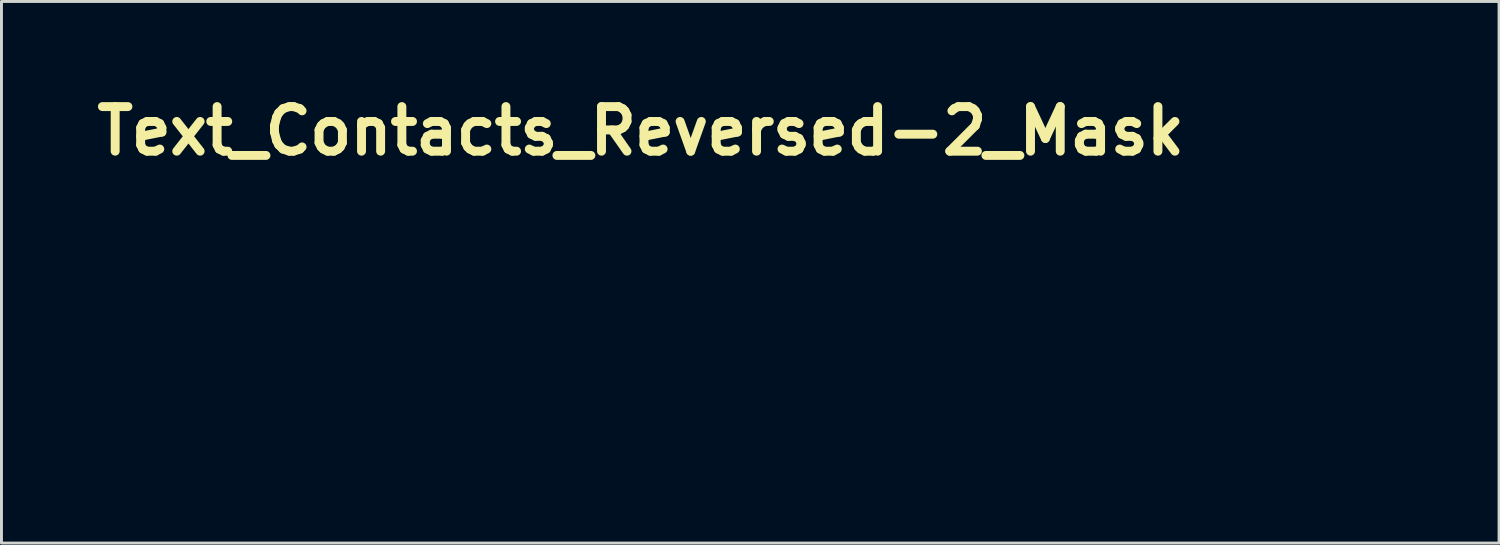
<source format=kicad_pcb>
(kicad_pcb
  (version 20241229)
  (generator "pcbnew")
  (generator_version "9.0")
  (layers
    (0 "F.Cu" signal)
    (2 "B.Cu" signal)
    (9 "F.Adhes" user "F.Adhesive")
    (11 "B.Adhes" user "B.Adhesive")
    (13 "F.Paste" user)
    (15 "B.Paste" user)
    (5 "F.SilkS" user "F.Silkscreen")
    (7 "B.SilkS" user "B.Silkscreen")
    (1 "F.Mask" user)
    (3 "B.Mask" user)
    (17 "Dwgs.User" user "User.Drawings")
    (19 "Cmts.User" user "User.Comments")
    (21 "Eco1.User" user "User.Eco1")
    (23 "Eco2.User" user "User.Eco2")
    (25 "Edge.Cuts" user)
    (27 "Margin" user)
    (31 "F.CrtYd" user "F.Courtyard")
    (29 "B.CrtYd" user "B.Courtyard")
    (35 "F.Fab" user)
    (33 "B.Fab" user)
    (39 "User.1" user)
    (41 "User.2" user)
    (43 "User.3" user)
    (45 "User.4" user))
  (footprint "Text_Contacts_Reversed-2_Mask"
    (layer "F.Cu")
    (at 18.847 11.959)
    (property "Reference" "Text_Contacts_Reversed-2_Mask" (at 0 -10.532 0) (layer "F.SilkS") (effects (font (size 1.524 1.524) (thickness 0.305))))
    (attr smd)
    (fp_poly (pts (xy 13.338 -3.623) (xy 12.713 -3.623) (xy 12.708 -3.641) (xy 12.705 -3.661) (xy 12.703 -3.685) (xy 12.702 -3.712) (xy 12.703 -3.74) (xy 12.705 -3.765) (xy 12.708 -3.789) (xy 12.713 -3.81) (xy 13.338 -3.81) (xy 13.342 -3.788) (xy 13.344 -3.764) (xy 13.346 -3.739) (xy 13.346 -3.712) (xy 13.346 -3.686) (xy 13.344 -3.663) (xy 13.342 -3.642) (xy 13.338 -3.623)) (stroke (width 0) (type solid)) (fill yes) (layer "F.Mask"))
    (fp_poly (pts (xy 17.123 -3.623) (xy 16.498 -3.623) (xy 16.493 -3.641) (xy 16.49 -3.661) (xy 16.488 -3.685) (xy 16.487 -3.712) (xy 16.488 -3.74) (xy 16.49 -3.765) (xy 16.493 -3.789) (xy 16.498 -3.81) (xy 17.123 -3.81) (xy 17.126 -3.788) (xy 17.129 -3.764) (xy 17.13 -3.739) (xy 17.131 -3.712) (xy 17.13 -3.686) (xy 17.129 -3.663) (xy 17.126 -3.642) (xy 17.123 -3.623)) (stroke (width 0) (type solid)) (fill yes) (layer "F.Mask"))
    (fp_poly (pts (xy 0.473 -3.876) (xy 0.47 -3.979) (xy 0.47 -4.37) (xy 0.492 -4.375) (xy 0.516 -4.378) (xy 0.543 -4.38) (xy 0.573 -4.381) (xy 0.603 -4.38) (xy 0.629 -4.378) (xy 0.652 -4.375) (xy 0.671 -4.37) (xy 0.671 -3.979) (xy 0.671 -3.972) (xy 0.671 -3.953) (xy 0.67 -3.921) (xy 0.668 -3.876) (xy 0.769 -3.878) (xy 1.131 -3.878) (xy 1.135 -3.85) (xy 1.139 -3.823) (xy 1.141 -3.799) (xy 1.141 -3.778) (xy 1.141 -3.758) (xy 1.139 -3.737) (xy 1.135 -3.715) (xy 1.131 -3.691) (xy 0.769 -3.691) (xy 0.668 -3.693) (xy 0.671 -3.59) (xy 0.671 -3.199) (xy 0.652 -3.194) (xy 0.629 -3.191) (xy 0.603 -3.189) (xy 0.573 -3.188) (xy 0.543 -3.189) (xy 0.516 -3.191) (xy 0.492 -3.194) (xy 0.47 -3.199) (xy 0.47 -3.59) (xy 0.473 -3.693) (xy 0.372 -3.691) (xy 0.011 -3.691) (xy 0.006 -3.709) (xy 0.003 -3.73) (xy 0.001 -3.755) (xy -0.000078 -3.783) (xy 0.001 -3.811) (xy 0.003 -3.837) (xy 0.006 -3.859) (xy 0.011 -3.878) (xy 0.372 -3.878) (xy 0.473 -3.876)) (stroke (width 0) (type solid)) (fill yes) (layer "F.Mask"))
    (fp_poly (pts (xy 21.215 -0.043) (xy 21.207 -0.06) (xy 21.201 -0.08) (xy 21.196 -0.104) (xy 21.194 -0.131) (xy 21.193 -0.162) (xy 21.194 -0.189) (xy 21.196 -0.213) (xy 21.199 -0.233) (xy 21.204 -0.249) (xy 21.214 -0.269) (xy 21.226 -0.284) (xy 21.239 -0.295) (xy 21.256 -0.303) (xy 21.274 -0.308) (xy 21.294 -0.309) (xy 21.314 -0.311) (xy 21.336 -0.312) (xy 21.359 -0.312) (xy 21.381 -0.312) (xy 21.402 -0.311) (xy 21.421 -0.309) (xy 21.44 -0.307) (xy 21.458 -0.302) (xy 21.473 -0.293) (xy 21.486 -0.282) (xy 21.497 -0.267) (xy 21.506 -0.249) (xy 21.512 -0.233) (xy 21.516 -0.213) (xy 21.518 -0.189) (xy 21.519 -0.162) (xy 21.519 -0.138) (xy 21.517 -0.116) (xy 21.515 -0.097) (xy 21.511 -0.081) (xy 21.504 -0.063) (xy 21.495 -0.048) (xy 21.484 -0.037) (xy 21.47 -0.029) (xy 21.454 -0.024) (xy 21.435 -0.021) (xy 21.413 -0.018) (xy 21.389 -0.016) (xy 21.362 -0.016) (xy 21.331 -0.016) (xy 21.303 -0.019) (xy 21.277 -0.022) (xy 21.254 -0.028) (xy 21.233 -0.034) (xy 21.215 -0.043) (xy 21.215 -0.043)) (stroke (width 0) (type solid)) (fill yes) (layer "F.Mask"))
    (fp_poly (pts (xy 14.636 -1.366) (xy 14.651 -1.372) (xy 14.67 -1.376) (xy 14.692 -1.379) (xy 14.717 -1.38) (xy 14.737 -1.379) (xy 14.756 -1.377) (xy 14.775 -1.374) (xy 14.8 -1.37) (xy 14.821 -1.361) (xy 14.829 -1.345) (xy 14.446 -0.741) (xy 14.889 -0.064) (xy 14.865 -0.05) (xy 14.841 -0.037) (xy 14.818 -0.028) (xy 14.796 -0.021) (xy 14.774 -0.017) (xy 14.753 -0.016) (xy 14.732 -0.017) (xy 14.712 -0.022) (xy 14.694 -0.031) (xy 14.677 -0.042) (xy 14.661 -0.057) (xy 14.647 -0.075) (xy 14.323 -0.575) (xy 13.984 -0.032) (xy 13.968 -0.027) (xy 13.948 -0.024) (xy 13.927 -0.022) (xy 13.902 -0.021) (xy 13.882 -0.022) (xy 13.863 -0.023) (xy 13.845 -0.026) (xy 13.819 -0.031) (xy 13.796 -0.04) (xy 13.788 -0.056) (xy 14.22 -0.733) (xy 13.826 -1.342) (xy 13.849 -1.357) (xy 13.871 -1.369) (xy 13.893 -1.379) (xy 13.914 -1.385) (xy 13.935 -1.389) (xy 13.956 -1.391) (xy 13.979 -1.389) (xy 14 -1.384) (xy 14.019 -1.375) (xy 14.036 -1.363) (xy 14.052 -1.347) (xy 14.065 -1.328) (xy 14.345 -0.896) (xy 14.636 -1.366)) (stroke (width 0) (type solid)) (fill yes) (layer "F.Mask"))
    (fp_poly (pts (xy 10.008 -1.369) (xy 10.012 -1.349) (xy 10.014 -1.329) (xy 10.016 -1.309) (xy 10.016 -1.29) (xy 10.015 -1.266) (xy 10.013 -1.241) (xy 10.008 -1.214) (xy 9.663 -1.217) (xy 9.663 -0.304) (xy 9.664 -0.28) (xy 9.668 -0.259) (xy 9.675 -0.24) (xy 9.684 -0.225) (xy 9.696 -0.212) (xy 9.71 -0.202) (xy 9.727 -0.195) (xy 9.747 -0.191) (xy 9.769 -0.19) (xy 9.975 -0.19) (xy 9.984 -0.166) (xy 9.99 -0.143) (xy 9.993 -0.12) (xy 9.994 -0.097) (xy 9.994 -0.07) (xy 9.992 -0.051) (xy 9.989 -0.04) (xy 9.964 -0.037) (xy 9.939 -0.034) (xy 9.913 -0.032) (xy 9.888 -0.03) (xy 9.862 -0.028) (xy 9.836 -0.026) (xy 9.81 -0.025) (xy 9.784 -0.024) (xy 9.757 -0.024) (xy 9.731 -0.024) (xy 9.704 -0.024) (xy 9.678 -0.026) (xy 9.654 -0.029) (xy 9.631 -0.034) (xy 9.61 -0.039) (xy 9.591 -0.046) (xy 9.572 -0.054) (xy 9.555 -0.064) (xy 9.54 -0.074) (xy 9.526 -0.086) (xy 9.514 -0.099) (xy 9.503 -0.114) (xy 9.493 -0.129) (xy 9.485 -0.146) (xy 9.479 -0.164) (xy 9.474 -0.184) (xy 9.47 -0.204) (xy 9.468 -0.226) (xy 9.467 -0.249) (xy 9.467 -1.217) (xy 9.274 -1.214) (xy 9.27 -1.241) (xy 9.267 -1.266) (xy 9.266 -1.29) (xy 9.267 -1.309) (xy 9.268 -1.329) (xy 9.271 -1.349) (xy 9.274 -1.369) (xy 9.467 -1.366) (xy 9.467 -1.652) (xy 9.468 -1.679) (xy 9.471 -1.703) (xy 9.475 -1.724) (xy 9.481 -1.741) (xy 9.489 -1.755) (xy 9.502 -1.769) (xy 9.521 -1.779) (xy 9.544 -1.786) (xy 9.573 -1.788) (xy 9.647 -1.788) (xy 9.663 -1.771) (xy 9.663 -1.364) (xy 10.008 -1.369)) (stroke (width 0) (type solid)) (fill yes) (layer "F.Mask"))
    (fp_poly (pts (xy 11.611 -1.274) (xy 11.619 -1.297) (xy 11.63 -1.318) (xy 11.643 -1.338) (xy 11.659 -1.356) (xy 11.677 -1.373) (xy 11.698 -1.388) (xy 11.72 -1.379) (xy 11.74 -1.369) (xy 11.759 -1.358) (xy 11.777 -1.345) (xy 11.793 -1.331) (xy 11.809 -1.316) (xy 11.823 -1.299) (xy 11.837 -1.281) (xy 11.849 -1.262) (xy 11.86 -1.241) (xy 11.87 -1.22) (xy 11.879 -1.196) (xy 11.887 -1.172) (xy 11.894 -1.146) (xy 11.906 -1.169) (xy 11.918 -1.192) (xy 11.931 -1.213) (xy 11.944 -1.232) (xy 11.959 -1.251) (xy 11.974 -1.268) (xy 11.989 -1.284) (xy 12.006 -1.299) (xy 12.023 -1.313) (xy 12.041 -1.326) (xy 12.059 -1.337) (xy 12.079 -1.347) (xy 12.099 -1.356) (xy 12.119 -1.364) (xy 12.141 -1.37) (xy 12.163 -1.376) (xy 12.186 -1.38) (xy 12.209 -1.383) (xy 12.233 -1.385) (xy 12.258 -1.385) (xy 12.282 -1.385) (xy 12.306 -1.384) (xy 12.331 -1.381) (xy 12.357 -1.378) (xy 12.383 -1.374) (xy 12.383 -1.346) (xy 12.38 -1.319) (xy 12.377 -1.293) (xy 12.372 -1.268) (xy 12.365 -1.245) (xy 12.357 -1.224) (xy 12.348 -1.203) (xy 12.337 -1.184) (xy 12.319 -1.185) (xy 12.297 -1.186) (xy 12.271 -1.187) (xy 12.242 -1.187) (xy 12.219 -1.186) (xy 12.197 -1.184) (xy 12.175 -1.181) (xy 12.154 -1.176) (xy 12.134 -1.17) (xy 12.114 -1.162) (xy 12.095 -1.153) (xy 12.076 -1.143) (xy 12.058 -1.131) (xy 12.04 -1.118) (xy 12.024 -1.104) (xy 12.007 -1.088) (xy 11.992 -1.071) (xy 11.977 -1.053) (xy 11.962 -1.033) (xy 11.948 -1.012) (xy 11.935 -0.989) (xy 11.922 -0.965) (xy 11.91 -0.94) (xy 11.91 -0.035) (xy 11.889 -0.031) (xy 11.865 -0.028) (xy 11.839 -0.027) (xy 11.81 -0.026) (xy 11.781 -0.027) (xy 11.755 -0.028) (xy 11.731 -0.031) (xy 11.709 -0.035) (xy 11.709 -0.997) (xy 11.709 -1.025) (xy 11.707 -1.051) (xy 11.704 -1.077) (xy 11.7 -1.102) (xy 11.695 -1.125) (xy 11.688 -1.148) (xy 11.681 -1.169) (xy 11.672 -1.189) (xy 11.662 -1.208) (xy 11.651 -1.226) (xy 11.639 -1.243) (xy 11.626 -1.259) (xy 11.611 -1.274) (xy 11.611 -1.274)) (stroke (width 0) (type solid)) (fill yes) (layer "F.Mask"))
    (fp_poly (pts (xy 16.543 -1.274) (xy 16.55 -1.297) (xy 16.561 -1.318) (xy 16.574 -1.338) (xy 16.59 -1.356) (xy 16.608 -1.373) (xy 16.63 -1.388) (xy 16.651 -1.379) (xy 16.671 -1.369) (xy 16.69 -1.358) (xy 16.708 -1.345) (xy 16.725 -1.331) (xy 16.74 -1.316) (xy 16.755 -1.299) (xy 16.768 -1.281) (xy 16.78 -1.262) (xy 16.792 -1.241) (xy 16.802 -1.22) (xy 16.811 -1.196) (xy 16.819 -1.172) (xy 16.825 -1.146) (xy 16.837 -1.169) (xy 16.849 -1.192) (xy 16.862 -1.213) (xy 16.876 -1.232) (xy 16.89 -1.251) (xy 16.905 -1.268) (xy 16.921 -1.284) (xy 16.937 -1.299) (xy 16.954 -1.313) (xy 16.972 -1.326) (xy 16.991 -1.337) (xy 17.01 -1.347) (xy 17.03 -1.356) (xy 17.051 -1.364) (xy 17.072 -1.37) (xy 17.094 -1.376) (xy 17.117 -1.38) (xy 17.14 -1.383) (xy 17.165 -1.385) (xy 17.19 -1.385) (xy 17.213 -1.385) (xy 17.237 -1.384) (xy 17.262 -1.381) (xy 17.288 -1.378) (xy 17.315 -1.374) (xy 17.314 -1.346) (xy 17.312 -1.319) (xy 17.308 -1.293) (xy 17.303 -1.268) (xy 17.297 -1.245) (xy 17.289 -1.224) (xy 17.279 -1.203) (xy 17.268 -1.184) (xy 17.25 -1.185) (xy 17.228 -1.186) (xy 17.203 -1.187) (xy 17.173 -1.187) (xy 17.15 -1.186) (xy 17.128 -1.184) (xy 17.106 -1.181) (xy 17.085 -1.176) (xy 17.065 -1.17) (xy 17.045 -1.162) (xy 17.026 -1.153) (xy 17.007 -1.143) (xy 16.989 -1.131) (xy 16.972 -1.118) (xy 16.955 -1.104) (xy 16.939 -1.088) (xy 16.923 -1.071) (xy 16.908 -1.053) (xy 16.893 -1.033) (xy 16.88 -1.012) (xy 16.866 -0.989) (xy 16.854 -0.965) (xy 16.842 -0.94) (xy 16.842 -0.035) (xy 16.82 -0.031) (xy 16.796 -0.028) (xy 16.77 -0.027) (xy 16.741 -0.026) (xy 16.712 -0.027) (xy 16.686 -0.028) (xy 16.662 -0.031) (xy 16.641 -0.035) (xy 16.641 -0.997) (xy 16.64 -1.025) (xy 16.638 -1.051) (xy 16.635 -1.077) (xy 16.631 -1.102) (xy 16.626 -1.125) (xy 16.62 -1.148) (xy 16.612 -1.169) (xy 16.604 -1.189) (xy 16.594 -1.208) (xy 16.583 -1.226) (xy 16.571 -1.243) (xy 16.557 -1.259) (xy 16.543 -1.274) (xy 16.543 -1.274)) (stroke (width 0) (type solid)) (fill yes) (layer "F.Mask"))
    (fp_poly (pts (xy 5.467 -3.166) (xy 5.464 -3.337) (xy 5.464 -4.104) (xy 5.464 -4.106) (xy 5.464 -4.113) (xy 5.465 -4.123) (xy 5.465 -4.137) (xy 5.465 -4.155) (xy 5.466 -4.177) (xy 5.467 -4.203) (xy 5.467 -4.233) (xy 5.468 -4.267) (xy 5.469 -4.304) (xy 5.47 -4.346) (xy 5.471 -4.391) (xy 5.472 -4.441) (xy 5.458 -4.421) (xy 5.442 -4.402) (xy 5.427 -4.384) (xy 5.411 -4.366) (xy 5.394 -4.348) (xy 5.377 -4.331) (xy 5.359 -4.314) (xy 5.341 -4.298) (xy 5.323 -4.282) (xy 5.304 -4.266) (xy 5.285 -4.251) (xy 5.265 -4.237) (xy 5.244 -4.223) (xy 5.223 -4.209) (xy 5.202 -4.196) (xy 5.18 -4.183) (xy 5.158 -4.171) (xy 5.136 -4.159) (xy 5.112 -4.147) (xy 5.089 -4.136) (xy 5.065 -4.126) (xy 5.046 -4.139) (xy 5.028 -4.155) (xy 5.014 -4.171) (xy 5.001 -4.189) (xy 4.99 -4.208) (xy 4.981 -4.229) (xy 4.975 -4.251) (xy 4.998 -4.265) (xy 5.02 -4.279) (xy 5.042 -4.293) (xy 5.064 -4.308) (xy 5.085 -4.323) (xy 5.106 -4.338) (xy 5.126 -4.353) (xy 5.146 -4.369) (xy 5.166 -4.385) (xy 5.185 -4.4) (xy 5.203 -4.417) (xy 5.222 -4.433) (xy 5.239 -4.45) (xy 5.257 -4.466) (xy 5.274 -4.483) (xy 5.29 -4.501) (xy 5.31 -4.522) (xy 5.329 -4.543) (xy 5.347 -4.563) (xy 5.364 -4.584) (xy 5.38 -4.604) (xy 5.395 -4.624) (xy 5.409 -4.644) (xy 5.422 -4.663) (xy 5.434 -4.682) (xy 5.445 -4.701) (xy 5.455 -4.72) (xy 5.464 -4.738) (xy 5.472 -4.756) (xy 5.495 -4.761) (xy 5.518 -4.764) (xy 5.542 -4.766) (xy 5.567 -4.767) (xy 5.594 -4.766) (xy 5.619 -4.764) (xy 5.643 -4.761) (xy 5.665 -4.756) (xy 5.665 -3.337) (xy 5.663 -3.166) (xy 5.809 -3.169) (xy 6.019 -3.169) (xy 6.022 -3.146) (xy 6.025 -3.123) (xy 6.026 -3.101) (xy 6.027 -3.079) (xy 6.026 -3.059) (xy 6.025 -3.038) (xy 6.022 -3.017) (xy 6.019 -2.995) (xy 5.056 -2.995) (xy 5.053 -3.017) (xy 5.05 -3.038) (xy 5.049 -3.06) (xy 5.048 -3.082) (xy 5.049 -3.104) (xy 5.05 -3.125) (xy 5.053 -3.147) (xy 5.056 -3.169) (xy 5.32 -3.169) (xy 5.467 -3.166)) (stroke (width 0) (type solid)) (fill yes) (layer "F.Mask"))
    (fp_poly (pts (xy 11.826 -3.166) (xy 11.823 -3.337) (xy 11.823 -4.104) (xy 11.823 -4.106) (xy 11.824 -4.113) (xy 11.824 -4.123) (xy 11.824 -4.137) (xy 11.825 -4.155) (xy 11.825 -4.177) (xy 11.826 -4.203) (xy 11.826 -4.233) (xy 11.827 -4.267) (xy 11.828 -4.304) (xy 11.829 -4.346) (xy 11.83 -4.391) (xy 11.832 -4.441) (xy 11.817 -4.421) (xy 11.802 -4.402) (xy 11.786 -4.384) (xy 11.77 -4.366) (xy 11.753 -4.348) (xy 11.736 -4.331) (xy 11.719 -4.314) (xy 11.701 -4.298) (xy 11.682 -4.282) (xy 11.663 -4.266) (xy 11.644 -4.251) (xy 11.624 -4.237) (xy 11.604 -4.223) (xy 11.583 -4.209) (xy 11.561 -4.196) (xy 11.54 -4.183) (xy 11.517 -4.171) (xy 11.495 -4.159) (xy 11.472 -4.147) (xy 11.448 -4.136) (xy 11.424 -4.126) (xy 11.405 -4.139) (xy 11.388 -4.155) (xy 11.373 -4.171) (xy 11.36 -4.189) (xy 11.349 -4.208) (xy 11.341 -4.229) (xy 11.334 -4.251) (xy 11.357 -4.265) (xy 11.38 -4.279) (xy 11.402 -4.293) (xy 11.423 -4.308) (xy 11.444 -4.323) (xy 11.465 -4.338) (xy 11.486 -4.353) (xy 11.505 -4.369) (xy 11.525 -4.385) (xy 11.544 -4.4) (xy 11.563 -4.417) (xy 11.581 -4.433) (xy 11.599 -4.45) (xy 11.616 -4.466) (xy 11.633 -4.483) (xy 11.649 -4.501) (xy 11.669 -4.522) (xy 11.688 -4.543) (xy 11.706 -4.563) (xy 11.723 -4.584) (xy 11.739 -4.604) (xy 11.754 -4.624) (xy 11.768 -4.644) (xy 11.781 -4.663) (xy 11.793 -4.682) (xy 11.804 -4.701) (xy 11.815 -4.72) (xy 11.824 -4.738) (xy 11.832 -4.756) (xy 11.854 -4.761) (xy 11.877 -4.764) (xy 11.901 -4.766) (xy 11.927 -4.767) (xy 11.953 -4.766) (xy 11.978 -4.764) (xy 12.002 -4.761) (xy 12.025 -4.756) (xy 12.025 -3.337) (xy 12.022 -3.166) (xy 12.169 -3.169) (xy 12.378 -3.169) (xy 12.381 -3.146) (xy 12.384 -3.123) (xy 12.385 -3.101) (xy 12.386 -3.079) (xy 12.385 -3.059) (xy 12.384 -3.038) (xy 12.381 -3.017) (xy 12.378 -2.995) (xy 11.416 -2.995) (xy 11.412 -3.017) (xy 11.41 -3.038) (xy 11.408 -3.06) (xy 11.408 -3.082) (xy 11.408 -3.104) (xy 11.41 -3.125) (xy 11.412 -3.147) (xy 11.416 -3.169) (xy 11.679 -3.169) (xy 11.826 -3.166)) (stroke (width 0) (type solid)) (fill yes) (layer "F.Mask"))
    (fp_poly (pts (xy 2.268 -0.521) (xy 2.374 -0.282) (xy 2.388 -0.251) (xy 2.402 -0.222) (xy 2.416 -0.196) (xy 2.429 -0.172) (xy 2.442 -0.151) (xy 2.455 -0.132) (xy 2.468 -0.115) (xy 2.48 -0.1) (xy 2.493 -0.088) (xy 2.505 -0.078) (xy 2.489 -0.06) (xy 2.472 -0.045) (xy 2.453 -0.033) (xy 2.432 -0.025) (xy 2.409 -0.02) (xy 2.385 -0.018) (xy 2.356 -0.02) (xy 2.331 -0.023) (xy 2.309 -0.03) (xy 2.291 -0.039) (xy 2.276 -0.051) (xy 2.264 -0.066) (xy 2.252 -0.084) (xy 2.239 -0.106) (xy 2.227 -0.131) (xy 2.214 -0.16) (xy 2.089 -0.442) (xy 2.076 -0.471) (xy 2.063 -0.497) (xy 2.05 -0.521) (xy 2.036 -0.542) (xy 2.023 -0.561) (xy 2.01 -0.577) (xy 1.996 -0.591) (xy 1.983 -0.603) (xy 1.964 -0.615) (xy 1.943 -0.625) (xy 1.92 -0.633) (xy 1.895 -0.639) (xy 1.868 -0.642) (xy 1.839 -0.643) (xy 1.813 -0.643) (xy 1.788 -0.642) (xy 1.764 -0.641) (xy 1.74 -0.64) (xy 1.716 -0.638) (xy 1.693 -0.635) (xy 1.67 -0.632) (xy 1.67 -0.035) (xy 1.649 -0.031) (xy 1.625 -0.028) (xy 1.598 -0.027) (xy 1.57 -0.026) (xy 1.542 -0.027) (xy 1.517 -0.028) (xy 1.493 -0.031) (xy 1.472 -0.035) (xy 1.472 -2.016) (xy 1.488 -2.032) (xy 1.562 -2.032) (xy 1.591 -2.03) (xy 1.616 -2.024) (xy 1.635 -2.014) (xy 1.648 -2) (xy 1.656 -1.986) (xy 1.662 -1.969) (xy 1.667 -1.948) (xy 1.669 -1.924) (xy 1.67 -1.896) (xy 1.67 -0.804) (xy 1.787 -0.809) (xy 1.805 -0.812) (xy 1.822 -0.819) (xy 1.837 -0.831) (xy 1.85 -0.847) (xy 2.14 -1.277) (xy 2.158 -1.302) (xy 2.174 -1.323) (xy 2.19 -1.34) (xy 2.206 -1.353) (xy 2.221 -1.363) (xy 2.238 -1.371) (xy 2.257 -1.376) (xy 2.276 -1.377) (xy 2.294 -1.377) (xy 2.315 -1.376) (xy 2.338 -1.375) (xy 2.364 -1.374) (xy 2.393 -1.372) (xy 2.409 -1.35) (xy 2.064 -0.847) (xy 2.047 -0.823) (xy 2.03 -0.802) (xy 2.014 -0.785) (xy 1.999 -0.771) (xy 2.025 -0.765) (xy 2.049 -0.757) (xy 2.073 -0.747) (xy 2.095 -0.736) (xy 2.116 -0.723) (xy 2.136 -0.709) (xy 2.154 -0.692) (xy 2.169 -0.677) (xy 2.185 -0.66) (xy 2.199 -0.641) (xy 2.214 -0.621) (xy 2.228 -0.599) (xy 2.242 -0.575) (xy 2.255 -0.549) (xy 2.268 -0.521)) (stroke (width 0) (type solid)) (fill yes) (layer "F.Mask"))
    (fp_poly (pts (xy 1.493 -4.756) (xy 2.545 -4.756) (xy 2.557 -4.732) (xy 2.567 -4.71) (xy 2.575 -4.688) (xy 2.581 -4.668) (xy 2.584 -4.649) (xy 2.585 -4.631) (xy 2.584 -4.611) (xy 2.58 -4.591) (xy 2.573 -4.57) (xy 2.563 -4.549) (xy 2.55 -4.528) (xy 2.466 -4.405) (xy 2.45 -4.381) (xy 2.434 -4.356) (xy 2.418 -4.332) (xy 2.403 -4.308) (xy 2.388 -4.284) (xy 2.373 -4.26) (xy 2.358 -4.236) (xy 2.344 -4.212) (xy 2.33 -4.189) (xy 2.316 -4.166) (xy 2.303 -4.142) (xy 2.29 -4.119) (xy 2.277 -4.096) (xy 2.264 -4.073) (xy 2.252 -4.05) (xy 2.239 -4.028) (xy 2.228 -4.005) (xy 2.216 -3.983) (xy 2.205 -3.961) (xy 2.194 -3.939) (xy 2.183 -3.917) (xy 2.172 -3.895) (xy 2.162 -3.873) (xy 2.152 -3.852) (xy 2.143 -3.83) (xy 2.133 -3.809) (xy 2.124 -3.788) (xy 2.115 -3.767) (xy 2.107 -3.746) (xy 2.098 -3.724) (xy 2.09 -3.703) (xy 2.083 -3.681) (xy 2.075 -3.659) (xy 2.068 -3.636) (xy 2.06 -3.614) (xy 2.053 -3.591) (xy 2.046 -3.567) (xy 2.04 -3.544) (xy 2.033 -3.52) (xy 2.027 -3.496) (xy 2.021 -3.472) (xy 2.015 -3.447) (xy 2.01 -3.423) (xy 2.004 -3.398) (xy 1.999 -3.372) (xy 1.994 -3.347) (xy 1.989 -3.321) (xy 1.985 -3.295) (xy 1.98 -3.268) (xy 1.976 -3.242) (xy 1.972 -3.215) (xy 1.968 -3.188) (xy 1.964 -3.16) (xy 1.961 -3.133) (xy 1.958 -3.105) (xy 1.955 -3.076) (xy 1.947 -2.995) (xy 1.929 -2.991) (xy 1.909 -2.988) (xy 1.887 -2.986) (xy 1.862 -2.985) (xy 1.835 -2.984) (xy 1.808 -2.985) (xy 1.784 -2.986) (xy 1.763 -2.988) (xy 1.745 -2.991) (xy 1.729 -2.995) (xy 1.74 -3.098) (xy 1.743 -3.123) (xy 1.746 -3.148) (xy 1.749 -3.172) (xy 1.753 -3.197) (xy 1.756 -3.221) (xy 1.76 -3.246) (xy 1.765 -3.27) (xy 1.769 -3.295) (xy 1.774 -3.319) (xy 1.779 -3.343) (xy 1.784 -3.368) (xy 1.789 -3.392) (xy 1.795 -3.416) (xy 1.801 -3.44) (xy 1.807 -3.464) (xy 1.813 -3.488) (xy 1.82 -3.513) (xy 1.827 -3.537) (xy 1.834 -3.561) (xy 1.841 -3.584) (xy 1.849 -3.608) (xy 1.856 -3.632) (xy 1.864 -3.656) (xy 1.873 -3.68) (xy 1.881 -3.703) (xy 1.89 -3.727) (xy 1.899 -3.751) (xy 1.908 -3.774) (xy 1.918 -3.798) (xy 1.927 -3.821) (xy 1.937 -3.845) (xy 1.947 -3.868) (xy 1.958 -3.892) (xy 1.968 -3.915) (xy 1.979 -3.938) (xy 1.99 -3.962) (xy 2.002 -3.985) (xy 2.013 -4.008) (xy 2.025 -4.031) (xy 2.037 -4.054) (xy 2.049 -4.077) (xy 2.062 -4.1) (xy 2.075 -4.123) (xy 2.088 -4.146) (xy 2.101 -4.169) (xy 2.115 -4.192) (xy 2.128 -4.215) (xy 2.142 -4.238) (xy 2.157 -4.261) (xy 2.171 -4.283) (xy 2.186 -4.306) (xy 2.201 -4.329) (xy 2.216 -4.351) (xy 2.243 -4.392) (xy 2.251 -4.404) (xy 2.261 -4.418) (xy 2.272 -4.433) (xy 2.284 -4.45) (xy 2.297 -4.469) (xy 2.312 -4.489) (xy 2.328 -4.51) (xy 2.346 -4.534) (xy 2.364 -4.558) (xy 2.384 -4.585) (xy 2.376 -4.593) (xy 2.366 -4.591) (xy 2.354 -4.589) (xy 2.34 -4.587) (xy 2.324 -4.585) (xy 2.307 -4.583) (xy 2.287 -4.582) (xy 2.265 -4.581) (xy 2.241 -4.579) (xy 2.216 -4.578) (xy 2.188 -4.577) (xy 2.158 -4.576) (xy 2.126 -4.576) (xy 2.093 -4.575) (xy 2.057 -4.575) (xy 2.02 -4.574) (xy 1.98 -4.574) (xy 1.939 -4.574) (xy 1.485 -4.574) (xy 1.481 -4.592) (xy 1.479 -4.612) (xy 1.477 -4.633) (xy 1.476 -4.656) (xy 1.478 -4.679) (xy 1.481 -4.704) (xy 1.486 -4.729) (xy 1.493 -4.756) (xy 1.493 -4.756)) (stroke (width 0) (type solid)) (fill yes) (layer "F.Mask"))
    (fp_poly (pts (xy 13.68 -4.756) (xy 14.732 -4.756) (xy 14.745 -4.732) (xy 14.755 -4.71) (xy 14.763 -4.688) (xy 14.768 -4.668) (xy 14.772 -4.649) (xy 14.773 -4.631) (xy 14.772 -4.611) (xy 14.767 -4.591) (xy 14.76 -4.57) (xy 14.75 -4.549) (xy 14.738 -4.528) (xy 14.653 -4.405) (xy 14.637 -4.381) (xy 14.621 -4.356) (xy 14.606 -4.332) (xy 14.59 -4.308) (xy 14.575 -4.284) (xy 14.56 -4.26) (xy 14.546 -4.236) (xy 14.532 -4.212) (xy 14.518 -4.189) (xy 14.504 -4.166) (xy 14.49 -4.142) (xy 14.477 -4.119) (xy 14.464 -4.096) (xy 14.452 -4.073) (xy 14.439 -4.05) (xy 14.427 -4.028) (xy 14.415 -4.005) (xy 14.404 -3.983) (xy 14.392 -3.961) (xy 14.381 -3.939) (xy 14.371 -3.917) (xy 14.36 -3.895) (xy 14.35 -3.873) (xy 14.34 -3.852) (xy 14.33 -3.83) (xy 14.321 -3.809) (xy 14.312 -3.788) (xy 14.303 -3.767) (xy 14.294 -3.746) (xy 14.286 -3.724) (xy 14.278 -3.703) (xy 14.27 -3.681) (xy 14.263 -3.659) (xy 14.255 -3.636) (xy 14.248 -3.614) (xy 14.241 -3.591) (xy 14.234 -3.567) (xy 14.227 -3.544) (xy 14.221 -3.52) (xy 14.215 -3.496) (xy 14.209 -3.472) (xy 14.203 -3.447) (xy 14.197 -3.423) (xy 14.192 -3.398) (xy 14.187 -3.372) (xy 14.182 -3.347) (xy 14.177 -3.321) (xy 14.172 -3.295) (xy 14.168 -3.268) (xy 14.164 -3.242) (xy 14.16 -3.215) (xy 14.156 -3.188) (xy 14.152 -3.16) (xy 14.149 -3.133) (xy 14.145 -3.105) (xy 14.142 -3.076) (xy 14.134 -2.995) (xy 14.117 -2.991) (xy 14.097 -2.988) (xy 14.075 -2.986) (xy 14.05 -2.985) (xy 14.023 -2.984) (xy 13.996 -2.985) (xy 13.972 -2.986) (xy 13.951 -2.988) (xy 13.932 -2.991) (xy 13.917 -2.995) (xy 13.928 -3.098) (xy 13.931 -3.123) (xy 13.934 -3.148) (xy 13.937 -3.172) (xy 13.94 -3.197) (xy 13.944 -3.221) (xy 13.948 -3.246) (xy 13.952 -3.27) (xy 13.957 -3.295) (xy 13.961 -3.319) (xy 13.966 -3.343) (xy 13.971 -3.368) (xy 13.977 -3.392) (xy 13.983 -3.416) (xy 13.988 -3.44) (xy 13.995 -3.464) (xy 14.001 -3.488) (xy 14.007 -3.513) (xy 14.014 -3.537) (xy 14.021 -3.561) (xy 14.029 -3.584) (xy 14.036 -3.608) (xy 14.044 -3.632) (xy 14.052 -3.656) (xy 14.06 -3.68) (xy 14.069 -3.703) (xy 14.078 -3.727) (xy 14.087 -3.751) (xy 14.096 -3.774) (xy 14.105 -3.798) (xy 14.115 -3.821) (xy 14.125 -3.845) (xy 14.135 -3.868) (xy 14.145 -3.892) (xy 14.156 -3.915) (xy 14.167 -3.938) (xy 14.178 -3.962) (xy 14.189 -3.985) (xy 14.201 -4.008) (xy 14.213 -4.031) (xy 14.225 -4.054) (xy 14.237 -4.077) (xy 14.25 -4.1) (xy 14.262 -4.123) (xy 14.275 -4.146) (xy 14.289 -4.169) (xy 14.302 -4.192) (xy 14.316 -4.215) (xy 14.33 -4.238) (xy 14.344 -4.261) (xy 14.359 -4.283) (xy 14.373 -4.306) (xy 14.388 -4.329) (xy 14.403 -4.351) (xy 14.431 -4.392) (xy 14.439 -4.404) (xy 14.448 -4.418) (xy 14.459 -4.433) (xy 14.471 -4.45) (xy 14.485 -4.469) (xy 14.5 -4.489) (xy 14.516 -4.51) (xy 14.533 -4.534) (xy 14.552 -4.558) (xy 14.572 -4.585) (xy 14.564 -4.593) (xy 14.554 -4.591) (xy 14.542 -4.589) (xy 14.528 -4.587) (xy 14.512 -4.585) (xy 14.494 -4.583) (xy 14.474 -4.582) (xy 14.453 -4.581) (xy 14.429 -4.579) (xy 14.403 -4.578) (xy 14.375 -4.577) (xy 14.346 -4.576) (xy 14.314 -4.576) (xy 14.28 -4.575) (xy 14.245 -4.575) (xy 14.207 -4.574) (xy 14.168 -4.574) (xy 14.126 -4.574) (xy 13.672 -4.574) (xy 13.669 -4.592) (xy 13.666 -4.612) (xy 13.665 -4.633) (xy 13.664 -4.656) (xy 13.665 -4.679) (xy 13.668 -4.704) (xy 13.673 -4.729) (xy 13.68 -4.756) (xy 13.68 -4.756)) (stroke (width 0) (type solid)) (fill yes) (layer "F.Mask"))
    (fp_poly (pts (xy 15.119 -4.756) (xy 16.171 -4.756) (xy 16.183 -4.732) (xy 16.193 -4.71) (xy 16.201 -4.688) (xy 16.207 -4.668) (xy 16.21 -4.649) (xy 16.212 -4.631) (xy 16.21 -4.611) (xy 16.206 -4.591) (xy 16.199 -4.57) (xy 16.189 -4.549) (xy 16.176 -4.528) (xy 16.092 -4.405) (xy 16.076 -4.381) (xy 16.06 -4.356) (xy 16.044 -4.332) (xy 16.029 -4.308) (xy 16.014 -4.284) (xy 15.999 -4.26) (xy 15.984 -4.236) (xy 15.97 -4.212) (xy 15.956 -4.189) (xy 15.942 -4.166) (xy 15.929 -4.142) (xy 15.916 -4.119) (xy 15.903 -4.096) (xy 15.89 -4.073) (xy 15.878 -4.05) (xy 15.866 -4.028) (xy 15.854 -4.005) (xy 15.842 -3.983) (xy 15.831 -3.961) (xy 15.82 -3.939) (xy 15.809 -3.917) (xy 15.799 -3.895) (xy 15.788 -3.873) (xy 15.778 -3.852) (xy 15.769 -3.83) (xy 15.759 -3.809) (xy 15.75 -3.788) (xy 15.741 -3.767) (xy 15.733 -3.746) (xy 15.725 -3.724) (xy 15.717 -3.703) (xy 15.709 -3.681) (xy 15.701 -3.659) (xy 15.694 -3.636) (xy 15.686 -3.614) (xy 15.679 -3.591) (xy 15.673 -3.567) (xy 15.666 -3.544) (xy 15.66 -3.52) (xy 15.653 -3.496) (xy 15.647 -3.472) (xy 15.641 -3.447) (xy 15.636 -3.423) (xy 15.63 -3.398) (xy 15.625 -3.372) (xy 15.62 -3.347) (xy 15.615 -3.321) (xy 15.611 -3.295) (xy 15.606 -3.268) (xy 15.602 -3.242) (xy 15.598 -3.215) (xy 15.594 -3.188) (xy 15.591 -3.16) (xy 15.587 -3.133) (xy 15.584 -3.105) (xy 15.581 -3.076) (xy 15.573 -2.995) (xy 15.555 -2.991) (xy 15.535 -2.988) (xy 15.513 -2.986) (xy 15.488 -2.985) (xy 15.461 -2.984) (xy 15.435 -2.985) (xy 15.411 -2.986) (xy 15.389 -2.988) (xy 15.371 -2.991) (xy 15.355 -2.995) (xy 15.366 -3.098) (xy 15.369 -3.123) (xy 15.372 -3.148) (xy 15.375 -3.172) (xy 15.379 -3.197) (xy 15.383 -3.221) (xy 15.387 -3.246) (xy 15.391 -3.27) (xy 15.395 -3.295) (xy 15.4 -3.319) (xy 15.405 -3.343) (xy 15.41 -3.368) (xy 15.415 -3.392) (xy 15.421 -3.416) (xy 15.427 -3.44) (xy 15.433 -3.464) (xy 15.439 -3.488) (xy 15.446 -3.513) (xy 15.453 -3.537) (xy 15.46 -3.561) (xy 15.467 -3.584) (xy 15.475 -3.608) (xy 15.483 -3.632) (xy 15.491 -3.656) (xy 15.499 -3.68) (xy 15.507 -3.703) (xy 15.516 -3.727) (xy 15.525 -3.751) (xy 15.534 -3.774) (xy 15.544 -3.798) (xy 15.553 -3.821) (xy 15.563 -3.845) (xy 15.573 -3.868) (xy 15.584 -3.892) (xy 15.595 -3.915) (xy 15.605 -3.938) (xy 15.617 -3.962) (xy 15.628 -3.985) (xy 15.639 -4.008) (xy 15.651 -4.031) (xy 15.663 -4.054) (xy 15.676 -4.077) (xy 15.688 -4.1) (xy 15.701 -4.123) (xy 15.714 -4.146) (xy 15.727 -4.169) (xy 15.741 -4.192) (xy 15.755 -4.215) (xy 15.768 -4.238) (xy 15.783 -4.261) (xy 15.797 -4.283) (xy 15.812 -4.306) (xy 15.827 -4.329) (xy 15.842 -4.351) (xy 15.869 -4.392) (xy 15.877 -4.404) (xy 15.887 -4.418) (xy 15.898 -4.433) (xy 15.91 -4.45) (xy 15.923 -4.469) (xy 15.938 -4.489) (xy 15.954 -4.51) (xy 15.972 -4.534) (xy 15.99 -4.558) (xy 16.01 -4.585) (xy 16.002 -4.593) (xy 15.992 -4.591) (xy 15.98 -4.589) (xy 15.967 -4.587) (xy 15.951 -4.585) (xy 15.933 -4.583) (xy 15.913 -4.582) (xy 15.891 -4.581) (xy 15.867 -4.579) (xy 15.842 -4.578) (xy 15.814 -4.577) (xy 15.784 -4.576) (xy 15.753 -4.576) (xy 15.719 -4.575) (xy 15.683 -4.575) (xy 15.646 -4.574) (xy 15.606 -4.574) (xy 15.565 -4.574) (xy 15.111 -4.574) (xy 15.107 -4.592) (xy 15.105 -4.612) (xy 15.103 -4.633) (xy 15.103 -4.656) (xy 15.104 -4.679) (xy 15.107 -4.704) (xy 15.112 -4.729) (xy 15.119 -4.756) (xy 15.119 -4.756)) (stroke (width 0) (type solid)) (fill yes) (layer "F.Mask"))
    (fp_poly (pts (xy 25.352 -0.904) (xy 25.352 -0.936) (xy 25.351 -0.966) (xy 25.348 -0.994) (xy 25.345 -1.02) (xy 25.341 -1.044) (xy 25.337 -1.067) (xy 25.331 -1.087) (xy 25.324 -1.106) (xy 25.317 -1.123) (xy 25.309 -1.138) (xy 25.296 -1.157) (xy 25.281 -1.173) (xy 25.264 -1.186) (xy 25.244 -1.196) (xy 25.223 -1.203) (xy 25.199 -1.207) (xy 25.173 -1.209) (xy 25.15 -1.208) (xy 25.126 -1.205) (xy 25.102 -1.201) (xy 25.078 -1.194) (xy 25.054 -1.186) (xy 25.03 -1.177) (xy 25.005 -1.165) (xy 24.98 -1.152) (xy 24.959 -1.138) (xy 24.938 -1.124) (xy 24.918 -1.109) (xy 24.898 -1.093) (xy 24.88 -1.076) (xy 24.862 -1.057) (xy 24.844 -1.038) (xy 24.827 -1.018) (xy 24.811 -0.997) (xy 24.811 -0.035) (xy 24.79 -0.031) (xy 24.766 -0.028) (xy 24.74 -0.027) (xy 24.711 -0.026) (xy 24.682 -0.027) (xy 24.656 -0.028) (xy 24.632 -0.031) (xy 24.61 -0.035) (xy 24.61 -1.358) (xy 24.627 -1.377) (xy 24.703 -1.377) (xy 24.727 -1.376) (xy 24.748 -1.372) (xy 24.765 -1.364) (xy 24.779 -1.355) (xy 24.79 -1.342) (xy 24.797 -1.327) (xy 24.804 -1.309) (xy 24.808 -1.288) (xy 24.811 -1.264) (xy 24.811 -1.236) (xy 24.811 -1.195) (xy 24.83 -1.215) (xy 24.848 -1.234) (xy 24.867 -1.252) (xy 24.886 -1.269) (xy 24.905 -1.285) (xy 24.925 -1.299) (xy 24.945 -1.313) (xy 24.965 -1.325) (xy 24.986 -1.337) (xy 25.007 -1.347) (xy 25.028 -1.356) (xy 25.049 -1.364) (xy 25.071 -1.371) (xy 25.093 -1.377) (xy 25.116 -1.382) (xy 25.138 -1.386) (xy 25.161 -1.389) (xy 25.185 -1.39) (xy 25.208 -1.391) (xy 25.234 -1.39) (xy 25.259 -1.388) (xy 25.283 -1.384) (xy 25.306 -1.379) (xy 25.328 -1.373) (xy 25.35 -1.365) (xy 25.37 -1.356) (xy 25.389 -1.346) (xy 25.407 -1.334) (xy 25.424 -1.32) (xy 25.44 -1.305) (xy 25.455 -1.289) (xy 25.469 -1.272) (xy 25.482 -1.253) (xy 25.494 -1.232) (xy 25.505 -1.21) (xy 25.515 -1.187) (xy 25.538 -1.207) (xy 25.56 -1.226) (xy 25.582 -1.243) (xy 25.604 -1.26) (xy 25.626 -1.276) (xy 25.649 -1.291) (xy 25.671 -1.305) (xy 25.693 -1.317) (xy 25.715 -1.329) (xy 25.737 -1.34) (xy 25.759 -1.349) (xy 25.781 -1.358) (xy 25.803 -1.366) (xy 25.825 -1.372) (xy 25.847 -1.378) (xy 25.868 -1.383) (xy 25.89 -1.386) (xy 25.912 -1.389) (xy 25.934 -1.39) (xy 25.956 -1.391) (xy 25.984 -1.39) (xy 26.01 -1.388) (xy 26.036 -1.383) (xy 26.06 -1.378) (xy 26.083 -1.37) (xy 26.105 -1.362) (xy 26.126 -1.351) (xy 26.145 -1.339) (xy 26.164 -1.325) (xy 26.181 -1.31) (xy 26.196 -1.293) (xy 26.211 -1.274) (xy 26.224 -1.256) (xy 26.235 -1.237) (xy 26.245 -1.217) (xy 26.255 -1.197) (xy 26.263 -1.175) (xy 26.271 -1.153) (xy 26.277 -1.13) (xy 26.283 -1.106) (xy 26.287 -1.081) (xy 26.291 -1.055) (xy 26.293 -1.028) (xy 26.295 -1.001) (xy 26.295 -0.972) (xy 26.295 -0.293) (xy 26.296 -0.259) (xy 26.297 -0.228) (xy 26.299 -0.198) (xy 26.302 -0.171) (xy 26.305 -0.145) (xy 26.31 -0.121) (xy 26.315 -0.099) (xy 26.321 -0.08) (xy 26.328 -0.062) (xy 26.312 -0.048) (xy 26.293 -0.038) (xy 26.273 -0.029) (xy 26.251 -0.023) (xy 26.226 -0.019) (xy 26.2 -0.018) (xy 26.179 -0.02) (xy 26.159 -0.025) (xy 26.143 -0.033) (xy 26.129 -0.045) (xy 26.117 -0.059) (xy 26.108 -0.077) (xy 26.102 -0.099) (xy 26.098 -0.123) (xy 26.097 -0.151) (xy 26.097 -0.907) (xy 26.096 -0.939) (xy 26.095 -0.968) (xy 26.093 -0.996) (xy 26.09 -1.022) (xy 26.086 -1.046) (xy 26.081 -1.068) (xy 26.076 -1.089) (xy 26.069 -1.107) (xy 26.062 -1.123) (xy 26.053 -1.138) (xy 26.041 -1.157) (xy 26.026 -1.173) (xy 26.009 -1.186) (xy 25.989 -1.196) (xy 25.967 -1.203) (xy 25.944 -1.207) (xy 25.918 -1.209) (xy 25.894 -1.208) (xy 25.871 -1.205) (xy 25.847 -1.201) (xy 25.824 -1.195) (xy 25.8 -1.187) (xy 25.776 -1.178) (xy 25.752 -1.167) (xy 25.727 -1.154) (xy 25.706 -1.142) (xy 25.685 -1.128) (xy 25.665 -1.113) (xy 25.645 -1.097) (xy 25.625 -1.081) (xy 25.607 -1.063) (xy 25.588 -1.043) (xy 25.571 -1.023) (xy 25.553 -1.002) (xy 25.553 -0.035) (xy 25.532 -0.031) (xy 25.508 -0.028) (xy 25.482 -0.027) (xy 25.453 -0.026) (xy 25.424 -0.027) (xy 25.398 -0.028) (xy 25.374 -0.031) (xy 25.352 -0.035) (xy 25.352 -0.904)) (stroke (width 0) (type solid)) (fill yes) (layer "F.Mask"))
    (fp_poly (pts (xy 7.384 -4.756) (xy 7.39 -4.732) (xy 7.394 -4.711) (xy 7.397 -4.69) (xy 7.397 -4.672) (xy 7.396 -4.649) (xy 7.392 -4.629) (xy 7.384 -4.612) (xy 7.374 -4.598) (xy 7.361 -4.588) (xy 7.345 -4.58) (xy 7.327 -4.576) (xy 7.305 -4.574) (xy 6.818 -4.574) (xy 6.793 -4.574) (xy 6.77 -4.574) (xy 6.749 -4.574) (xy 6.729 -4.574) (xy 6.705 -4.574) (xy 6.685 -4.575) (xy 6.669 -4.577) (xy 6.669 -4.403) (xy 6.65 -4.085) (xy 6.674 -4.097) (xy 6.697 -4.108) (xy 6.721 -4.118) (xy 6.745 -4.127) (xy 6.769 -4.135) (xy 6.793 -4.142) (xy 6.818 -4.148) (xy 6.842 -4.152) (xy 6.867 -4.156) (xy 6.891 -4.159) (xy 6.916 -4.16) (xy 6.941 -4.161) (xy 6.969 -4.16) (xy 6.996 -4.159) (xy 7.022 -4.156) (xy 7.048 -4.153) (xy 7.073 -4.148) (xy 7.098 -4.142) (xy 7.122 -4.136) (xy 7.145 -4.128) (xy 7.168 -4.119) (xy 7.19 -4.109) (xy 7.212 -4.098) (xy 7.232 -4.086) (xy 7.253 -4.073) (xy 7.272 -4.06) (xy 7.291 -4.045) (xy 7.309 -4.028) (xy 7.327 -4.011) (xy 7.342 -3.996) (xy 7.357 -3.979) (xy 7.37 -3.962) (xy 7.383 -3.943) (xy 7.395 -3.924) (xy 7.406 -3.905) (xy 7.417 -3.884) (xy 7.426 -3.863) (xy 7.435 -3.841) (xy 7.443 -3.818) (xy 7.45 -3.794) (xy 7.456 -3.77) (xy 7.461 -3.744) (xy 7.466 -3.718) (xy 7.47 -3.692) (xy 7.472 -3.664) (xy 7.475 -3.636) (xy 7.476 -3.607) (xy 7.476 -3.577) (xy 7.476 -3.549) (xy 7.474 -3.521) (xy 7.472 -3.494) (xy 7.469 -3.468) (xy 7.465 -3.442) (xy 7.46 -3.417) (xy 7.454 -3.392) (xy 7.447 -3.368) (xy 7.439 -3.344) (xy 7.43 -3.321) (xy 7.42 -3.296) (xy 7.409 -3.272) (xy 7.396 -3.249) (xy 7.383 -3.227) (xy 7.369 -3.205) (xy 7.354 -3.185) (xy 7.338 -3.165) (xy 7.32 -3.146) (xy 7.302 -3.128) (xy 7.283 -3.111) (xy 7.263 -3.095) (xy 7.243 -3.08) (xy 7.221 -3.065) (xy 7.199 -3.051) (xy 7.177 -3.039) (xy 7.153 -3.027) (xy 7.129 -3.016) (xy 7.104 -3.006) (xy 7.081 -2.998) (xy 7.059 -2.99) (xy 7.035 -2.984) (xy 7.012 -2.978) (xy 6.988 -2.973) (xy 6.963 -2.969) (xy 6.939 -2.966) (xy 6.913 -2.964) (xy 6.888 -2.963) (xy 6.862 -2.962) (xy 6.837 -2.963) (xy 6.812 -2.964) (xy 6.787 -2.966) (xy 6.763 -2.968) (xy 6.739 -2.972) (xy 6.715 -2.976) (xy 6.691 -2.98) (xy 6.668 -2.986) (xy 6.645 -2.992) (xy 6.622 -2.999) (xy 6.599 -3.007) (xy 6.577 -3.016) (xy 6.555 -3.025) (xy 6.533 -3.035) (xy 6.512 -3.046) (xy 6.491 -3.057) (xy 6.47 -3.069) (xy 6.449 -3.082) (xy 6.429 -3.096) (xy 6.409 -3.11) (xy 6.389 -3.125) (xy 6.394 -3.15) (xy 6.402 -3.172) (xy 6.413 -3.194) (xy 6.426 -3.214) (xy 6.442 -3.233) (xy 6.46 -3.251) (xy 6.481 -3.267) (xy 6.504 -3.252) (xy 6.526 -3.237) (xy 6.548 -3.224) (xy 6.57 -3.211) (xy 6.592 -3.2) (xy 6.614 -3.189) (xy 6.636 -3.18) (xy 6.658 -3.171) (xy 6.68 -3.163) (xy 6.704 -3.156) (xy 6.728 -3.149) (xy 6.752 -3.144) (xy 6.775 -3.139) (xy 6.798 -3.135) (xy 6.821 -3.133) (xy 6.843 -3.131) (xy 6.865 -3.131) (xy 6.891 -3.132) (xy 6.916 -3.134) (xy 6.941 -3.137) (xy 6.964 -3.142) (xy 6.988 -3.148) (xy 7.01 -3.156) (xy 7.032 -3.165) (xy 7.053 -3.175) (xy 7.073 -3.187) (xy 7.093 -3.2) (xy 7.112 -3.215) (xy 7.13 -3.23) (xy 7.147 -3.248) (xy 7.162 -3.264) (xy 7.175 -3.281) (xy 7.187 -3.299) (xy 7.199 -3.318) (xy 7.209 -3.338) (xy 7.219 -3.359) (xy 7.227 -3.381) (xy 7.234 -3.403) (xy 7.241 -3.426) (xy 7.246 -3.451) (xy 7.251 -3.476) (xy 7.254 -3.502) (xy 7.257 -3.528) (xy 7.258 -3.556) (xy 7.259 -3.585) (xy 7.258 -3.613) (xy 7.257 -3.639) (xy 7.255 -3.665) (xy 7.251 -3.689) (xy 7.247 -3.713) (xy 7.242 -3.735) (xy 7.236 -3.755) (xy 7.229 -3.775) (xy 7.219 -3.8) (xy 7.208 -3.824) (xy 7.195 -3.846) (xy 7.181 -3.866) (xy 7.165 -3.884) (xy 7.147 -3.9) (xy 7.13 -3.916) (xy 7.111 -3.93) (xy 7.091 -3.942) (xy 7.07 -3.953) (xy 7.048 -3.963) (xy 7.025 -3.971) (xy 7.001 -3.977) (xy 6.977 -3.983) (xy 6.952 -3.987) (xy 6.926 -3.99) (xy 6.9 -3.992) (xy 6.873 -3.992) (xy 6.85 -3.992) (xy 6.827 -3.99) (xy 6.805 -3.987) (xy 6.782 -3.983) (xy 6.76 -3.977) (xy 6.738 -3.97) (xy 6.716 -3.962) (xy 6.694 -3.953) (xy 6.672 -3.942) (xy 6.651 -3.931) (xy 6.629 -3.918) (xy 6.608 -3.904) (xy 6.586 -3.888) (xy 6.565 -3.872) (xy 6.544 -3.854) (xy 6.521 -3.859) (xy 6.5 -3.869) (xy 6.481 -3.882) (xy 6.464 -3.9) (xy 6.449 -3.922) (xy 6.484 -4.74) (xy 6.5 -4.756) (xy 7.384 -4.756)) (stroke (width 0) (type solid)) (fill yes) (layer "F.Mask"))
    (fp_poly (pts (xy 8.189 -0.124) (xy 8.189 -0.309) (xy 8.212 -0.292) (xy 8.236 -0.277) (xy 8.259 -0.262) (xy 8.282 -0.249) (xy 8.305 -0.237) (xy 8.327 -0.227) (xy 8.35 -0.217) (xy 8.372 -0.209) (xy 8.394 -0.202) (xy 8.416 -0.197) (xy 8.437 -0.192) (xy 8.459 -0.189) (xy 8.48 -0.187) (xy 8.501 -0.187) (xy 8.525 -0.188) (xy 8.549 -0.19) (xy 8.571 -0.195) (xy 8.593 -0.201) (xy 8.615 -0.209) (xy 8.635 -0.219) (xy 8.655 -0.231) (xy 8.674 -0.245) (xy 8.692 -0.26) (xy 8.71 -0.277) (xy 8.727 -0.296) (xy 8.743 -0.317) (xy 8.754 -0.333) (xy 8.764 -0.35) (xy 8.774 -0.367) (xy 8.783 -0.386) (xy 8.791 -0.405) (xy 8.798 -0.426) (xy 8.805 -0.447) (xy 8.812 -0.47) (xy 8.817 -0.493) (xy 8.822 -0.517) (xy 8.826 -0.542) (xy 8.83 -0.568) (xy 8.833 -0.595) (xy 8.835 -0.622) (xy 8.837 -0.651) (xy 8.838 -0.681) (xy 8.838 -0.711) (xy 8.838 -0.74) (xy 8.837 -0.768) (xy 8.836 -0.794) (xy 8.833 -0.82) (xy 8.831 -0.845) (xy 8.827 -0.87) (xy 8.823 -0.893) (xy 8.819 -0.915) (xy 8.814 -0.937) (xy 8.807 -0.964) (xy 8.8 -0.99) (xy 8.792 -1.014) (xy 8.784 -1.037) (xy 8.774 -1.059) (xy 8.765 -1.079) (xy 8.754 -1.097) (xy 8.741 -1.118) (xy 8.727 -1.137) (xy 8.713 -1.154) (xy 8.697 -1.169) (xy 8.681 -1.181) (xy 8.664 -1.192) (xy 8.644 -1.204) (xy 8.624 -1.213) (xy 8.603 -1.22) (xy 8.581 -1.224) (xy 8.558 -1.225) (xy 8.534 -1.224) (xy 8.511 -1.222) (xy 8.487 -1.219) (xy 8.464 -1.214) (xy 8.441 -1.207) (xy 8.418 -1.2) (xy 8.396 -1.19) (xy 8.374 -1.18) (xy 8.352 -1.168) (xy 8.33 -1.155) (xy 8.31 -1.14) (xy 8.29 -1.125) (xy 8.271 -1.108) (xy 8.253 -1.09) (xy 8.236 -1.071) (xy 8.219 -1.051) (xy 8.204 -1.03) (xy 8.189 -1.008) (xy 8.189 -1.008) (xy 8.189 -0.309) (xy 8.189 -0.124) (xy 8.189 0.414) (xy 8.188 0.441) (xy 8.185 0.466) (xy 8.181 0.486) (xy 8.175 0.503) (xy 8.167 0.517) (xy 8.153 0.531) (xy 8.134 0.542) (xy 8.11 0.548) (xy 8.08 0.55) (xy 8.007 0.55) (xy 7.99 0.533) (xy 7.99 -1.361) (xy 8.007 -1.377) (xy 8.077 -1.377) (xy 8.102 -1.376) (xy 8.122 -1.372) (xy 8.14 -1.364) (xy 8.154 -1.355) (xy 8.164 -1.342) (xy 8.173 -1.327) (xy 8.18 -1.309) (xy 8.185 -1.287) (xy 8.188 -1.262) (xy 8.189 -1.233) (xy 8.189 -1.22) (xy 8.207 -1.239) (xy 8.226 -1.258) (xy 8.245 -1.275) (xy 8.264 -1.291) (xy 8.284 -1.307) (xy 8.304 -1.321) (xy 8.325 -1.334) (xy 8.346 -1.345) (xy 8.367 -1.356) (xy 8.389 -1.366) (xy 8.411 -1.374) (xy 8.434 -1.381) (xy 8.457 -1.388) (xy 8.48 -1.393) (xy 8.504 -1.397) (xy 8.528 -1.399) (xy 8.552 -1.401) (xy 8.577 -1.402) (xy 8.603 -1.401) (xy 8.627 -1.399) (xy 8.651 -1.396) (xy 8.674 -1.392) (xy 8.697 -1.387) (xy 8.719 -1.381) (xy 8.74 -1.373) (xy 8.76 -1.365) (xy 8.78 -1.355) (xy 8.799 -1.344) (xy 8.817 -1.332) (xy 8.835 -1.318) (xy 8.851 -1.304) (xy 8.868 -1.288) (xy 8.883 -1.271) (xy 8.898 -1.253) (xy 8.912 -1.234) (xy 8.925 -1.214) (xy 8.936 -1.196) (xy 8.946 -1.178) (xy 8.956 -1.158) (xy 8.966 -1.138) (xy 8.974 -1.118) (xy 8.982 -1.097) (xy 8.99 -1.075) (xy 8.997 -1.052) (xy 9.004 -1.029) (xy 9.01 -1.005) (xy 9.016 -0.981) (xy 9.021 -0.956) (xy 9.025 -0.93) (xy 9.029 -0.904) (xy 9.033 -0.877) (xy 9.035 -0.849) (xy 9.038 -0.82) (xy 9.04 -0.791) (xy 9.041 -0.762) (xy 9.042 -0.731) (xy 9.042 -0.7) (xy 9.042 -0.674) (xy 9.041 -0.648) (xy 9.039 -0.622) (xy 9.037 -0.597) (xy 9.035 -0.572) (xy 9.031 -0.548) (xy 9.027 -0.524) (xy 9.023 -0.501) (xy 9.018 -0.478) (xy 9.012 -0.456) (xy 9.006 -0.434) (xy 8.999 -0.412) (xy 8.99 -0.387) (xy 8.981 -0.363) (xy 8.971 -0.339) (xy 8.961 -0.316) (xy 8.95 -0.294) (xy 8.939 -0.273) (xy 8.927 -0.252) (xy 8.914 -0.232) (xy 8.901 -0.213) (xy 8.887 -0.195) (xy 8.872 -0.176) (xy 8.856 -0.158) (xy 8.839 -0.141) (xy 8.822 -0.125) (xy 8.805 -0.11) (xy 8.787 -0.096) (xy 8.768 -0.083) (xy 8.749 -0.07) (xy 8.73 -0.059) (xy 8.707 -0.048) (xy 8.684 -0.039) (xy 8.662 -0.031) (xy 8.638 -0.024) (xy 8.615 -0.019) (xy 8.592 -0.016) (xy 8.568 -0.014) (xy 8.545 -0.013) (xy 8.52 -0.013) (xy 8.495 -0.015) (xy 8.47 -0.017) (xy 8.446 -0.021) (xy 8.422 -0.025) (xy 8.398 -0.031) (xy 8.374 -0.037) (xy 8.35 -0.045) (xy 8.327 -0.053) (xy 8.303 -0.062) (xy 8.28 -0.073) (xy 8.257 -0.084) (xy 8.234 -0.097) (xy 8.211 -0.11) (xy 8.189 -0.124) (xy 8.189 -0.124)) (stroke (width 0) (type solid)) (fill yes) (layer "F.Mask"))
    (fp_poly (pts (xy 15.387 -0.124) (xy 15.387 -0.309) (xy 15.41 -0.292) (xy 15.434 -0.277) (xy 15.457 -0.262) (xy 15.48 -0.249) (xy 15.503 -0.237) (xy 15.525 -0.227) (xy 15.548 -0.217) (xy 15.57 -0.209) (xy 15.592 -0.202) (xy 15.614 -0.197) (xy 15.635 -0.192) (xy 15.657 -0.189) (xy 15.678 -0.187) (xy 15.699 -0.187) (xy 15.723 -0.188) (xy 15.747 -0.19) (xy 15.769 -0.195) (xy 15.791 -0.201) (xy 15.813 -0.209) (xy 15.833 -0.219) (xy 15.853 -0.231) (xy 15.872 -0.245) (xy 15.89 -0.26) (xy 15.908 -0.277) (xy 15.925 -0.296) (xy 15.941 -0.317) (xy 15.952 -0.333) (xy 15.962 -0.35) (xy 15.972 -0.367) (xy 15.981 -0.386) (xy 15.989 -0.405) (xy 15.996 -0.426) (xy 16.003 -0.447) (xy 16.01 -0.47) (xy 16.015 -0.493) (xy 16.02 -0.517) (xy 16.024 -0.542) (xy 16.028 -0.568) (xy 16.031 -0.595) (xy 16.033 -0.622) (xy 16.035 -0.651) (xy 16.036 -0.681) (xy 16.036 -0.711) (xy 16.036 -0.74) (xy 16.035 -0.768) (xy 16.033 -0.794) (xy 16.031 -0.82) (xy 16.029 -0.845) (xy 16.025 -0.87) (xy 16.021 -0.893) (xy 16.017 -0.915) (xy 16.012 -0.937) (xy 16.005 -0.964) (xy 15.998 -0.99) (xy 15.99 -1.014) (xy 15.982 -1.037) (xy 15.972 -1.059) (xy 15.962 -1.079) (xy 15.952 -1.097) (xy 15.939 -1.118) (xy 15.925 -1.137) (xy 15.91 -1.154) (xy 15.895 -1.169) (xy 15.879 -1.181) (xy 15.862 -1.192) (xy 15.842 -1.204) (xy 15.822 -1.213) (xy 15.801 -1.22) (xy 15.779 -1.224) (xy 15.756 -1.225) (xy 15.732 -1.224) (xy 15.708 -1.222) (xy 15.685 -1.219) (xy 15.662 -1.214) (xy 15.639 -1.207) (xy 15.616 -1.2) (xy 15.594 -1.19) (xy 15.572 -1.18) (xy 15.55 -1.168) (xy 15.528 -1.155) (xy 15.508 -1.14) (xy 15.488 -1.125) (xy 15.469 -1.108) (xy 15.451 -1.09) (xy 15.434 -1.071) (xy 15.417 -1.051) (xy 15.402 -1.03) (xy 15.387 -1.008) (xy 15.387 -1.008) (xy 15.387 -0.309) (xy 15.387 -0.124) (xy 15.387 0.414) (xy 15.386 0.441) (xy 15.383 0.466) (xy 15.379 0.486) (xy 15.373 0.503) (xy 15.365 0.517) (xy 15.351 0.531) (xy 15.332 0.542) (xy 15.308 0.548) (xy 15.278 0.55) (xy 15.205 0.55) (xy 15.188 0.533) (xy 15.188 -1.361) (xy 15.205 -1.377) (xy 15.275 -1.377) (xy 15.3 -1.376) (xy 15.32 -1.372) (xy 15.338 -1.364) (xy 15.352 -1.355) (xy 15.362 -1.342) (xy 15.371 -1.327) (xy 15.378 -1.309) (xy 15.383 -1.287) (xy 15.386 -1.262) (xy 15.387 -1.233) (xy 15.387 -1.22) (xy 15.405 -1.239) (xy 15.424 -1.258) (xy 15.443 -1.275) (xy 15.462 -1.291) (xy 15.482 -1.307) (xy 15.502 -1.321) (xy 15.523 -1.334) (xy 15.544 -1.345) (xy 15.565 -1.356) (xy 15.587 -1.366) (xy 15.609 -1.374) (xy 15.632 -1.381) (xy 15.655 -1.388) (xy 15.678 -1.393) (xy 15.702 -1.397) (xy 15.726 -1.399) (xy 15.75 -1.401) (xy 15.775 -1.402) (xy 15.801 -1.401) (xy 15.825 -1.399) (xy 15.849 -1.396) (xy 15.872 -1.392) (xy 15.895 -1.387) (xy 15.917 -1.381) (xy 15.938 -1.373) (xy 15.958 -1.365) (xy 15.978 -1.355) (xy 15.997 -1.344) (xy 16.015 -1.332) (xy 16.033 -1.318) (xy 16.049 -1.304) (xy 16.066 -1.288) (xy 16.081 -1.271) (xy 16.096 -1.253) (xy 16.11 -1.234) (xy 16.123 -1.214) (xy 16.134 -1.196) (xy 16.144 -1.178) (xy 16.154 -1.158) (xy 16.163 -1.138) (xy 16.172 -1.118) (xy 16.18 -1.097) (xy 16.188 -1.075) (xy 16.195 -1.052) (xy 16.202 -1.029) (xy 16.208 -1.005) (xy 16.214 -0.981) (xy 16.219 -0.956) (xy 16.223 -0.93) (xy 16.227 -0.904) (xy 16.23 -0.877) (xy 16.233 -0.849) (xy 16.236 -0.82) (xy 16.238 -0.791) (xy 16.239 -0.762) (xy 16.24 -0.731) (xy 16.24 -0.7) (xy 16.24 -0.674) (xy 16.239 -0.648) (xy 16.237 -0.622) (xy 16.235 -0.597) (xy 16.232 -0.572) (xy 16.229 -0.548) (xy 16.225 -0.524) (xy 16.221 -0.501) (xy 16.216 -0.478) (xy 16.21 -0.456) (xy 16.203 -0.434) (xy 16.197 -0.412) (xy 16.188 -0.387) (xy 16.179 -0.363) (xy 16.169 -0.339) (xy 16.159 -0.316) (xy 16.148 -0.294) (xy 16.137 -0.273) (xy 16.125 -0.252) (xy 16.112 -0.232) (xy 16.099 -0.213) (xy 16.085 -0.195) (xy 16.07 -0.176) (xy 16.054 -0.158) (xy 16.037 -0.141) (xy 16.02 -0.125) (xy 16.003 -0.11) (xy 15.985 -0.096) (xy 15.966 -0.083) (xy 15.947 -0.07) (xy 15.927 -0.059) (xy 15.905 -0.048) (xy 15.882 -0.039) (xy 15.859 -0.031) (xy 15.836 -0.024) (xy 15.813 -0.019) (xy 15.79 -0.016) (xy 15.766 -0.014) (xy 15.743 -0.013) (xy 15.718 -0.013) (xy 15.693 -0.015) (xy 15.668 -0.017) (xy 15.644 -0.021) (xy 15.62 -0.025) (xy 15.596 -0.031) (xy 15.572 -0.037) (xy 15.548 -0.045) (xy 15.524 -0.053) (xy 15.501 -0.062) (xy 15.478 -0.073) (xy 15.455 -0.084) (xy 15.432 -0.097) (xy 15.409 -0.11) (xy 15.387 -0.124) (xy 15.387 -0.124)) (stroke (width 0) (type solid)) (fill yes) (layer "F.Mask"))
    (fp_poly (pts (xy 9.517 -3.18) (xy 9.516 -3.149) (xy 9.514 -3.122) (xy 9.51 -3.097) (xy 9.505 -3.075) (xy 9.498 -3.055) (xy 9.49 -3.038) (xy 9.48 -3.025) (xy 9.467 -3.014) (xy 9.449 -3.006) (xy 9.428 -3) (xy 9.404 -2.996) (xy 9.376 -2.995) (xy 8.514 -2.995) (xy 8.489 -3.016) (xy 8.468 -3.036) (xy 8.45 -3.056) (xy 8.437 -3.075) (xy 8.427 -3.094) (xy 8.421 -3.113) (xy 8.419 -3.131) (xy 8.42 -3.153) (xy 8.421 -3.175) (xy 8.425 -3.197) (xy 8.429 -3.219) (xy 8.436 -3.241) (xy 8.444 -3.264) (xy 8.453 -3.286) (xy 8.464 -3.309) (xy 8.477 -3.332) (xy 8.491 -3.355) (xy 8.506 -3.378) (xy 8.519 -3.396) (xy 8.532 -3.413) (xy 8.547 -3.431) (xy 8.561 -3.449) (xy 8.577 -3.468) (xy 8.594 -3.486) (xy 8.611 -3.505) (xy 8.629 -3.524) (xy 8.647 -3.544) (xy 8.667 -3.563) (xy 8.687 -3.583) (xy 8.708 -3.603) (xy 8.73 -3.623) (xy 8.752 -3.643) (xy 8.775 -3.664) (xy 9.025 -3.881) (xy 9.047 -3.9) (xy 9.067 -3.918) (xy 9.086 -3.937) (xy 9.104 -3.955) (xy 9.121 -3.973) (xy 9.137 -3.991) (xy 9.152 -4.009) (xy 9.166 -4.027) (xy 9.179 -4.044) (xy 9.191 -4.062) (xy 9.202 -4.079) (xy 9.213 -4.099) (xy 9.224 -4.12) (xy 9.232 -4.141) (xy 9.24 -4.164) (xy 9.247 -4.187) (xy 9.252 -4.21) (xy 9.256 -4.235) (xy 9.259 -4.26) (xy 9.261 -4.286) (xy 9.262 -4.313) (xy 9.261 -4.339) (xy 9.258 -4.364) (xy 9.254 -4.389) (xy 9.248 -4.412) (xy 9.24 -4.434) (xy 9.23 -4.455) (xy 9.219 -4.476) (xy 9.206 -4.495) (xy 9.191 -4.513) (xy 9.175 -4.531) (xy 9.158 -4.547) (xy 9.139 -4.562) (xy 9.121 -4.575) (xy 9.101 -4.586) (xy 9.08 -4.596) (xy 9.059 -4.604) (xy 9.037 -4.61) (xy 9.014 -4.614) (xy 8.99 -4.617) (xy 8.966 -4.617) (xy 8.941 -4.617) (xy 8.917 -4.615) (xy 8.893 -4.611) (xy 8.87 -4.606) (xy 8.847 -4.599) (xy 8.825 -4.591) (xy 8.804 -4.582) (xy 8.783 -4.571) (xy 8.763 -4.558) (xy 8.743 -4.544) (xy 8.724 -4.529) (xy 8.705 -4.513) (xy 8.688 -4.496) (xy 8.671 -4.478) (xy 8.655 -4.458) (xy 8.64 -4.438) (xy 8.626 -4.417) (xy 8.612 -4.395) (xy 8.6 -4.372) (xy 8.588 -4.348) (xy 8.56 -4.353) (xy 8.536 -4.358) (xy 8.513 -4.366) (xy 8.493 -4.375) (xy 8.476 -4.386) (xy 8.461 -4.398) (xy 8.448 -4.412) (xy 8.438 -4.427) (xy 8.448 -4.449) (xy 8.458 -4.47) (xy 8.47 -4.49) (xy 8.482 -4.511) (xy 8.495 -4.53) (xy 8.508 -4.55) (xy 8.523 -4.569) (xy 8.538 -4.588) (xy 8.554 -4.606) (xy 8.57 -4.623) (xy 8.588 -4.64) (xy 8.606 -4.656) (xy 8.625 -4.671) (xy 8.645 -4.685) (xy 8.665 -4.699) (xy 8.687 -4.712) (xy 8.708 -4.723) (xy 8.731 -4.734) (xy 8.754 -4.744) (xy 8.778 -4.753) (xy 8.802 -4.762) (xy 8.824 -4.768) (xy 8.847 -4.773) (xy 8.87 -4.778) (xy 8.894 -4.782) (xy 8.918 -4.785) (xy 8.942 -4.787) (xy 8.967 -4.788) (xy 8.993 -4.789) (xy 9.018 -4.788) (xy 9.043 -4.786) (xy 9.068 -4.783) (xy 9.092 -4.779) (xy 9.115 -4.774) (xy 9.138 -4.767) (xy 9.161 -4.76) (xy 9.183 -4.751) (xy 9.205 -4.741) (xy 9.226 -4.731) (xy 9.247 -4.72) (xy 9.267 -4.708) (xy 9.286 -4.695) (xy 9.304 -4.681) (xy 9.321 -4.666) (xy 9.338 -4.65) (xy 9.354 -4.633) (xy 9.369 -4.616) (xy 9.383 -4.598) (xy 9.396 -4.579) (xy 9.408 -4.559) (xy 9.419 -4.538) (xy 9.429 -4.517) (xy 9.438 -4.495) (xy 9.447 -4.473) (xy 9.455 -4.451) (xy 9.462 -4.428) (xy 9.467 -4.404) (xy 9.471 -4.38) (xy 9.474 -4.356) (xy 9.476 -4.33) (xy 9.476 -4.305) (xy 9.476 -4.279) (xy 9.475 -4.255) (xy 9.473 -4.231) (xy 9.47 -4.208) (xy 9.466 -4.185) (xy 9.461 -4.164) (xy 9.456 -4.143) (xy 9.449 -4.123) (xy 9.442 -4.101) (xy 9.434 -4.079) (xy 9.424 -4.057) (xy 9.414 -4.036) (xy 9.403 -4.016) (xy 9.391 -3.996) (xy 9.379 -3.976) (xy 9.365 -3.957) (xy 9.351 -3.938) (xy 9.336 -3.919) (xy 9.32 -3.9) (xy 9.303 -3.882) (xy 9.285 -3.864) (xy 9.267 -3.846) (xy 9.251 -3.831) (xy 9.235 -3.815) (xy 9.219 -3.8) (xy 9.202 -3.784) (xy 9.185 -3.768) (xy 9.167 -3.751) (xy 9.149 -3.735) (xy 9.131 -3.718) (xy 8.914 -3.53) (xy 8.886 -3.506) (xy 8.859 -3.482) (xy 8.834 -3.459) (xy 8.811 -3.437) (xy 8.788 -3.414) (xy 8.767 -3.393) (xy 8.748 -3.372) (xy 8.73 -3.352) (xy 8.713 -3.332) (xy 8.698 -3.313) (xy 8.684 -3.294) (xy 8.671 -3.276) (xy 8.66 -3.259) (xy 8.651 -3.242) (xy 8.642 -3.226) (xy 8.635 -3.21) (xy 8.63 -3.195) (xy 8.626 -3.18) (xy 8.623 -3.166) (xy 8.649 -3.168) (xy 8.674 -3.169) (xy 8.701 -3.171) (xy 8.727 -3.172) (xy 8.754 -3.173) (xy 8.781 -3.174) (xy 8.804 -3.176) (xy 8.828 -3.177) (xy 8.852 -3.178) (xy 8.876 -3.179) (xy 8.9 -3.179) (xy 8.924 -3.18) (xy 8.949 -3.18) (xy 9.517 -3.18)) (stroke (width 0) (type solid)) (fill yes) (layer "F.Mask"))
    (fp_poly (pts (xy 18.76 -0.138) (xy 18.762 -0.161) (xy 18.768 -0.184) (xy 18.776 -0.206) (xy 18.787 -0.227) (xy 18.801 -0.247) (xy 18.819 -0.266) (xy 18.839 -0.285) (xy 18.863 -0.271) (xy 18.887 -0.258) (xy 18.91 -0.246) (xy 18.932 -0.235) (xy 18.954 -0.225) (xy 18.976 -0.215) (xy 18.997 -0.207) (xy 19.017 -0.199) (xy 19.037 -0.193) (xy 19.056 -0.187) (xy 19.084 -0.18) (xy 19.111 -0.173) (xy 19.137 -0.168) (xy 19.162 -0.165) (xy 19.186 -0.162) (xy 19.21 -0.16) (xy 19.233 -0.16) (xy 19.259 -0.16) (xy 19.284 -0.162) (xy 19.308 -0.165) (xy 19.329 -0.17) (xy 19.35 -0.176) (xy 19.375 -0.186) (xy 19.397 -0.197) (xy 19.418 -0.209) (xy 19.437 -0.222) (xy 19.453 -0.237) (xy 19.468 -0.253) (xy 19.481 -0.27) (xy 19.491 -0.287) (xy 19.502 -0.311) (xy 19.509 -0.334) (xy 19.513 -0.358) (xy 19.511 -0.384) (xy 19.507 -0.409) (xy 19.5 -0.433) (xy 19.49 -0.455) (xy 19.477 -0.475) (xy 19.461 -0.494) (xy 19.446 -0.51) (xy 19.429 -0.525) (xy 19.41 -0.539) (xy 19.389 -0.553) (xy 19.366 -0.566) (xy 19.341 -0.578) (xy 19.314 -0.589) (xy 19.162 -0.649) (xy 19.134 -0.66) (xy 19.107 -0.672) (xy 19.081 -0.684) (xy 19.056 -0.697) (xy 19.032 -0.709) (xy 19.01 -0.722) (xy 18.989 -0.735) (xy 18.969 -0.749) (xy 18.95 -0.763) (xy 18.933 -0.777) (xy 18.916 -0.792) (xy 18.901 -0.806) (xy 18.885 -0.825) (xy 18.87 -0.845) (xy 18.857 -0.865) (xy 18.846 -0.886) (xy 18.836 -0.908) (xy 18.828 -0.93) (xy 18.822 -0.953) (xy 18.818 -0.977) (xy 18.815 -1.001) (xy 18.814 -1.027) (xy 18.815 -1.05) (xy 18.817 -1.073) (xy 18.821 -1.096) (xy 18.826 -1.118) (xy 18.832 -1.139) (xy 18.84 -1.159) (xy 18.85 -1.179) (xy 18.862 -1.202) (xy 18.876 -1.223) (xy 18.892 -1.244) (xy 18.909 -1.263) (xy 18.928 -1.281) (xy 18.948 -1.298) (xy 18.966 -1.312) (xy 18.985 -1.325) (xy 19.005 -1.336) (xy 19.026 -1.347) (xy 19.048 -1.357) (xy 19.071 -1.366) (xy 19.094 -1.374) (xy 19.116 -1.381) (xy 19.137 -1.386) (xy 19.16 -1.391) (xy 19.183 -1.395) (xy 19.206 -1.398) (xy 19.23 -1.4) (xy 19.254 -1.401) (xy 19.279 -1.402) (xy 19.304 -1.401) (xy 19.329 -1.4) (xy 19.355 -1.398) (xy 19.38 -1.396) (xy 19.405 -1.393) (xy 19.43 -1.389) (xy 19.455 -1.384) (xy 19.48 -1.379) (xy 19.505 -1.373) (xy 19.531 -1.367) (xy 19.556 -1.359) (xy 19.581 -1.351) (xy 19.606 -1.342) (xy 19.631 -1.333) (xy 19.656 -1.323) (xy 19.681 -1.312) (xy 19.68 -1.285) (xy 19.676 -1.26) (xy 19.67 -1.236) (xy 19.661 -1.214) (xy 19.65 -1.193) (xy 19.635 -1.173) (xy 19.619 -1.154) (xy 19.593 -1.165) (xy 19.568 -1.176) (xy 19.544 -1.185) (xy 19.52 -1.194) (xy 19.496 -1.201) (xy 19.473 -1.208) (xy 19.451 -1.214) (xy 19.429 -1.22) (xy 19.401 -1.225) (xy 19.374 -1.23) (xy 19.348 -1.234) (xy 19.322 -1.236) (xy 19.298 -1.238) (xy 19.274 -1.239) (xy 19.247 -1.238) (xy 19.221 -1.236) (xy 19.197 -1.232) (xy 19.174 -1.227) (xy 19.153 -1.221) (xy 19.134 -1.213) (xy 19.115 -1.204) (xy 19.099 -1.193) (xy 19.083 -1.181) (xy 19.064 -1.162) (xy 19.049 -1.142) (xy 19.037 -1.12) (xy 19.028 -1.098) (xy 19.023 -1.075) (xy 19.021 -1.051) (xy 19.022 -1.026) (xy 19.026 -1.002) (xy 19.033 -0.98) (xy 19.043 -0.96) (xy 19.055 -0.942) (xy 19.07 -0.926) (xy 19.085 -0.914) (xy 19.103 -0.901) (xy 19.122 -0.889) (xy 19.144 -0.877) (xy 19.169 -0.865) (xy 19.196 -0.853) (xy 19.225 -0.842) (xy 19.385 -0.779) (xy 19.413 -0.768) (xy 19.439 -0.756) (xy 19.464 -0.744) (xy 19.488 -0.731) (xy 19.511 -0.718) (xy 19.533 -0.705) (xy 19.553 -0.691) (xy 19.572 -0.676) (xy 19.591 -0.661) (xy 19.607 -0.646) (xy 19.623 -0.63) (xy 19.638 -0.614) (xy 19.651 -0.598) (xy 19.664 -0.58) (xy 19.675 -0.563) (xy 19.685 -0.545) (xy 19.693 -0.527) (xy 19.701 -0.508) (xy 19.708 -0.488) (xy 19.713 -0.469) (xy 19.717 -0.448) (xy 19.72 -0.428) (xy 19.722 -0.407) (xy 19.722 -0.385) (xy 19.721 -0.36) (xy 19.719 -0.335) (xy 19.716 -0.311) (xy 19.711 -0.288) (xy 19.704 -0.266) (xy 19.697 -0.244) (xy 19.688 -0.223) (xy 19.677 -0.204) (xy 19.665 -0.185) (xy 19.651 -0.167) (xy 19.637 -0.149) (xy 19.62 -0.133) (xy 19.603 -0.117) (xy 19.584 -0.103) (xy 19.566 -0.09) (xy 19.547 -0.079) (xy 19.528 -0.068) (xy 19.508 -0.059) (xy 19.487 -0.05) (xy 19.466 -0.041) (xy 19.444 -0.034) (xy 19.42 -0.027) (xy 19.397 -0.021) (xy 19.372 -0.016) (xy 19.347 -0.012) (xy 19.321 -0.008) (xy 19.294 -0.006) (xy 19.266 -0.004) (xy 19.238 -0.002) (xy 19.209 -0.002) (xy 19.184 -0.002) (xy 19.16 -0.003) (xy 19.136 -0.005) (xy 19.112 -0.008) (xy 19.088 -0.011) (xy 19.064 -0.016) (xy 19.04 -0.02) (xy 19.016 -0.026) (xy 18.993 -0.032) (xy 18.969 -0.04) (xy 18.946 -0.048) (xy 18.922 -0.056) (xy 18.899 -0.066) (xy 18.875 -0.076) (xy 18.852 -0.087) (xy 18.829 -0.098) (xy 18.806 -0.111) (xy 18.783 -0.124) (xy 18.76 -0.138) (xy 18.76 -0.138)) (stroke (width 0) (type solid)) (fill yes) (layer "F.Mask"))
    (fp_poly (pts (xy 19.938 -0.138) (xy 19.941 -0.161) (xy 19.946 -0.184) (xy 19.954 -0.206) (xy 19.966 -0.227) (xy 19.98 -0.247) (xy 19.997 -0.266) (xy 20.017 -0.285) (xy 20.041 -0.271) (xy 20.065 -0.258) (xy 20.088 -0.246) (xy 20.111 -0.235) (xy 20.133 -0.225) (xy 20.154 -0.215) (xy 20.175 -0.207) (xy 20.196 -0.199) (xy 20.215 -0.193) (xy 20.235 -0.187) (xy 20.262 -0.18) (xy 20.289 -0.173) (xy 20.315 -0.168) (xy 20.34 -0.165) (xy 20.365 -0.162) (xy 20.388 -0.16) (xy 20.411 -0.16) (xy 20.438 -0.16) (xy 20.463 -0.162) (xy 20.486 -0.165) (xy 20.508 -0.17) (xy 20.528 -0.176) (xy 20.553 -0.186) (xy 20.576 -0.197) (xy 20.597 -0.209) (xy 20.615 -0.222) (xy 20.632 -0.237) (xy 20.646 -0.253) (xy 20.659 -0.27) (xy 20.67 -0.287) (xy 20.68 -0.311) (xy 20.688 -0.334) (xy 20.691 -0.358) (xy 20.69 -0.384) (xy 20.686 -0.409) (xy 20.678 -0.433) (xy 20.668 -0.455) (xy 20.655 -0.475) (xy 20.64 -0.494) (xy 20.625 -0.51) (xy 20.608 -0.525) (xy 20.589 -0.539) (xy 20.568 -0.553) (xy 20.545 -0.566) (xy 20.52 -0.578) (xy 20.493 -0.589) (xy 20.341 -0.649) (xy 20.312 -0.66) (xy 20.285 -0.672) (xy 20.259 -0.684) (xy 20.234 -0.697) (xy 20.211 -0.709) (xy 20.189 -0.722) (xy 20.167 -0.735) (xy 20.147 -0.749) (xy 20.129 -0.763) (xy 20.111 -0.777) (xy 20.095 -0.792) (xy 20.08 -0.806) (xy 20.063 -0.825) (xy 20.048 -0.845) (xy 20.035 -0.865) (xy 20.024 -0.886) (xy 20.015 -0.908) (xy 20.007 -0.93) (xy 20.001 -0.953) (xy 19.996 -0.977) (xy 19.994 -1.001) (xy 19.993 -1.027) (xy 19.994 -1.05) (xy 19.996 -1.073) (xy 19.999 -1.096) (xy 20.004 -1.118) (xy 20.011 -1.139) (xy 20.019 -1.159) (xy 20.028 -1.179) (xy 20.041 -1.202) (xy 20.055 -1.223) (xy 20.07 -1.244) (xy 20.087 -1.263) (xy 20.106 -1.281) (xy 20.126 -1.298) (xy 20.144 -1.312) (xy 20.164 -1.325) (xy 20.184 -1.336) (xy 20.205 -1.347) (xy 20.226 -1.357) (xy 20.249 -1.366) (xy 20.273 -1.374) (xy 20.294 -1.381) (xy 20.316 -1.386) (xy 20.338 -1.391) (xy 20.361 -1.395) (xy 20.384 -1.398) (xy 20.408 -1.4) (xy 20.433 -1.401) (xy 20.458 -1.402) (xy 20.483 -1.401) (xy 20.508 -1.4) (xy 20.533 -1.398) (xy 20.558 -1.396) (xy 20.583 -1.393) (xy 20.608 -1.389) (xy 20.634 -1.384) (xy 20.659 -1.379) (xy 20.684 -1.373) (xy 20.709 -1.367) (xy 20.734 -1.359) (xy 20.759 -1.351) (xy 20.784 -1.342) (xy 20.81 -1.333) (xy 20.835 -1.323) (xy 20.86 -1.312) (xy 20.859 -1.285) (xy 20.855 -1.26) (xy 20.848 -1.236) (xy 20.839 -1.214) (xy 20.828 -1.193) (xy 20.814 -1.173) (xy 20.797 -1.154) (xy 20.772 -1.165) (xy 20.747 -1.176) (xy 20.722 -1.185) (xy 20.698 -1.194) (xy 20.675 -1.201) (xy 20.652 -1.208) (xy 20.629 -1.214) (xy 20.607 -1.22) (xy 20.579 -1.225) (xy 20.552 -1.23) (xy 20.526 -1.234) (xy 20.501 -1.236) (xy 20.476 -1.238) (xy 20.452 -1.239) (xy 20.425 -1.238) (xy 20.4 -1.236) (xy 20.375 -1.232) (xy 20.353 -1.227) (xy 20.332 -1.221) (xy 20.312 -1.213) (xy 20.294 -1.204) (xy 20.277 -1.193) (xy 20.262 -1.181) (xy 20.243 -1.162) (xy 20.227 -1.142) (xy 20.215 -1.12) (xy 20.206 -1.098) (xy 20.201 -1.075) (xy 20.199 -1.051) (xy 20.201 -1.026) (xy 20.205 -1.002) (xy 20.212 -0.98) (xy 20.221 -0.96) (xy 20.233 -0.942) (xy 20.248 -0.926) (xy 20.263 -0.914) (xy 20.281 -0.901) (xy 20.301 -0.889) (xy 20.323 -0.877) (xy 20.347 -0.865) (xy 20.374 -0.853) (xy 20.403 -0.842) (xy 20.564 -0.779) (xy 20.591 -0.768) (xy 20.617 -0.756) (xy 20.643 -0.744) (xy 20.667 -0.731) (xy 20.689 -0.718) (xy 20.711 -0.705) (xy 20.731 -0.691) (xy 20.751 -0.676) (xy 20.769 -0.661) (xy 20.786 -0.646) (xy 20.802 -0.63) (xy 20.816 -0.614) (xy 20.83 -0.598) (xy 20.842 -0.58) (xy 20.853 -0.563) (xy 20.863 -0.545) (xy 20.872 -0.527) (xy 20.88 -0.508) (xy 20.886 -0.488) (xy 20.891 -0.469) (xy 20.895 -0.448) (xy 20.898 -0.428) (xy 20.9 -0.407) (xy 20.901 -0.385) (xy 20.9 -0.36) (xy 20.898 -0.335) (xy 20.894 -0.311) (xy 20.889 -0.288) (xy 20.883 -0.266) (xy 20.875 -0.244) (xy 20.866 -0.223) (xy 20.855 -0.204) (xy 20.843 -0.185) (xy 20.83 -0.167) (xy 20.815 -0.149) (xy 20.799 -0.133) (xy 20.781 -0.117) (xy 20.762 -0.103) (xy 20.744 -0.09) (xy 20.726 -0.079) (xy 20.707 -0.068) (xy 20.687 -0.059) (xy 20.666 -0.05) (xy 20.644 -0.041) (xy 20.622 -0.034) (xy 20.599 -0.027) (xy 20.575 -0.021) (xy 20.55 -0.016) (xy 20.525 -0.012) (xy 20.499 -0.008) (xy 20.472 -0.006) (xy 20.445 -0.004) (xy 20.416 -0.002) (xy 20.387 -0.002) (xy 20.363 -0.002) (xy 20.338 -0.003) (xy 20.314 -0.005) (xy 20.29 -0.008) (xy 20.266 -0.011) (xy 20.242 -0.016) (xy 20.219 -0.02) (xy 20.195 -0.026) (xy 20.171 -0.032) (xy 20.148 -0.04) (xy 20.124 -0.048) (xy 20.101 -0.056) (xy 20.077 -0.066) (xy 20.054 -0.076) (xy 20.031 -0.087) (xy 20.007 -0.098) (xy 19.984 -0.111) (xy 19.961 -0.124) (xy 19.938 -0.138) (xy 19.938 -0.138)) (stroke (width 0) (type solid)) (fill yes) (layer "F.Mask"))
    (fp_poly (pts (xy 6.035 -0.896) (xy 6.035 -0.926) (xy 6.035 -0.95) (xy 6.033 -0.973) (xy 6.029 -0.997) (xy 6.025 -1.02) (xy 6.019 -1.043) (xy 6.012 -1.065) (xy 6.003 -1.086) (xy 5.993 -1.106) (xy 5.981 -1.126) (xy 5.967 -1.143) (xy 5.953 -1.16) (xy 5.938 -1.175) (xy 5.92 -1.189) (xy 5.901 -1.201) (xy 5.88 -1.211) (xy 5.859 -1.221) (xy 5.836 -1.229) (xy 5.811 -1.234) (xy 5.784 -1.237) (xy 5.755 -1.239) (xy 5.732 -1.238) (xy 5.709 -1.235) (xy 5.687 -1.231) (xy 5.666 -1.225) (xy 5.646 -1.218) (xy 5.626 -1.208) (xy 5.607 -1.198) (xy 5.589 -1.185) (xy 5.572 -1.171) (xy 5.556 -1.155) (xy 5.54 -1.137) (xy 5.525 -1.118) (xy 5.511 -1.097) (xy 5.501 -1.08) (xy 5.491 -1.062) (xy 5.482 -1.044) (xy 5.474 -1.024) (xy 5.466 -1.004) (xy 5.459 -0.983) (xy 5.452 -0.961) (xy 5.446 -0.938) (xy 5.441 -0.914) (xy 5.436 -0.89) (xy 5.432 -0.864) (xy 5.429 -0.838) (xy 5.426 -0.811) (xy 5.424 -0.783) (xy 5.422 -0.755) (xy 5.421 -0.725) (xy 5.421 -0.695) (xy 5.421 -0.663) (xy 5.422 -0.632) (xy 5.424 -0.602) (xy 5.427 -0.573) (xy 5.43 -0.545) (xy 5.433 -0.518) (xy 5.438 -0.492) (xy 5.443 -0.467) (xy 5.449 -0.443) (xy 5.455 -0.42) (xy 5.462 -0.398) (xy 5.47 -0.377) (xy 5.479 -0.357) (xy 5.488 -0.338) (xy 5.498 -0.32) (xy 5.508 -0.304) (xy 5.523 -0.283) (xy 5.54 -0.265) (xy 5.557 -0.248) (xy 5.575 -0.233) (xy 5.594 -0.219) (xy 5.613 -0.208) (xy 5.634 -0.198) (xy 5.655 -0.19) (xy 5.678 -0.184) (xy 5.701 -0.179) (xy 5.725 -0.177) (xy 5.75 -0.176) (xy 5.77 -0.176) (xy 5.791 -0.178) (xy 5.812 -0.181) (xy 5.833 -0.185) (xy 5.855 -0.191) (xy 5.877 -0.197) (xy 5.899 -0.205) (xy 5.922 -0.213) (xy 5.945 -0.223) (xy 5.968 -0.234) (xy 5.992 -0.247) (xy 6.016 -0.26) (xy 6.041 -0.275) (xy 6.066 -0.29) (xy 6.091 -0.307) (xy 6.117 -0.325) (xy 6.137 -0.312) (xy 6.155 -0.297) (xy 6.17 -0.281) (xy 6.184 -0.262) (xy 6.195 -0.242) (xy 6.205 -0.221) (xy 6.212 -0.198) (xy 6.192 -0.179) (xy 6.172 -0.162) (xy 6.151 -0.146) (xy 6.13 -0.13) (xy 6.109 -0.116) (xy 6.088 -0.102) (xy 6.067 -0.089) (xy 6.045 -0.077) (xy 6.023 -0.066) (xy 6.001 -0.056) (xy 5.979 -0.046) (xy 5.956 -0.038) (xy 5.933 -0.03) (xy 5.91 -0.024) (xy 5.887 -0.018) (xy 5.863 -0.013) (xy 5.839 -0.009) (xy 5.815 -0.006) (xy 5.791 -0.004) (xy 5.767 -0.002) (xy 5.742 -0.002) (xy 5.716 -0.002) (xy 5.691 -0.004) (xy 5.666 -0.007) (xy 5.643 -0.01) (xy 5.619 -0.015) (xy 5.597 -0.021) (xy 5.575 -0.027) (xy 5.554 -0.035) (xy 5.533 -0.044) (xy 5.513 -0.054) (xy 5.492 -0.066) (xy 5.471 -0.078) (xy 5.452 -0.092) (xy 5.432 -0.106) (xy 5.414 -0.122) (xy 5.396 -0.138) (xy 5.379 -0.155) (xy 5.363 -0.173) (xy 5.348 -0.192) (xy 5.333 -0.213) (xy 5.319 -0.234) (xy 5.306 -0.255) (xy 5.294 -0.278) (xy 5.282 -0.301) (xy 5.272 -0.325) (xy 5.262 -0.35) (xy 5.253 -0.375) (xy 5.244 -0.401) (xy 5.239 -0.424) (xy 5.234 -0.446) (xy 5.229 -0.469) (xy 5.225 -0.493) (xy 5.222 -0.516) (xy 5.219 -0.54) (xy 5.216 -0.564) (xy 5.214 -0.588) (xy 5.213 -0.613) (xy 5.212 -0.637) (xy 5.212 -0.662) (xy 5.212 -0.691) (xy 5.213 -0.719) (xy 5.214 -0.746) (xy 5.216 -0.773) (xy 5.218 -0.799) (xy 5.221 -0.825) (xy 5.224 -0.85) (xy 5.227 -0.875) (xy 5.231 -0.899) (xy 5.236 -0.922) (xy 5.241 -0.945) (xy 5.247 -0.967) (xy 5.253 -0.989) (xy 5.262 -1.016) (xy 5.271 -1.043) (xy 5.281 -1.069) (xy 5.292 -1.093) (xy 5.304 -1.117) (xy 5.316 -1.14) (xy 5.328 -1.161) (xy 5.341 -1.182) (xy 5.355 -1.201) (xy 5.369 -1.22) (xy 5.387 -1.239) (xy 5.404 -1.258) (xy 5.423 -1.276) (xy 5.442 -1.292) (xy 5.462 -1.307) (xy 5.482 -1.321) (xy 5.503 -1.334) (xy 5.524 -1.345) (xy 5.546 -1.355) (xy 5.569 -1.365) (xy 5.591 -1.374) (xy 5.615 -1.381) (xy 5.638 -1.387) (xy 5.662 -1.393) (xy 5.686 -1.397) (xy 5.711 -1.399) (xy 5.736 -1.401) (xy 5.761 -1.402) (xy 5.786 -1.401) (xy 5.811 -1.4) (xy 5.835 -1.397) (xy 5.859 -1.394) (xy 5.881 -1.39) (xy 5.903 -1.385) (xy 5.925 -1.379) (xy 5.945 -1.372) (xy 5.965 -1.364) (xy 5.989 -1.353) (xy 6.012 -1.342) (xy 6.034 -1.329) (xy 6.054 -1.316) (xy 6.074 -1.302) (xy 6.092 -1.287) (xy 6.109 -1.271) (xy 6.128 -1.252) (xy 6.145 -1.232) (xy 6.161 -1.211) (xy 6.175 -1.19) (xy 6.188 -1.169) (xy 6.198 -1.146) (xy 6.208 -1.124) (xy 6.215 -1.102) (xy 6.221 -1.08) (xy 6.225 -1.059) (xy 6.227 -1.039) (xy 6.228 -1.018) (xy 6.227 -0.991) (xy 6.223 -0.967) (xy 6.216 -0.946) (xy 6.207 -0.928) (xy 6.196 -0.914) (xy 6.181 -0.902) (xy 6.164 -0.894) (xy 6.145 -0.89) (xy 6.122 -0.888) (xy 6.103 -0.888) (xy 6.082 -0.89) (xy 6.059 -0.893) (xy 6.035 -0.896) (xy 6.035 -0.896)) (stroke (width 0) (type solid)) (fill yes) (layer "F.Mask"))
    (fp_poly (pts (xy 22.655 -0.896) (xy 22.655 -0.926) (xy 22.655 -0.95) (xy 22.653 -0.973) (xy 22.649 -0.997) (xy 22.645 -1.02) (xy 22.639 -1.043) (xy 22.632 -1.065) (xy 22.623 -1.086) (xy 22.613 -1.106) (xy 22.601 -1.126) (xy 22.587 -1.143) (xy 22.573 -1.16) (xy 22.558 -1.175) (xy 22.54 -1.189) (xy 22.521 -1.201) (xy 22.5 -1.211) (xy 22.479 -1.221) (xy 22.456 -1.229) (xy 22.431 -1.234) (xy 22.404 -1.237) (xy 22.375 -1.239) (xy 22.352 -1.238) (xy 22.329 -1.235) (xy 22.307 -1.231) (xy 22.286 -1.225) (xy 22.266 -1.218) (xy 22.246 -1.208) (xy 22.227 -1.198) (xy 22.209 -1.185) (xy 22.192 -1.171) (xy 22.176 -1.155) (xy 22.16 -1.137) (xy 22.145 -1.118) (xy 22.131 -1.097) (xy 22.121 -1.08) (xy 22.111 -1.062) (xy 22.102 -1.044) (xy 22.094 -1.024) (xy 22.086 -1.004) (xy 22.079 -0.983) (xy 22.072 -0.961) (xy 22.066 -0.938) (xy 22.061 -0.914) (xy 22.056 -0.89) (xy 22.052 -0.864) (xy 22.049 -0.838) (xy 22.046 -0.811) (xy 22.044 -0.783) (xy 22.042 -0.755) (xy 22.041 -0.725) (xy 22.041 -0.695) (xy 22.041 -0.663) (xy 22.042 -0.632) (xy 22.044 -0.602) (xy 22.047 -0.573) (xy 22.05 -0.545) (xy 22.053 -0.518) (xy 22.058 -0.492) (xy 22.063 -0.467) (xy 22.069 -0.443) (xy 22.075 -0.42) (xy 22.082 -0.398) (xy 22.09 -0.377) (xy 22.098 -0.357) (xy 22.108 -0.338) (xy 22.118 -0.32) (xy 22.128 -0.304) (xy 22.143 -0.283) (xy 22.16 -0.265) (xy 22.177 -0.248) (xy 22.195 -0.233) (xy 22.214 -0.219) (xy 22.233 -0.208) (xy 22.254 -0.198) (xy 22.275 -0.19) (xy 22.298 -0.184) (xy 22.321 -0.179) (xy 22.345 -0.177) (xy 22.37 -0.176) (xy 22.39 -0.176) (xy 22.411 -0.178) (xy 22.432 -0.181) (xy 22.453 -0.185) (xy 22.475 -0.191) (xy 22.497 -0.197) (xy 22.519 -0.205) (xy 22.542 -0.213) (xy 22.565 -0.223) (xy 22.588 -0.234) (xy 22.612 -0.247) (xy 22.636 -0.26) (xy 22.661 -0.275) (xy 22.686 -0.29) (xy 22.711 -0.307) (xy 22.737 -0.325) (xy 22.757 -0.312) (xy 22.775 -0.297) (xy 22.79 -0.281) (xy 22.804 -0.262) (xy 22.815 -0.242) (xy 22.825 -0.221) (xy 22.832 -0.198) (xy 22.812 -0.179) (xy 22.792 -0.162) (xy 22.771 -0.146) (xy 22.75 -0.13) (xy 22.729 -0.116) (xy 22.708 -0.102) (xy 22.687 -0.089) (xy 22.665 -0.077) (xy 22.643 -0.066) (xy 22.621 -0.056) (xy 22.599 -0.046) (xy 22.576 -0.038) (xy 22.553 -0.03) (xy 22.53 -0.024) (xy 22.507 -0.018) (xy 22.483 -0.013) (xy 22.459 -0.009) (xy 22.435 -0.006) (xy 22.411 -0.004) (xy 22.387 -0.002) (xy 22.362 -0.002) (xy 22.336 -0.002) (xy 22.311 -0.004) (xy 22.286 -0.007) (xy 22.263 -0.01) (xy 22.239 -0.015) (xy 22.217 -0.021) (xy 22.195 -0.027) (xy 22.174 -0.035) (xy 22.153 -0.044) (xy 22.133 -0.054) (xy 22.112 -0.066) (xy 22.091 -0.078) (xy 22.072 -0.092) (xy 22.052 -0.106) (xy 22.034 -0.122) (xy 22.016 -0.138) (xy 21.999 -0.155) (xy 21.983 -0.173) (xy 21.968 -0.192) (xy 21.953 -0.213) (xy 21.939 -0.234) (xy 21.926 -0.255) (xy 21.914 -0.278) (xy 21.902 -0.301) (xy 21.892 -0.325) (xy 21.882 -0.35) (xy 21.873 -0.375) (xy 21.864 -0.401) (xy 21.859 -0.424) (xy 21.854 -0.446) (xy 21.849 -0.469) (xy 21.845 -0.493) (xy 21.842 -0.516) (xy 21.839 -0.54) (xy 21.836 -0.564) (xy 21.834 -0.588) (xy 21.833 -0.613) (xy 21.832 -0.637) (xy 21.832 -0.662) (xy 21.832 -0.691) (xy 21.833 -0.719) (xy 21.834 -0.746) (xy 21.836 -0.773) (xy 21.838 -0.799) (xy 21.84 -0.825) (xy 21.844 -0.85) (xy 21.847 -0.875) (xy 21.851 -0.899) (xy 21.856 -0.922) (xy 21.861 -0.945) (xy 21.867 -0.967) (xy 21.873 -0.989) (xy 21.882 -1.016) (xy 21.891 -1.043) (xy 21.901 -1.069) (xy 21.912 -1.093) (xy 21.924 -1.117) (xy 21.936 -1.14) (xy 21.948 -1.161) (xy 21.961 -1.182) (xy 21.975 -1.201) (xy 21.989 -1.22) (xy 22.007 -1.239) (xy 22.024 -1.258) (xy 22.043 -1.276) (xy 22.062 -1.292) (xy 22.082 -1.307) (xy 22.102 -1.321) (xy 22.123 -1.334) (xy 22.144 -1.345) (xy 22.166 -1.355) (xy 22.189 -1.365) (xy 22.211 -1.374) (xy 22.235 -1.381) (xy 22.258 -1.387) (xy 22.282 -1.393) (xy 22.306 -1.397) (xy 22.331 -1.399) (xy 22.356 -1.401) (xy 22.381 -1.402) (xy 22.406 -1.401) (xy 22.431 -1.4) (xy 22.455 -1.397) (xy 22.479 -1.394) (xy 22.501 -1.39) (xy 22.523 -1.385) (xy 22.545 -1.379) (xy 22.565 -1.372) (xy 22.585 -1.364) (xy 22.609 -1.353) (xy 22.632 -1.342) (xy 22.654 -1.329) (xy 22.674 -1.316) (xy 22.694 -1.302) (xy 22.712 -1.287) (xy 22.729 -1.271) (xy 22.748 -1.252) (xy 22.765 -1.232) (xy 22.781 -1.211) (xy 22.795 -1.19) (xy 22.808 -1.169) (xy 22.818 -1.146) (xy 22.828 -1.124) (xy 22.835 -1.102) (xy 22.841 -1.08) (xy 22.845 -1.059) (xy 22.847 -1.039) (xy 22.848 -1.018) (xy 22.847 -0.991) (xy 22.843 -0.967) (xy 22.836 -0.946) (xy 22.827 -0.928) (xy 22.816 -0.914) (xy 22.801 -0.902) (xy 22.784 -0.894) (xy 22.765 -0.89) (xy 22.742 -0.888) (xy 22.723 -0.888) (xy 22.702 -0.89) (xy 22.679 -0.893) (xy 22.655 -0.896) (xy 22.655 -0.896)) (stroke (width 0) (type solid)) (fill yes) (layer "F.Mask"))
    (fp_poly (pts (xy 11.264 -0.641) (xy 10.421 -0.641) (xy 11.074 -0.796) (xy 11.074 -0.831) (xy 11.073 -0.859) (xy 11.072 -0.887) (xy 11.07 -0.914) (xy 11.066 -0.939) (xy 11.062 -0.964) (xy 11.057 -0.988) (xy 11.051 -1.012) (xy 11.044 -1.034) (xy 11.036 -1.055) (xy 11.027 -1.076) (xy 11.017 -1.096) (xy 11.007 -1.115) (xy 10.995 -1.133) (xy 10.981 -1.151) (xy 10.966 -1.167) (xy 10.951 -1.183) (xy 10.934 -1.196) (xy 10.916 -1.208) (xy 10.896 -1.218) (xy 10.876 -1.227) (xy 10.855 -1.234) (xy 10.832 -1.24) (xy 10.809 -1.244) (xy 10.784 -1.246) (xy 10.758 -1.247) (xy 10.733 -1.246) (xy 10.709 -1.243) (xy 10.685 -1.239) (xy 10.663 -1.233) (xy 10.641 -1.225) (xy 10.621 -1.216) (xy 10.601 -1.205) (xy 10.582 -1.192) (xy 10.564 -1.178) (xy 10.547 -1.162) (xy 10.532 -1.144) (xy 10.517 -1.124) (xy 10.505 -1.107) (xy 10.494 -1.088) (xy 10.484 -1.068) (xy 10.474 -1.048) (xy 10.466 -1.026) (xy 10.458 -1.004) (xy 10.451 -0.981) (xy 10.444 -0.957) (xy 10.439 -0.932) (xy 10.434 -0.907) (xy 10.43 -0.88) (xy 10.426 -0.853) (xy 10.423 -0.825) (xy 10.421 -0.796) (xy 10.421 -0.796) (xy 11.074 -0.796) (xy 10.421 -0.641) (xy 10.423 -0.611) (xy 10.425 -0.583) (xy 10.427 -0.556) (xy 10.43 -0.529) (xy 10.434 -0.504) (xy 10.439 -0.479) (xy 10.444 -0.456) (xy 10.45 -0.433) (xy 10.457 -0.411) (xy 10.464 -0.391) (xy 10.472 -0.371) (xy 10.48 -0.352) (xy 10.49 -0.334) (xy 10.5 -0.318) (xy 10.51 -0.302) (xy 10.522 -0.287) (xy 10.534 -0.273) (xy 10.546 -0.26) (xy 10.56 -0.248) (xy 10.574 -0.237) (xy 10.588 -0.227) (xy 10.604 -0.218) (xy 10.62 -0.209) (xy 10.636 -0.202) (xy 10.654 -0.196) (xy 10.672 -0.191) (xy 10.69 -0.186) (xy 10.71 -0.183) (xy 10.73 -0.181) (xy 10.751 -0.179) (xy 10.772 -0.179) (xy 10.795 -0.179) (xy 10.819 -0.18) (xy 10.842 -0.183) (xy 10.866 -0.186) (xy 10.89 -0.19) (xy 10.914 -0.195) (xy 10.938 -0.2) (xy 10.963 -0.207) (xy 10.988 -0.215) (xy 11.013 -0.223) (xy 11.038 -0.233) (xy 11.063 -0.243) (xy 11.089 -0.254) (xy 11.114 -0.266) (xy 11.14 -0.279) (xy 11.166 -0.293) (xy 11.182 -0.277) (xy 11.197 -0.259) (xy 11.209 -0.241) (xy 11.219 -0.221) (xy 11.228 -0.2) (xy 11.235 -0.178) (xy 11.24 -0.154) (xy 11.218 -0.14) (xy 11.197 -0.127) (xy 11.175 -0.114) (xy 11.153 -0.102) (xy 11.13 -0.09) (xy 11.108 -0.08) (xy 11.085 -0.07) (xy 11.062 -0.06) (xy 11.039 -0.052) (xy 11.015 -0.044) (xy 10.991 -0.036) (xy 10.967 -0.03) (xy 10.943 -0.024) (xy 10.918 -0.019) (xy 10.893 -0.014) (xy 10.868 -0.011) (xy 10.843 -0.007) (xy 10.818 -0.005) (xy 10.792 -0.003) (xy 10.766 -0.002) (xy 10.739 -0.002) (xy 10.712 -0.002) (xy 10.685 -0.004) (xy 10.658 -0.007) (xy 10.633 -0.01) (xy 10.608 -0.015) (xy 10.585 -0.021) (xy 10.562 -0.027) (xy 10.539 -0.035) (xy 10.518 -0.044) (xy 10.498 -0.054) (xy 10.476 -0.066) (xy 10.455 -0.08) (xy 10.434 -0.094) (xy 10.415 -0.109) (xy 10.397 -0.126) (xy 10.379 -0.143) (xy 10.363 -0.161) (xy 10.347 -0.18) (xy 10.332 -0.2) (xy 10.32 -0.22) (xy 10.308 -0.24) (xy 10.297 -0.26) (xy 10.287 -0.282) (xy 10.277 -0.304) (xy 10.269 -0.326) (xy 10.26 -0.35) (xy 10.253 -0.373) (xy 10.246 -0.398) (xy 10.239 -0.423) (xy 10.234 -0.447) (xy 10.23 -0.47) (xy 10.225 -0.495) (xy 10.222 -0.519) (xy 10.218 -0.544) (xy 10.216 -0.57) (xy 10.213 -0.596) (xy 10.212 -0.622) (xy 10.21 -0.649) (xy 10.21 -0.676) (xy 10.209 -0.703) (xy 10.21 -0.731) (xy 10.211 -0.759) (xy 10.212 -0.786) (xy 10.214 -0.812) (xy 10.217 -0.838) (xy 10.22 -0.864) (xy 10.224 -0.889) (xy 10.228 -0.914) (xy 10.233 -0.938) (xy 10.239 -0.962) (xy 10.245 -0.986) (xy 10.253 -1.011) (xy 10.261 -1.035) (xy 10.271 -1.059) (xy 10.28 -1.082) (xy 10.291 -1.105) (xy 10.302 -1.126) (xy 10.314 -1.147) (xy 10.327 -1.168) (xy 10.34 -1.187) (xy 10.354 -1.206) (xy 10.37 -1.226) (xy 10.386 -1.245) (xy 10.404 -1.263) (xy 10.422 -1.28) (xy 10.44 -1.296) (xy 10.46 -1.311) (xy 10.48 -1.325) (xy 10.501 -1.338) (xy 10.522 -1.35) (xy 10.542 -1.36) (xy 10.563 -1.369) (xy 10.585 -1.376) (xy 10.607 -1.383) (xy 10.629 -1.389) (xy 10.652 -1.393) (xy 10.676 -1.397) (xy 10.7 -1.4) (xy 10.725 -1.401) (xy 10.75 -1.402) (xy 10.778 -1.401) (xy 10.805 -1.399) (xy 10.831 -1.397) (xy 10.856 -1.393) (xy 10.881 -1.387) (xy 10.905 -1.381) (xy 10.928 -1.374) (xy 10.951 -1.365) (xy 10.973 -1.355) (xy 10.995 -1.345) (xy 11.016 -1.334) (xy 11.036 -1.323) (xy 11.056 -1.31) (xy 11.074 -1.296) (xy 11.092 -1.282) (xy 11.108 -1.266) (xy 11.124 -1.25) (xy 11.139 -1.233) (xy 11.154 -1.216) (xy 11.168 -1.198) (xy 11.181 -1.179) (xy 11.193 -1.159) (xy 11.204 -1.139) (xy 11.215 -1.117) (xy 11.225 -1.095) (xy 11.234 -1.072) (xy 11.242 -1.048) (xy 11.25 -1.025) (xy 11.256 -1) (xy 11.262 -0.976) (xy 11.267 -0.951) (xy 11.271 -0.926) (xy 11.274 -0.9) (xy 11.276 -0.874) (xy 11.277 -0.847) (xy 11.278 -0.82) (xy 11.277 -0.796) (xy 11.276 -0.772) (xy 11.275 -0.748) (xy 11.272 -0.725) (xy 11.271 -0.703) (xy 11.269 -0.682) (xy 11.267 -0.661) (xy 11.264 -0.641) (xy 11.264 -0.641)) (stroke (width 0) (type solid)) (fill yes) (layer "F.Mask"))
    (fp_poly (pts (xy 13.547 -0.641) (xy 12.704 -0.641) (xy 13.356 -0.796) (xy 13.356 -0.831) (xy 13.356 -0.859) (xy 13.354 -0.887) (xy 13.352 -0.914) (xy 13.349 -0.939) (xy 13.345 -0.964) (xy 13.339 -0.988) (xy 13.333 -1.012) (xy 13.326 -1.034) (xy 13.319 -1.055) (xy 13.31 -1.076) (xy 13.3 -1.096) (xy 13.289 -1.115) (xy 13.277 -1.133) (xy 13.264 -1.151) (xy 13.249 -1.167) (xy 13.233 -1.183) (xy 13.216 -1.196) (xy 13.198 -1.208) (xy 13.179 -1.218) (xy 13.159 -1.227) (xy 13.137 -1.234) (xy 13.115 -1.24) (xy 13.091 -1.244) (xy 13.067 -1.246) (xy 13.041 -1.247) (xy 13.016 -1.246) (xy 12.991 -1.243) (xy 12.968 -1.239) (xy 12.945 -1.233) (xy 12.924 -1.225) (xy 12.903 -1.216) (xy 12.883 -1.205) (xy 12.865 -1.192) (xy 12.847 -1.178) (xy 12.83 -1.162) (xy 12.814 -1.144) (xy 12.799 -1.124) (xy 12.787 -1.107) (xy 12.777 -1.088) (xy 12.766 -1.068) (xy 12.757 -1.048) (xy 12.748 -1.026) (xy 12.74 -1.004) (xy 12.733 -0.981) (xy 12.727 -0.957) (xy 12.721 -0.932) (xy 12.716 -0.907) (xy 12.712 -0.88) (xy 12.709 -0.853) (xy 12.706 -0.825) (xy 12.704 -0.796) (xy 12.704 -0.796) (xy 13.356 -0.796) (xy 12.704 -0.641) (xy 12.705 -0.611) (xy 12.707 -0.583) (xy 12.71 -0.556) (xy 12.713 -0.529) (xy 12.717 -0.504) (xy 12.721 -0.479) (xy 12.727 -0.456) (xy 12.733 -0.433) (xy 12.739 -0.411) (xy 12.746 -0.391) (xy 12.754 -0.371) (xy 12.763 -0.352) (xy 12.772 -0.334) (xy 12.782 -0.318) (xy 12.793 -0.302) (xy 12.804 -0.287) (xy 12.816 -0.273) (xy 12.829 -0.26) (xy 12.842 -0.248) (xy 12.856 -0.237) (xy 12.871 -0.227) (xy 12.886 -0.218) (xy 12.902 -0.209) (xy 12.919 -0.202) (xy 12.936 -0.196) (xy 12.954 -0.191) (xy 12.973 -0.186) (xy 12.992 -0.183) (xy 13.012 -0.181) (xy 13.033 -0.179) (xy 13.055 -0.179) (xy 13.078 -0.179) (xy 13.101 -0.18) (xy 13.125 -0.183) (xy 13.149 -0.186) (xy 13.173 -0.19) (xy 13.197 -0.195) (xy 13.221 -0.2) (xy 13.246 -0.207) (xy 13.27 -0.215) (xy 13.295 -0.223) (xy 13.32 -0.233) (xy 13.346 -0.243) (xy 13.371 -0.254) (xy 13.397 -0.266) (xy 13.423 -0.279) (xy 13.449 -0.293) (xy 13.465 -0.277) (xy 13.479 -0.259) (xy 13.491 -0.241) (xy 13.502 -0.221) (xy 13.511 -0.2) (xy 13.517 -0.178) (xy 13.522 -0.154) (xy 13.501 -0.14) (xy 13.479 -0.127) (xy 13.457 -0.114) (xy 13.435 -0.102) (xy 13.413 -0.09) (xy 13.39 -0.08) (xy 13.367 -0.07) (xy 13.344 -0.06) (xy 13.321 -0.052) (xy 13.297 -0.044) (xy 13.274 -0.036) (xy 13.25 -0.03) (xy 13.225 -0.024) (xy 13.201 -0.019) (xy 13.176 -0.014) (xy 13.151 -0.011) (xy 13.126 -0.007) (xy 13.1 -0.005) (xy 13.074 -0.003) (xy 13.048 -0.002) (xy 13.022 -0.002) (xy 12.994 -0.002) (xy 12.967 -0.004) (xy 12.941 -0.007) (xy 12.915 -0.01) (xy 12.891 -0.015) (xy 12.867 -0.021) (xy 12.844 -0.027) (xy 12.822 -0.035) (xy 12.801 -0.044) (xy 12.78 -0.054) (xy 12.758 -0.066) (xy 12.737 -0.08) (xy 12.717 -0.094) (xy 12.698 -0.109) (xy 12.679 -0.126) (xy 12.662 -0.143) (xy 12.645 -0.161) (xy 12.629 -0.18) (xy 12.614 -0.2) (xy 12.602 -0.22) (xy 12.591 -0.24) (xy 12.58 -0.26) (xy 12.57 -0.282) (xy 12.56 -0.304) (xy 12.551 -0.326) (xy 12.543 -0.35) (xy 12.535 -0.373) (xy 12.528 -0.398) (xy 12.522 -0.423) (xy 12.517 -0.447) (xy 12.512 -0.47) (xy 12.508 -0.495) (xy 12.504 -0.519) (xy 12.501 -0.544) (xy 12.498 -0.57) (xy 12.496 -0.596) (xy 12.494 -0.622) (xy 12.493 -0.649) (xy 12.492 -0.676) (xy 12.492 -0.703) (xy 12.492 -0.731) (xy 12.493 -0.759) (xy 12.495 -0.786) (xy 12.497 -0.812) (xy 12.499 -0.838) (xy 12.503 -0.864) (xy 12.506 -0.889) (xy 12.511 -0.914) (xy 12.516 -0.938) (xy 12.521 -0.962) (xy 12.527 -0.986) (xy 12.535 -1.011) (xy 12.544 -1.035) (xy 12.553 -1.059) (xy 12.563 -1.082) (xy 12.574 -1.105) (xy 12.585 -1.126) (xy 12.597 -1.147) (xy 12.609 -1.168) (xy 12.622 -1.187) (xy 12.636 -1.206) (xy 12.652 -1.226) (xy 12.669 -1.245) (xy 12.686 -1.263) (xy 12.704 -1.28) (xy 12.723 -1.296) (xy 12.742 -1.311) (xy 12.762 -1.325) (xy 12.783 -1.338) (xy 12.805 -1.35) (xy 12.825 -1.36) (xy 12.846 -1.369) (xy 12.867 -1.376) (xy 12.889 -1.383) (xy 12.912 -1.389) (xy 12.935 -1.393) (xy 12.959 -1.397) (xy 12.983 -1.4) (xy 13.008 -1.401) (xy 13.033 -1.402) (xy 13.06 -1.401) (xy 13.087 -1.399) (xy 13.113 -1.397) (xy 13.139 -1.393) (xy 13.163 -1.387) (xy 13.187 -1.381) (xy 13.211 -1.374) (xy 13.234 -1.365) (xy 13.256 -1.355) (xy 13.278 -1.345) (xy 13.299 -1.334) (xy 13.319 -1.323) (xy 13.338 -1.31) (xy 13.357 -1.296) (xy 13.374 -1.282) (xy 13.391 -1.266) (xy 13.407 -1.25) (xy 13.422 -1.233) (xy 13.436 -1.216) (xy 13.45 -1.198) (xy 13.463 -1.179) (xy 13.475 -1.159) (xy 13.487 -1.139) (xy 13.498 -1.117) (xy 13.507 -1.095) (xy 13.517 -1.072) (xy 13.525 -1.048) (xy 13.532 -1.025) (xy 13.539 -1) (xy 13.544 -0.976) (xy 13.549 -0.951) (xy 13.553 -0.926) (xy 13.556 -0.9) (xy 13.558 -0.874) (xy 13.56 -0.847) (xy 13.56 -0.82) (xy 13.56 -0.796) (xy 13.559 -0.772) (xy 13.557 -0.748) (xy 13.555 -0.725) (xy 13.553 -0.703) (xy 13.551 -0.682) (xy 13.549 -0.661) (xy 13.547 -0.641) (xy 13.547 -0.641)) (stroke (width 0) (type solid)) (fill yes) (layer "F.Mask"))
    (fp_poly (pts (xy 18.478 -0.641) (xy 17.635 -0.641) (xy 18.288 -0.796) (xy 18.288 -0.831) (xy 18.287 -0.859) (xy 18.286 -0.887) (xy 18.283 -0.914) (xy 18.28 -0.939) (xy 18.276 -0.964) (xy 18.271 -0.988) (xy 18.265 -1.012) (xy 18.258 -1.034) (xy 18.25 -1.055) (xy 18.241 -1.076) (xy 18.231 -1.096) (xy 18.22 -1.115) (xy 18.209 -1.133) (xy 18.195 -1.151) (xy 18.18 -1.167) (xy 18.164 -1.183) (xy 18.147 -1.196) (xy 18.129 -1.208) (xy 18.11 -1.218) (xy 18.09 -1.227) (xy 18.069 -1.234) (xy 18.046 -1.24) (xy 18.023 -1.244) (xy 17.998 -1.246) (xy 17.972 -1.247) (xy 17.947 -1.246) (xy 17.923 -1.243) (xy 17.899 -1.239) (xy 17.877 -1.233) (xy 17.855 -1.225) (xy 17.834 -1.216) (xy 17.815 -1.205) (xy 17.796 -1.192) (xy 17.778 -1.178) (xy 17.761 -1.162) (xy 17.745 -1.144) (xy 17.73 -1.124) (xy 17.719 -1.107) (xy 17.708 -1.088) (xy 17.698 -1.068) (xy 17.688 -1.048) (xy 17.68 -1.026) (xy 17.672 -1.004) (xy 17.665 -0.981) (xy 17.658 -0.957) (xy 17.652 -0.932) (xy 17.648 -0.907) (xy 17.643 -0.88) (xy 17.64 -0.853) (xy 17.637 -0.825) (xy 17.635 -0.796) (xy 17.635 -0.796) (xy 18.288 -0.796) (xy 17.635 -0.641) (xy 17.637 -0.611) (xy 17.638 -0.583) (xy 17.641 -0.556) (xy 17.644 -0.529) (xy 17.648 -0.504) (xy 17.653 -0.479) (xy 17.658 -0.456) (xy 17.664 -0.433) (xy 17.67 -0.411) (xy 17.678 -0.391) (xy 17.686 -0.371) (xy 17.694 -0.352) (xy 17.704 -0.334) (xy 17.714 -0.318) (xy 17.724 -0.302) (xy 17.736 -0.287) (xy 17.748 -0.273) (xy 17.76 -0.26) (xy 17.773 -0.248) (xy 17.787 -0.237) (xy 17.802 -0.227) (xy 17.818 -0.218) (xy 17.834 -0.209) (xy 17.85 -0.202) (xy 17.868 -0.196) (xy 17.886 -0.191) (xy 17.904 -0.186) (xy 17.924 -0.183) (xy 17.944 -0.181) (xy 17.965 -0.179) (xy 17.986 -0.179) (xy 18.009 -0.179) (xy 18.033 -0.18) (xy 18.056 -0.183) (xy 18.08 -0.186) (xy 18.104 -0.19) (xy 18.128 -0.195) (xy 18.152 -0.2) (xy 18.177 -0.207) (xy 18.202 -0.215) (xy 18.227 -0.223) (xy 18.252 -0.233) (xy 18.277 -0.243) (xy 18.302 -0.254) (xy 18.328 -0.266) (xy 18.354 -0.279) (xy 18.38 -0.293) (xy 18.396 -0.277) (xy 18.41 -0.259) (xy 18.423 -0.241) (xy 18.433 -0.221) (xy 18.442 -0.2) (xy 18.449 -0.178) (xy 18.453 -0.154) (xy 18.432 -0.14) (xy 18.41 -0.127) (xy 18.389 -0.114) (xy 18.367 -0.102) (xy 18.344 -0.09) (xy 18.322 -0.08) (xy 18.299 -0.07) (xy 18.276 -0.06) (xy 18.252 -0.052) (xy 18.229 -0.044) (xy 18.205 -0.036) (xy 18.181 -0.03) (xy 18.157 -0.024) (xy 18.132 -0.019) (xy 18.107 -0.014) (xy 18.082 -0.011) (xy 18.057 -0.007) (xy 18.031 -0.005) (xy 18.006 -0.003) (xy 17.98 -0.002) (xy 17.953 -0.002) (xy 17.925 -0.002) (xy 17.898 -0.004) (xy 17.872 -0.007) (xy 17.847 -0.01) (xy 17.822 -0.015) (xy 17.798 -0.021) (xy 17.775 -0.027) (xy 17.753 -0.035) (xy 17.732 -0.044) (xy 17.711 -0.054) (xy 17.69 -0.066) (xy 17.668 -0.08) (xy 17.648 -0.094) (xy 17.629 -0.109) (xy 17.611 -0.126) (xy 17.593 -0.143) (xy 17.576 -0.161) (xy 17.561 -0.18) (xy 17.546 -0.2) (xy 17.533 -0.22) (xy 17.522 -0.24) (xy 17.511 -0.26) (xy 17.501 -0.282) (xy 17.491 -0.304) (xy 17.482 -0.326) (xy 17.474 -0.35) (xy 17.467 -0.373) (xy 17.46 -0.398) (xy 17.453 -0.423) (xy 17.448 -0.447) (xy 17.443 -0.47) (xy 17.439 -0.495) (xy 17.435 -0.519) (xy 17.432 -0.544) (xy 17.43 -0.57) (xy 17.427 -0.596) (xy 17.426 -0.622) (xy 17.424 -0.649) (xy 17.424 -0.676) (xy 17.423 -0.703) (xy 17.424 -0.731) (xy 17.425 -0.759) (xy 17.426 -0.786) (xy 17.428 -0.812) (xy 17.431 -0.838) (xy 17.434 -0.864) (xy 17.438 -0.889) (xy 17.442 -0.914) (xy 17.447 -0.938) (xy 17.453 -0.962) (xy 17.459 -0.986) (xy 17.467 -1.011) (xy 17.475 -1.035) (xy 17.484 -1.059) (xy 17.494 -1.082) (xy 17.505 -1.105) (xy 17.516 -1.126) (xy 17.528 -1.147) (xy 17.54 -1.168) (xy 17.554 -1.187) (xy 17.567 -1.206) (xy 17.583 -1.226) (xy 17.6 -1.245) (xy 17.618 -1.263) (xy 17.636 -1.28) (xy 17.654 -1.296) (xy 17.674 -1.311) (xy 17.694 -1.325) (xy 17.714 -1.338) (xy 17.736 -1.35) (xy 17.756 -1.36) (xy 17.777 -1.369) (xy 17.799 -1.376) (xy 17.821 -1.383) (xy 17.843 -1.389) (xy 17.866 -1.393) (xy 17.89 -1.397) (xy 17.914 -1.4) (xy 17.939 -1.401) (xy 17.964 -1.402) (xy 17.992 -1.401) (xy 18.018 -1.399) (xy 18.045 -1.397) (xy 18.07 -1.393) (xy 18.095 -1.387) (xy 18.119 -1.381) (xy 18.142 -1.374) (xy 18.165 -1.365) (xy 18.187 -1.355) (xy 18.209 -1.345) (xy 18.23 -1.334) (xy 18.25 -1.323) (xy 18.269 -1.31) (xy 18.288 -1.296) (xy 18.305 -1.282) (xy 18.322 -1.266) (xy 18.338 -1.25) (xy 18.353 -1.233) (xy 18.368 -1.216) (xy 18.381 -1.198) (xy 18.395 -1.179) (xy 18.407 -1.159) (xy 18.418 -1.139) (xy 18.429 -1.117) (xy 18.439 -1.095) (xy 18.448 -1.072) (xy 18.456 -1.048) (xy 18.464 -1.025) (xy 18.47 -1) (xy 18.476 -0.976) (xy 18.481 -0.951) (xy 18.484 -0.926) (xy 18.488 -0.9) (xy 18.49 -0.874) (xy 18.491 -0.847) (xy 18.491 -0.82) (xy 18.491 -0.796) (xy 18.49 -0.772) (xy 18.488 -0.748) (xy 18.486 -0.725) (xy 18.484 -0.703) (xy 18.483 -0.682) (xy 18.48 -0.661) (xy 18.478 -0.641) (xy 18.478 -0.641)) (stroke (width 0) (type solid)) (fill yes) (layer "F.Mask"))
    (fp_poly (pts (xy 7.41 -0.146) (xy 7.038 -0.16) (xy 7.062 -0.16) (xy 7.086 -0.163) (xy 7.108 -0.166) (xy 7.13 -0.172) (xy 7.151 -0.178) (xy 7.171 -0.187) (xy 7.191 -0.196) (xy 7.209 -0.208) (xy 7.227 -0.22) (xy 7.243 -0.234) (xy 7.259 -0.25) (xy 7.274 -0.267) (xy 7.288 -0.286) (xy 7.301 -0.306) (xy 7.313 -0.325) (xy 7.323 -0.345) (xy 7.333 -0.366) (xy 7.342 -0.387) (xy 7.35 -0.409) (xy 7.358 -0.432) (xy 7.365 -0.455) (xy 7.371 -0.48) (xy 7.376 -0.505) (xy 7.381 -0.53) (xy 7.385 -0.557) (xy 7.388 -0.584) (xy 7.391 -0.612) (xy 7.392 -0.641) (xy 7.393 -0.67) (xy 7.394 -0.7) (xy 7.394 -0.727) (xy 7.392 -0.754) (xy 7.391 -0.78) (xy 7.388 -0.806) (xy 7.385 -0.832) (xy 7.382 -0.857) (xy 7.377 -0.882) (xy 7.372 -0.907) (xy 7.367 -0.932) (xy 7.361 -0.956) (xy 7.354 -0.979) (xy 7.347 -1.001) (xy 7.339 -1.022) (xy 7.33 -1.043) (xy 7.32 -1.062) (xy 7.31 -1.081) (xy 7.297 -1.102) (xy 7.283 -1.122) (xy 7.268 -1.14) (xy 7.252 -1.157) (xy 7.235 -1.173) (xy 7.217 -1.187) (xy 7.198 -1.201) (xy 7.178 -1.212) (xy 7.157 -1.222) (xy 7.135 -1.23) (xy 7.112 -1.236) (xy 7.087 -1.24) (xy 7.062 -1.243) (xy 7.035 -1.244) (xy 7.009 -1.243) (xy 6.984 -1.24) (xy 6.96 -1.236) (xy 6.937 -1.23) (xy 6.916 -1.222) (xy 6.895 -1.212) (xy 6.875 -1.201) (xy 6.857 -1.188) (xy 6.839 -1.175) (xy 6.823 -1.16) (xy 6.807 -1.143) (xy 6.793 -1.126) (xy 6.779 -1.107) (xy 6.766 -1.086) (xy 6.756 -1.068) (xy 6.746 -1.048) (xy 6.736 -1.028) (xy 6.728 -1.006) (xy 6.72 -0.984) (xy 6.713 -0.961) (xy 6.707 -0.937) (xy 6.701 -0.912) (xy 6.697 -0.89) (xy 6.693 -0.868) (xy 6.69 -0.845) (xy 6.688 -0.822) (xy 6.686 -0.799) (xy 6.684 -0.775) (xy 6.683 -0.75) (xy 6.682 -0.726) (xy 6.682 -0.7) (xy 6.682 -0.675) (xy 6.683 -0.651) (xy 6.684 -0.626) (xy 6.686 -0.602) (xy 6.688 -0.579) (xy 6.69 -0.555) (xy 6.693 -0.533) (xy 6.697 -0.51) (xy 6.701 -0.488) (xy 6.707 -0.461) (xy 6.715 -0.435) (xy 6.723 -0.409) (xy 6.732 -0.385) (xy 6.742 -0.361) (xy 6.752 -0.339) (xy 6.763 -0.317) (xy 6.776 -0.297) (xy 6.79 -0.278) (xy 6.805 -0.26) (xy 6.821 -0.243) (xy 6.838 -0.228) (xy 6.856 -0.213) (xy 6.875 -0.2) (xy 6.895 -0.19) (xy 6.916 -0.18) (xy 6.938 -0.173) (xy 6.961 -0.167) (xy 6.986 -0.163) (xy 7.011 -0.16) (xy 7.038 -0.16) (xy 7.038 -0.16) (xy 7.41 -0.146) (xy 7.393 -0.13) (xy 7.375 -0.114) (xy 7.357 -0.1) (xy 7.338 -0.086) (xy 7.318 -0.074) (xy 7.298 -0.062) (xy 7.277 -0.052) (xy 7.255 -0.042) (xy 7.233 -0.034) (xy 7.211 -0.026) (xy 7.187 -0.02) (xy 7.163 -0.014) (xy 7.139 -0.01) (xy 7.114 -0.006) (xy 7.088 -0.004) (xy 7.062 -0.002) (xy 7.035 -0.002) (xy 7.008 -0.002) (xy 6.982 -0.004) (xy 6.956 -0.007) (xy 6.931 -0.01) (xy 6.907 -0.015) (xy 6.883 -0.021) (xy 6.86 -0.027) (xy 6.837 -0.035) (xy 6.815 -0.044) (xy 6.793 -0.054) (xy 6.771 -0.066) (xy 6.749 -0.078) (xy 6.728 -0.092) (xy 6.707 -0.107) (xy 6.688 -0.123) (xy 6.669 -0.139) (xy 6.651 -0.157) (xy 6.633 -0.175) (xy 6.617 -0.195) (xy 6.603 -0.214) (xy 6.59 -0.233) (xy 6.577 -0.254) (xy 6.565 -0.275) (xy 6.554 -0.296) (xy 6.544 -0.319) (xy 6.534 -0.342) (xy 6.524 -0.365) (xy 6.516 -0.39) (xy 6.508 -0.415) (xy 6.502 -0.439) (xy 6.496 -0.463) (xy 6.491 -0.488) (xy 6.487 -0.513) (xy 6.483 -0.539) (xy 6.48 -0.565) (xy 6.477 -0.591) (xy 6.475 -0.618) (xy 6.474 -0.645) (xy 6.473 -0.672) (xy 6.473 -0.7) (xy 6.473 -0.728) (xy 6.474 -0.756) (xy 6.475 -0.783) (xy 6.477 -0.81) (xy 6.48 -0.836) (xy 6.483 -0.861) (xy 6.487 -0.887) (xy 6.491 -0.911) (xy 6.496 -0.936) (xy 6.502 -0.96) (xy 6.508 -0.983) (xy 6.516 -1.009) (xy 6.524 -1.034) (xy 6.534 -1.058) (xy 6.544 -1.081) (xy 6.554 -1.104) (xy 6.565 -1.126) (xy 6.577 -1.147) (xy 6.59 -1.167) (xy 6.603 -1.187) (xy 6.617 -1.206) (xy 6.633 -1.226) (xy 6.651 -1.245) (xy 6.669 -1.263) (xy 6.688 -1.28) (xy 6.707 -1.296) (xy 6.728 -1.311) (xy 6.749 -1.325) (xy 6.771 -1.338) (xy 6.793 -1.35) (xy 6.815 -1.36) (xy 6.837 -1.369) (xy 6.86 -1.376) (xy 6.883 -1.383) (xy 6.907 -1.389) (xy 6.931 -1.393) (xy 6.956 -1.397) (xy 6.982 -1.4) (xy 7.008 -1.401) (xy 7.035 -1.402) (xy 7.062 -1.401) (xy 7.088 -1.4) (xy 7.114 -1.397) (xy 7.139 -1.393) (xy 7.163 -1.389) (xy 7.186 -1.383) (xy 7.209 -1.376) (xy 7.232 -1.369) (xy 7.253 -1.36) (xy 7.274 -1.35) (xy 7.297 -1.338) (xy 7.32 -1.325) (xy 7.341 -1.311) (xy 7.362 -1.296) (xy 7.381 -1.28) (xy 7.4 -1.263) (xy 7.418 -1.245) (xy 7.435 -1.226) (xy 7.451 -1.206) (xy 7.465 -1.187) (xy 7.479 -1.167) (xy 7.492 -1.147) (xy 7.504 -1.126) (xy 7.515 -1.104) (xy 7.526 -1.081) (xy 7.536 -1.058) (xy 7.546 -1.034) (xy 7.554 -1.009) (xy 7.562 -0.983) (xy 7.569 -0.96) (xy 7.575 -0.936) (xy 7.58 -0.911) (xy 7.585 -0.887) (xy 7.589 -0.861) (xy 7.593 -0.836) (xy 7.595 -0.81) (xy 7.598 -0.783) (xy 7.599 -0.756) (xy 7.6 -0.728) (xy 7.6 -0.7) (xy 7.6 -0.67) (xy 7.599 -0.641) (xy 7.597 -0.612) (xy 7.595 -0.584) (xy 7.592 -0.556) (xy 7.589 -0.529) (xy 7.584 -0.503) (xy 7.579 -0.477) (xy 7.574 -0.452) (xy 7.567 -0.427) (xy 7.56 -0.403) (xy 7.553 -0.38) (xy 7.545 -0.357) (xy 7.536 -0.335) (xy 7.526 -0.313) (xy 7.516 -0.292) (xy 7.505 -0.272) (xy 7.493 -0.252) (xy 7.481 -0.233) (xy 7.468 -0.214) (xy 7.455 -0.196) (xy 7.441 -0.179) (xy 7.426 -0.162) (xy 7.41 -0.146) (xy 7.41 -0.146)) (stroke (width 0) (type solid)) (fill yes) (layer "F.Mask"))
    (fp_poly (pts (xy 24.03 -0.146) (xy 23.658 -0.16) (xy 23.682 -0.16) (xy 23.706 -0.163) (xy 23.728 -0.166) (xy 23.75 -0.172) (xy 23.771 -0.178) (xy 23.791 -0.187) (xy 23.811 -0.196) (xy 23.829 -0.208) (xy 23.847 -0.22) (xy 23.863 -0.234) (xy 23.879 -0.25) (xy 23.894 -0.267) (xy 23.908 -0.286) (xy 23.921 -0.306) (xy 23.933 -0.325) (xy 23.943 -0.345) (xy 23.953 -0.366) (xy 23.962 -0.387) (xy 23.97 -0.409) (xy 23.978 -0.432) (xy 23.985 -0.455) (xy 23.991 -0.48) (xy 23.996 -0.505) (xy 24.001 -0.53) (xy 24.005 -0.557) (xy 24.008 -0.584) (xy 24.011 -0.612) (xy 24.012 -0.641) (xy 24.013 -0.67) (xy 24.014 -0.7) (xy 24.014 -0.727) (xy 24.012 -0.754) (xy 24.011 -0.78) (xy 24.008 -0.806) (xy 24.005 -0.832) (xy 24.002 -0.857) (xy 23.997 -0.882) (xy 23.992 -0.907) (xy 23.987 -0.932) (xy 23.981 -0.956) (xy 23.974 -0.979) (xy 23.967 -1.001) (xy 23.959 -1.022) (xy 23.95 -1.043) (xy 23.94 -1.062) (xy 23.93 -1.081) (xy 23.917 -1.102) (xy 23.903 -1.122) (xy 23.888 -1.14) (xy 23.872 -1.157) (xy 23.855 -1.173) (xy 23.837 -1.187) (xy 23.818 -1.201) (xy 23.798 -1.212) (xy 23.777 -1.222) (xy 23.755 -1.23) (xy 23.732 -1.236) (xy 23.707 -1.24) (xy 23.682 -1.243) (xy 23.655 -1.244) (xy 23.629 -1.243) (xy 23.604 -1.24) (xy 23.58 -1.236) (xy 23.557 -1.23) (xy 23.536 -1.222) (xy 23.515 -1.212) (xy 23.495 -1.201) (xy 23.477 -1.188) (xy 23.459 -1.175) (xy 23.443 -1.16) (xy 23.427 -1.143) (xy 23.413 -1.126) (xy 23.399 -1.107) (xy 23.386 -1.086) (xy 23.376 -1.068) (xy 23.366 -1.048) (xy 23.356 -1.028) (xy 23.348 -1.006) (xy 23.34 -0.984) (xy 23.333 -0.961) (xy 23.327 -0.937) (xy 23.321 -0.912) (xy 23.317 -0.89) (xy 23.313 -0.868) (xy 23.31 -0.845) (xy 23.308 -0.822) (xy 23.306 -0.799) (xy 23.304 -0.775) (xy 23.303 -0.75) (xy 23.302 -0.726) (xy 23.302 -0.7) (xy 23.302 -0.675) (xy 23.303 -0.651) (xy 23.304 -0.626) (xy 23.306 -0.602) (xy 23.308 -0.579) (xy 23.31 -0.555) (xy 23.313 -0.533) (xy 23.317 -0.51) (xy 23.321 -0.488) (xy 23.327 -0.461) (xy 23.335 -0.435) (xy 23.343 -0.409) (xy 23.352 -0.385) (xy 23.362 -0.361) (xy 23.372 -0.339) (xy 23.383 -0.317) (xy 23.396 -0.297) (xy 23.41 -0.278) (xy 23.425 -0.26) (xy 23.441 -0.243) (xy 23.458 -0.228) (xy 23.476 -0.213) (xy 23.495 -0.2) (xy 23.515 -0.19) (xy 23.536 -0.18) (xy 23.558 -0.173) (xy 23.581 -0.167) (xy 23.606 -0.163) (xy 23.631 -0.16) (xy 23.658 -0.16) (xy 23.658 -0.16) (xy 24.03 -0.146) (xy 24.013 -0.13) (xy 23.995 -0.114) (xy 23.977 -0.1) (xy 23.958 -0.086) (xy 23.938 -0.074) (xy 23.918 -0.062) (xy 23.897 -0.052) (xy 23.875 -0.042) (xy 23.853 -0.034) (xy 23.831 -0.026) (xy 23.807 -0.02) (xy 23.783 -0.014) (xy 23.759 -0.01) (xy 23.734 -0.006) (xy 23.708 -0.004) (xy 23.682 -0.002) (xy 23.655 -0.002) (xy 23.628 -0.002) (xy 23.602 -0.004) (xy 23.576 -0.007) (xy 23.551 -0.01) (xy 23.527 -0.015) (xy 23.503 -0.021) (xy 23.48 -0.027) (xy 23.457 -0.035) (xy 23.435 -0.044) (xy 23.413 -0.054) (xy 23.391 -0.066) (xy 23.369 -0.078) (xy 23.348 -0.092) (xy 23.327 -0.107) (xy 23.308 -0.123) (xy 23.289 -0.139) (xy 23.271 -0.157) (xy 23.253 -0.175) (xy 23.237 -0.195) (xy 23.223 -0.214) (xy 23.21 -0.233) (xy 23.197 -0.254) (xy 23.185 -0.275) (xy 23.174 -0.296) (xy 23.164 -0.319) (xy 23.154 -0.342) (xy 23.144 -0.365) (xy 23.136 -0.39) (xy 23.128 -0.415) (xy 23.122 -0.439) (xy 23.116 -0.463) (xy 23.111 -0.488) (xy 23.107 -0.513) (xy 23.103 -0.539) (xy 23.1 -0.565) (xy 23.097 -0.591) (xy 23.095 -0.618) (xy 23.094 -0.645) (xy 23.093 -0.672) (xy 23.093 -0.7) (xy 23.093 -0.728) (xy 23.094 -0.756) (xy 23.095 -0.783) (xy 23.097 -0.81) (xy 23.1 -0.836) (xy 23.103 -0.861) (xy 23.107 -0.887) (xy 23.111 -0.911) (xy 23.116 -0.936) (xy 23.122 -0.96) (xy 23.128 -0.983) (xy 23.136 -1.009) (xy 23.144 -1.034) (xy 23.154 -1.058) (xy 23.164 -1.081) (xy 23.174 -1.104) (xy 23.185 -1.126) (xy 23.197 -1.147) (xy 23.21 -1.167) (xy 23.223 -1.187) (xy 23.237 -1.206) (xy 23.253 -1.226) (xy 23.271 -1.245) (xy 23.289 -1.263) (xy 23.308 -1.28) (xy 23.327 -1.296) (xy 23.348 -1.311) (xy 23.369 -1.325) (xy 23.391 -1.338) (xy 23.413 -1.35) (xy 23.435 -1.36) (xy 23.457 -1.369) (xy 23.48 -1.376) (xy 23.503 -1.383) (xy 23.527 -1.389) (xy 23.551 -1.393) (xy 23.576 -1.397) (xy 23.602 -1.4) (xy 23.628 -1.401) (xy 23.655 -1.402) (xy 23.682 -1.401) (xy 23.708 -1.4) (xy 23.734 -1.397) (xy 23.759 -1.393) (xy 23.783 -1.389) (xy 23.806 -1.383) (xy 23.829 -1.376) (xy 23.852 -1.369) (xy 23.873 -1.36) (xy 23.894 -1.35) (xy 23.917 -1.338) (xy 23.94 -1.325) (xy 23.961 -1.311) (xy 23.982 -1.296) (xy 24.001 -1.28) (xy 24.02 -1.263) (xy 24.038 -1.245) (xy 24.055 -1.226) (xy 24.071 -1.206) (xy 24.085 -1.187) (xy 24.099 -1.167) (xy 24.112 -1.147) (xy 24.124 -1.126) (xy 24.135 -1.104) (xy 24.146 -1.081) (xy 24.156 -1.058) (xy 24.166 -1.034) (xy 24.174 -1.009) (xy 24.182 -0.983) (xy 24.189 -0.96) (xy 24.195 -0.936) (xy 24.2 -0.911) (xy 24.205 -0.887) (xy 24.209 -0.861) (xy 24.213 -0.836) (xy 24.215 -0.81) (xy 24.218 -0.783) (xy 24.219 -0.756) (xy 24.22 -0.728) (xy 24.22 -0.7) (xy 24.22 -0.67) (xy 24.219 -0.641) (xy 24.217 -0.612) (xy 24.215 -0.584) (xy 24.212 -0.556) (xy 24.209 -0.529) (xy 24.204 -0.503) (xy 24.199 -0.477) (xy 24.194 -0.452) (xy 24.187 -0.427) (xy 24.18 -0.403) (xy 24.173 -0.38) (xy 24.165 -0.357) (xy 24.156 -0.335) (xy 24.146 -0.313) (xy 24.136 -0.292) (xy 24.125 -0.272) (xy 24.113 -0.252) (xy 24.101 -0.233) (xy 24.088 -0.214) (xy 24.075 -0.196) (xy 24.061 -0.179) (xy 24.046 -0.162) (xy 24.03 -0.146) (xy 24.03 -0.146)) (stroke (width 0) (type solid)) (fill yes) (layer "F.Mask"))
    (fp_poly (pts (xy 1.081 -0.119) (xy 0.809 -0.391) (xy 0.809 -0.662) (xy 0.787 -0.666) (xy 0.765 -0.669) (xy 0.742 -0.671) (xy 0.72 -0.673) (xy 0.696 -0.675) (xy 0.673 -0.676) (xy 0.649 -0.678) (xy 0.625 -0.679) (xy 0.6 -0.68) (xy 0.575 -0.681) (xy 0.55 -0.681) (xy 0.524 -0.681) (xy 0.496 -0.681) (xy 0.47 -0.679) (xy 0.445 -0.676) (xy 0.421 -0.672) (xy 0.398 -0.666) (xy 0.376 -0.66) (xy 0.356 -0.652) (xy 0.337 -0.643) (xy 0.319 -0.632) (xy 0.303 -0.621) (xy 0.287 -0.608) (xy 0.27 -0.592) (xy 0.255 -0.574) (xy 0.242 -0.556) (xy 0.231 -0.536) (xy 0.222 -0.515) (xy 0.215 -0.493) (xy 0.21 -0.47) (xy 0.207 -0.446) (xy 0.206 -0.421) (xy 0.206 -0.393) (xy 0.209 -0.366) (xy 0.214 -0.341) (xy 0.22 -0.318) (xy 0.228 -0.296) (xy 0.238 -0.275) (xy 0.249 -0.256) (xy 0.263 -0.238) (xy 0.28 -0.221) (xy 0.299 -0.206) (xy 0.319 -0.194) (xy 0.341 -0.185) (xy 0.365 -0.179) (xy 0.39 -0.175) (xy 0.418 -0.173) (xy 0.44 -0.174) (xy 0.462 -0.176) (xy 0.485 -0.179) (xy 0.507 -0.184) (xy 0.53 -0.19) (xy 0.553 -0.197) (xy 0.576 -0.206) (xy 0.598 -0.216) (xy 0.621 -0.228) (xy 0.642 -0.239) (xy 0.663 -0.252) (xy 0.683 -0.266) (xy 0.702 -0.281) (xy 0.721 -0.297) (xy 0.74 -0.314) (xy 0.758 -0.331) (xy 0.775 -0.35) (xy 0.792 -0.37) (xy 0.809 -0.391) (xy 0.809 -0.391) (xy 1.081 -0.119) (xy 1.07 -0.095) (xy 1.057 -0.074) (xy 1.043 -0.055) (xy 1.026 -0.039) (xy 1.008 -0.026) (xy 0.988 -0.016) (xy 0.965 -0.025) (xy 0.943 -0.036) (xy 0.923 -0.049) (xy 0.904 -0.063) (xy 0.887 -0.079) (xy 0.872 -0.096) (xy 0.858 -0.115) (xy 0.846 -0.136) (xy 0.836 -0.157) (xy 0.827 -0.181) (xy 0.82 -0.206) (xy 0.798 -0.185) (xy 0.776 -0.165) (xy 0.754 -0.147) (xy 0.732 -0.129) (xy 0.71 -0.113) (xy 0.688 -0.097) (xy 0.667 -0.083) (xy 0.645 -0.07) (xy 0.623 -0.058) (xy 0.602 -0.048) (xy 0.58 -0.038) (xy 0.559 -0.03) (xy 0.537 -0.022) (xy 0.516 -0.016) (xy 0.494 -0.011) (xy 0.473 -0.007) (xy 0.452 -0.004) (xy 0.431 -0.003) (xy 0.409 -0.002) (xy 0.384 -0.002) (xy 0.359 -0.004) (xy 0.336 -0.007) (xy 0.313 -0.01) (xy 0.291 -0.015) (xy 0.27 -0.02) (xy 0.249 -0.027) (xy 0.23 -0.035) (xy 0.205 -0.046) (xy 0.182 -0.059) (xy 0.16 -0.073) (xy 0.139 -0.088) (xy 0.12 -0.104) (xy 0.102 -0.122) (xy 0.087 -0.14) (xy 0.072 -0.16) (xy 0.059 -0.18) (xy 0.047 -0.201) (xy 0.036 -0.223) (xy 0.026 -0.247) (xy 0.019 -0.27) (xy 0.013 -0.295) (xy 0.008 -0.319) (xy 0.004 -0.344) (xy 0.002 -0.37) (xy 0.002 -0.396) (xy 0.002 -0.423) (xy 0.004 -0.449) (xy 0.007 -0.474) (xy 0.011 -0.498) (xy 0.016 -0.521) (xy 0.022 -0.544) (xy 0.029 -0.565) (xy 0.037 -0.586) (xy 0.048 -0.61) (xy 0.061 -0.632) (xy 0.074 -0.653) (xy 0.089 -0.673) (xy 0.104 -0.691) (xy 0.12 -0.709) (xy 0.138 -0.725) (xy 0.157 -0.74) (xy 0.177 -0.754) (xy 0.198 -0.767) (xy 0.219 -0.778) (xy 0.242 -0.789) (xy 0.265 -0.798) (xy 0.29 -0.806) (xy 0.312 -0.813) (xy 0.334 -0.818) (xy 0.357 -0.823) (xy 0.38 -0.827) (xy 0.404 -0.83) (xy 0.428 -0.832) (xy 0.452 -0.833) (xy 0.477 -0.834) (xy 0.508 -0.833) (xy 0.538 -0.833) (xy 0.567 -0.832) (xy 0.596 -0.831) (xy 0.623 -0.83) (xy 0.649 -0.828) (xy 0.675 -0.827) (xy 0.699 -0.824) (xy 0.723 -0.822) (xy 0.746 -0.819) (xy 0.768 -0.816) (xy 0.789 -0.813) (xy 0.809 -0.809) (xy 0.809 -0.945) (xy 0.808 -0.972) (xy 0.806 -0.998) (xy 0.803 -1.022) (xy 0.799 -1.045) (xy 0.794 -1.066) (xy 0.787 -1.086) (xy 0.779 -1.105) (xy 0.77 -1.122) (xy 0.759 -1.138) (xy 0.748 -1.153) (xy 0.735 -1.166) (xy 0.721 -1.178) (xy 0.706 -1.188) (xy 0.689 -1.197) (xy 0.671 -1.205) (xy 0.652 -1.211) (xy 0.632 -1.216) (xy 0.611 -1.219) (xy 0.588 -1.222) (xy 0.564 -1.222) (xy 0.543 -1.222) (xy 0.522 -1.221) (xy 0.5 -1.219) (xy 0.478 -1.217) (xy 0.455 -1.214) (xy 0.432 -1.21) (xy 0.408 -1.205) (xy 0.384 -1.2) (xy 0.36 -1.194) (xy 0.335 -1.188) (xy 0.31 -1.181) (xy 0.284 -1.173) (xy 0.258 -1.164) (xy 0.232 -1.155) (xy 0.205 -1.145) (xy 0.177 -1.134) (xy 0.15 -1.123) (xy 0.121 -1.111) (xy 0.105 -1.127) (xy 0.09 -1.144) (xy 0.078 -1.162) (xy 0.068 -1.181) (xy 0.061 -1.202) (xy 0.055 -1.223) (xy 0.052 -1.245) (xy 0.051 -1.268) (xy 0.077 -1.28) (xy 0.104 -1.291) (xy 0.13 -1.301) (xy 0.156 -1.311) (xy 0.181 -1.32) (xy 0.207 -1.329) (xy 0.232 -1.337) (xy 0.257 -1.344) (xy 0.282 -1.352) (xy 0.306 -1.358) (xy 0.331 -1.364) (xy 0.355 -1.37) (xy 0.379 -1.375) (xy 0.402 -1.379) (xy 0.426 -1.383) (xy 0.449 -1.387) (xy 0.472 -1.39) (xy 0.495 -1.392) (xy 0.517 -1.394) (xy 0.539 -1.395) (xy 0.562 -1.396) (xy 0.583 -1.396) (xy 0.608 -1.396) (xy 0.631 -1.395) (xy 0.654 -1.393) (xy 0.677 -1.39) (xy 0.698 -1.386) (xy 0.719 -1.382) (xy 0.739 -1.377) (xy 0.758 -1.371) (xy 0.777 -1.364) (xy 0.795 -1.357) (xy 0.812 -1.349) (xy 0.828 -1.34) (xy 0.844 -1.33) (xy 0.859 -1.319) (xy 0.873 -1.308) (xy 0.887 -1.296) (xy 0.899 -1.283) (xy 0.911 -1.269) (xy 0.923 -1.254) (xy 0.933 -1.239) (xy 0.943 -1.223) (xy 0.952 -1.206) (xy 0.961 -1.189) (xy 0.968 -1.17) (xy 0.975 -1.151) (xy 0.981 -1.131) (xy 0.987 -1.11) (xy 0.992 -1.088) (xy 0.996 -1.066) (xy 0.999 -1.043) (xy 1.001 -1.019) (xy 1.003 -0.994) (xy 1.004 -0.969) (xy 1.005 -0.942) (xy 1.005 -0.382) (xy 1.004 -0.355) (xy 1.005 -0.329) (xy 1.006 -0.305) (xy 1.009 -0.281) (xy 1.012 -0.259) (xy 1.016 -0.239) (xy 1.021 -0.219) (xy 1.03 -0.195) (xy 1.041 -0.173) (xy 1.053 -0.153) (xy 1.066 -0.135) (xy 1.081 -0.119) (xy 1.081 -0.119)) (stroke (width 0) (type solid)) (fill yes) (layer "F.Mask"))
    (fp_poly (pts (xy 17.612 -4.642) (xy 17.629 -4.659) (xy 18.007 -4.622) (xy 17.982 -4.623) (xy 17.956 -4.622) (xy 17.931 -4.62) (xy 17.907 -4.615) (xy 17.884 -4.61) (xy 17.862 -4.602) (xy 17.841 -4.593) (xy 17.821 -4.582) (xy 17.803 -4.57) (xy 17.786 -4.556) (xy 17.769 -4.54) (xy 17.754 -4.522) (xy 17.739 -4.501) (xy 17.725 -4.479) (xy 17.713 -4.454) (xy 17.704 -4.436) (xy 17.696 -4.416) (xy 17.688 -4.396) (xy 17.681 -4.374) (xy 17.674 -4.351) (xy 17.668 -4.327) (xy 17.662 -4.302) (xy 17.657 -4.276) (xy 17.652 -4.249) (xy 17.647 -4.221) (xy 17.645 -4.2) (xy 17.642 -4.179) (xy 17.64 -4.157) (xy 17.638 -4.135) (xy 17.636 -4.112) (xy 17.634 -4.088) (xy 17.633 -4.064) (xy 17.632 -4.039) (xy 17.631 -4.013) (xy 17.63 -3.987) (xy 17.629 -3.96) (xy 17.629 -3.932) (xy 17.628 -3.904) (xy 17.628 -3.876) (xy 17.628 -3.839) (xy 17.629 -3.803) (xy 17.63 -3.768) (xy 17.631 -3.734) (xy 17.633 -3.701) (xy 17.635 -3.669) (xy 17.637 -3.638) (xy 17.64 -3.608) (xy 17.643 -3.579) (xy 17.647 -3.551) (xy 17.65 -3.524) (xy 17.655 -3.498) (xy 17.659 -3.473) (xy 17.664 -3.448) (xy 17.669 -3.425) (xy 17.675 -3.403) (xy 17.681 -3.381) (xy 17.687 -3.361) (xy 17.694 -3.341) (xy 17.701 -3.323) (xy 17.709 -3.305) (xy 17.717 -3.289) (xy 17.725 -3.273) (xy 17.733 -3.259) (xy 17.742 -3.245) (xy 17.752 -3.232) (xy 17.761 -3.221) (xy 17.761 -3.221) (xy 17.779 -3.203) (xy 17.797 -3.187) (xy 17.817 -3.173) (xy 17.837 -3.161) (xy 17.859 -3.151) (xy 17.881 -3.143) (xy 17.905 -3.136) (xy 17.929 -3.132) (xy 17.955 -3.129) (xy 17.982 -3.128) (xy 18.007 -3.129) (xy 18.031 -3.131) (xy 18.054 -3.135) (xy 18.076 -3.141) (xy 18.097 -3.148) (xy 18.117 -3.156) (xy 18.136 -3.166) (xy 18.155 -3.179) (xy 18.173 -3.193) (xy 18.19 -3.21) (xy 18.206 -3.229) (xy 18.221 -3.249) (xy 18.235 -3.272) (xy 18.248 -3.297) (xy 18.256 -3.315) (xy 18.264 -3.335) (xy 18.272 -3.355) (xy 18.279 -3.377) (xy 18.286 -3.399) (xy 18.292 -3.423) (xy 18.298 -3.447) (xy 18.304 -3.473) (xy 18.309 -3.5) (xy 18.313 -3.528) (xy 18.316 -3.549) (xy 18.319 -3.57) (xy 18.321 -3.592) (xy 18.324 -3.615) (xy 18.326 -3.638) (xy 18.328 -3.662) (xy 18.329 -3.687) (xy 18.331 -3.712) (xy 18.332 -3.738) (xy 18.333 -3.764) (xy 18.334 -3.791) (xy 18.334 -3.819) (xy 18.335 -3.847) (xy 18.335 -3.876) (xy 18.335 -3.904) (xy 18.334 -3.932) (xy 18.334 -3.96) (xy 18.333 -3.987) (xy 18.332 -4.013) (xy 18.331 -4.039) (xy 18.329 -4.064) (xy 18.328 -4.088) (xy 18.326 -4.112) (xy 18.324 -4.135) (xy 18.321 -4.157) (xy 18.319 -4.179) (xy 18.316 -4.2) (xy 18.313 -4.221) (xy 18.309 -4.249) (xy 18.304 -4.276) (xy 18.298 -4.302) (xy 18.292 -4.327) (xy 18.286 -4.351) (xy 18.279 -4.374) (xy 18.272 -4.396) (xy 18.264 -4.416) (xy 18.256 -4.436) (xy 18.248 -4.454) (xy 18.235 -4.479) (xy 18.221 -4.501) (xy 18.206 -4.522) (xy 18.19 -4.54) (xy 18.173 -4.556) (xy 18.155 -4.57) (xy 18.136 -4.582) (xy 18.117 -4.593) (xy 18.097 -4.602) (xy 18.076 -4.61) (xy 18.054 -4.615) (xy 18.031 -4.62) (xy 18.007 -4.622) (xy 17.629 -4.659) (xy 17.646 -4.674) (xy 17.664 -4.689) (xy 17.683 -4.703) (xy 17.702 -4.716) (xy 17.722 -4.727) (xy 17.743 -4.738) (xy 17.764 -4.748) (xy 17.785 -4.756) (xy 17.807 -4.764) (xy 17.83 -4.77) (xy 17.853 -4.776) (xy 17.877 -4.781) (xy 17.902 -4.784) (xy 17.927 -4.787) (xy 17.953 -4.788) (xy 17.979 -4.789) (xy 18.005 -4.788) (xy 18.031 -4.787) (xy 18.056 -4.785) (xy 18.08 -4.781) (xy 18.104 -4.777) (xy 18.127 -4.772) (xy 18.15 -4.766) (xy 18.172 -4.759) (xy 18.193 -4.751) (xy 18.214 -4.743) (xy 18.234 -4.733) (xy 18.253 -4.722) (xy 18.272 -4.711) (xy 18.29 -4.698) (xy 18.307 -4.685) (xy 18.324 -4.671) (xy 18.34 -4.656) (xy 18.355 -4.64) (xy 18.37 -4.622) (xy 18.385 -4.605) (xy 18.398 -4.586) (xy 18.411 -4.566) (xy 18.421 -4.55) (xy 18.43 -4.533) (xy 18.44 -4.515) (xy 18.448 -4.497) (xy 18.457 -4.478) (xy 18.465 -4.459) (xy 18.473 -4.439) (xy 18.48 -4.418) (xy 18.487 -4.397) (xy 18.494 -4.375) (xy 18.5 -4.353) (xy 18.506 -4.329) (xy 18.512 -4.306) (xy 18.517 -4.281) (xy 18.522 -4.256) (xy 18.526 -4.23) (xy 18.531 -4.204) (xy 18.534 -4.177) (xy 18.538 -4.15) (xy 18.541 -4.121) (xy 18.543 -4.092) (xy 18.546 -4.063) (xy 18.548 -4.033) (xy 18.549 -4.002) (xy 18.551 -3.971) (xy 18.552 -3.939) (xy 18.552 -3.906) (xy 18.552 -3.873) (xy 18.552 -3.841) (xy 18.552 -3.809) (xy 18.551 -3.778) (xy 18.55 -3.748) (xy 18.548 -3.718) (xy 18.546 -3.689) (xy 18.544 -3.66) (xy 18.541 -3.632) (xy 18.538 -3.604) (xy 18.535 -3.577) (xy 18.531 -3.551) (xy 18.527 -3.525) (xy 18.523 -3.5) (xy 18.518 -3.475) (xy 18.513 -3.451) (xy 18.508 -3.428) (xy 18.502 -3.405) (xy 18.496 -3.382) (xy 18.49 -3.361) (xy 18.483 -3.34) (xy 18.476 -3.319) (xy 18.468 -3.299) (xy 18.461 -3.279) (xy 18.452 -3.26) (xy 18.444 -3.242) (xy 18.435 -3.224) (xy 18.426 -3.207) (xy 18.416 -3.191) (xy 18.404 -3.17) (xy 18.391 -3.151) (xy 18.377 -3.133) (xy 18.362 -3.115) (xy 18.347 -3.099) (xy 18.331 -3.083) (xy 18.315 -3.068) (xy 18.297 -3.055) (xy 18.279 -3.042) (xy 18.261 -3.03) (xy 18.241 -3.019) (xy 18.221 -3.01) (xy 18.2 -3.001) (xy 18.179 -2.993) (xy 18.156 -2.985) (xy 18.134 -2.979) (xy 18.11 -2.974) (xy 18.086 -2.97) (xy 18.061 -2.967) (xy 18.035 -2.964) (xy 18.009 -2.963) (xy 17.982 -2.962) (xy 17.955 -2.963) (xy 17.929 -2.964) (xy 17.904 -2.967) (xy 17.88 -2.97) (xy 17.856 -2.974) (xy 17.833 -2.979) (xy 17.81 -2.985) (xy 17.788 -2.993) (xy 17.767 -3.001) (xy 17.746 -3.01) (xy 17.726 -3.019) (xy 17.707 -3.03) (xy 17.688 -3.042) (xy 17.67 -3.055) (xy 17.652 -3.068) (xy 17.635 -3.083) (xy 17.619 -3.099) (xy 17.603 -3.115) (xy 17.588 -3.133) (xy 17.574 -3.151) (xy 17.56 -3.17) (xy 17.547 -3.191) (xy 17.537 -3.207) (xy 17.527 -3.224) (xy 17.518 -3.242) (xy 17.509 -3.261) (xy 17.501 -3.279) (xy 17.493 -3.299) (xy 17.485 -3.319) (xy 17.478 -3.34) (xy 17.471 -3.361) (xy 17.465 -3.383) (xy 17.458 -3.405) (xy 17.453 -3.428) (xy 17.447 -3.452) (xy 17.442 -3.476) (xy 17.437 -3.501) (xy 17.433 -3.526) (xy 17.429 -3.552) (xy 17.426 -3.579) (xy 17.423 -3.606) (xy 17.42 -3.633) (xy 17.417 -3.661) (xy 17.415 -3.69) (xy 17.414 -3.72) (xy 17.412 -3.75) (xy 17.411 -3.78) (xy 17.411 -3.811) (xy 17.411 -3.843) (xy 17.411 -3.876) (xy 17.411 -3.905) (xy 17.411 -3.933) (xy 17.412 -3.961) (xy 17.412 -3.988) (xy 17.413 -4.014) (xy 17.414 -4.04) (xy 17.415 -4.065) (xy 17.416 -4.089) (xy 17.417 -4.113) (xy 17.419 -4.136) (xy 17.422 -4.162) (xy 17.424 -4.187) (xy 17.427 -4.212) (xy 17.431 -4.235) (xy 17.434 -4.259) (xy 17.438 -4.281) (xy 17.442 -4.303) (xy 17.447 -4.325) (xy 17.452 -4.346) (xy 17.459 -4.372) (xy 17.467 -4.397) (xy 17.475 -4.421) (xy 17.484 -4.444) (xy 17.493 -4.467) (xy 17.504 -4.488) (xy 17.514 -4.509) (xy 17.526 -4.529) (xy 17.539 -4.55) (xy 17.552 -4.569) (xy 17.566 -4.588) (xy 17.581 -4.607) (xy 17.596 -4.625) (xy 17.612 -4.642) (xy 17.612 -4.642)) (stroke (width 0) (type solid)) (fill yes) (layer "F.Mask"))
    (fp_poly (pts (xy 4.406 -4.631) (xy 4.39 -3.957) (xy 4.39 -4.003) (xy 4.39 -4.031) (xy 4.389 -4.059) (xy 4.388 -4.086) (xy 4.386 -4.112) (xy 4.384 -4.138) (xy 4.381 -4.163) (xy 4.378 -4.188) (xy 4.374 -4.212) (xy 4.37 -4.236) (xy 4.366 -4.259) (xy 4.36 -4.287) (xy 4.353 -4.314) (xy 4.345 -4.34) (xy 4.337 -4.365) (xy 4.328 -4.389) (xy 4.318 -4.412) (xy 4.307 -4.434) (xy 4.295 -4.454) (xy 4.281 -4.477) (xy 4.266 -4.498) (xy 4.251 -4.517) (xy 4.234 -4.535) (xy 4.216 -4.551) (xy 4.198 -4.566) (xy 4.178 -4.579) (xy 4.157 -4.591) (xy 4.136 -4.601) (xy 4.113 -4.609) (xy 4.09 -4.615) (xy 4.066 -4.619) (xy 4.041 -4.622) (xy 4.015 -4.623) (xy 3.99 -4.622) (xy 3.967 -4.62) (xy 3.944 -4.616) (xy 3.922 -4.61) (xy 3.9 -4.603) (xy 3.88 -4.594) (xy 3.86 -4.583) (xy 3.841 -4.571) (xy 3.823 -4.557) (xy 3.805 -4.542) (xy 3.789 -4.525) (xy 3.773 -4.506) (xy 3.761 -4.489) (xy 3.749 -4.471) (xy 3.739 -4.452) (xy 3.729 -4.432) (xy 3.72 -4.411) (xy 3.713 -4.39) (xy 3.706 -4.367) (xy 3.7 -4.344) (xy 3.695 -4.32) (xy 3.691 -4.295) (xy 3.687 -4.269) (xy 3.685 -4.242) (xy 3.684 -4.214) (xy 3.683 -4.185) (xy 3.684 -4.157) (xy 3.685 -4.129) (xy 3.687 -4.103) (xy 3.69 -4.077) (xy 3.693 -4.053) (xy 3.698 -4.029) (xy 3.703 -4.007) (xy 3.709 -3.985) (xy 3.715 -3.964) (xy 3.723 -3.945) (xy 3.731 -3.926) (xy 3.74 -3.909) (xy 3.75 -3.892) (xy 3.761 -3.877) (xy 3.772 -3.862) (xy 3.784 -3.849) (xy 3.797 -3.836) (xy 3.811 -3.825) (xy 3.826 -3.814) (xy 3.841 -3.805) (xy 3.857 -3.796) (xy 3.874 -3.789) (xy 3.892 -3.782) (xy 3.91 -3.777) (xy 3.93 -3.772) (xy 3.95 -3.769) (xy 3.971 -3.766) (xy 3.992 -3.765) (xy 4.015 -3.764) (xy 4.039 -3.765) (xy 4.063 -3.767) (xy 4.087 -3.771) (xy 4.112 -3.777) (xy 4.137 -3.784) (xy 4.162 -3.793) (xy 4.188 -3.804) (xy 4.213 -3.816) (xy 4.236 -3.828) (xy 4.258 -3.841) (xy 4.279 -3.854) (xy 4.299 -3.869) (xy 4.319 -3.885) (xy 4.338 -3.901) (xy 4.356 -3.919) (xy 4.373 -3.938) (xy 4.39 -3.957) (xy 4.406 -4.631) (xy 4.447 -4.582) (xy 4.459 -4.566) (xy 4.471 -4.546) (xy 4.484 -4.525) (xy 4.497 -4.5) (xy 4.51 -4.473) (xy 4.519 -4.453) (xy 4.527 -4.431) (xy 4.535 -4.408) (xy 4.542 -4.385) (xy 4.549 -4.36) (xy 4.555 -4.334) (xy 4.561 -4.308) (xy 4.566 -4.286) (xy 4.57 -4.264) (xy 4.574 -4.242) (xy 4.578 -4.219) (xy 4.582 -4.195) (xy 4.585 -4.171) (xy 4.588 -4.147) (xy 4.591 -4.121) (xy 4.594 -4.096) (xy 4.596 -4.073) (xy 4.598 -4.049) (xy 4.599 -4.026) (xy 4.601 -4.002) (xy 4.602 -3.978) (xy 4.603 -3.954) (xy 4.604 -3.929) (xy 4.604 -3.904) (xy 4.605 -3.879) (xy 4.605 -3.854) (xy 4.604 -3.826) (xy 4.604 -3.799) (xy 4.603 -3.773) (xy 4.602 -3.747) (xy 4.6 -3.721) (xy 4.598 -3.695) (xy 4.595 -3.67) (xy 4.592 -3.645) (xy 4.589 -3.621) (xy 4.585 -3.596) (xy 4.581 -3.573) (xy 4.577 -3.549) (xy 4.572 -3.526) (xy 4.567 -3.504) (xy 4.561 -3.481) (xy 4.554 -3.454) (xy 4.545 -3.428) (xy 4.537 -3.402) (xy 4.527 -3.376) (xy 4.517 -3.352) (xy 4.507 -3.328) (xy 4.496 -3.305) (xy 4.484 -3.282) (xy 4.472 -3.26) (xy 4.459 -3.239) (xy 4.445 -3.219) (xy 4.431 -3.199) (xy 4.415 -3.178) (xy 4.399 -3.159) (xy 4.382 -3.14) (xy 4.364 -3.123) (xy 4.345 -3.106) (xy 4.326 -3.09) (xy 4.306 -3.074) (xy 4.285 -3.06) (xy 4.264 -3.047) (xy 4.242 -3.034) (xy 4.219 -3.022) (xy 4.198 -3.013) (xy 4.176 -3.004) (xy 4.154 -2.996) (xy 4.131 -2.989) (xy 4.107 -2.983) (xy 4.084 -2.977) (xy 4.059 -2.973) (xy 4.034 -2.969) (xy 4.008 -2.966) (xy 3.982 -2.964) (xy 3.955 -2.963) (xy 3.928 -2.962) (xy 3.898 -2.963) (xy 3.868 -2.964) (xy 3.839 -2.966) (xy 3.812 -2.968) (xy 3.785 -2.971) (xy 3.759 -2.975) (xy 3.734 -2.98) (xy 3.709 -2.986) (xy 3.686 -2.992) (xy 3.663 -2.999) (xy 3.642 -3.006) (xy 3.621 -3.015) (xy 3.601 -3.024) (xy 3.582 -3.033) (xy 3.564 -3.044) (xy 3.568 -3.069) (xy 3.574 -3.093) (xy 3.582 -3.115) (xy 3.591 -3.134) (xy 3.602 -3.152) (xy 3.615 -3.168) (xy 3.629 -3.182) (xy 3.645 -3.193) (xy 3.671 -3.183) (xy 3.696 -3.173) (xy 3.721 -3.164) (xy 3.746 -3.156) (xy 3.771 -3.149) (xy 3.797 -3.144) (xy 3.822 -3.139) (xy 3.847 -3.135) (xy 3.872 -3.133) (xy 3.897 -3.131) (xy 3.923 -3.131) (xy 3.948 -3.131) (xy 3.973 -3.133) (xy 3.997 -3.136) (xy 4.02 -3.14) (xy 4.043 -3.145) (xy 4.065 -3.151) (xy 4.086 -3.159) (xy 4.107 -3.167) (xy 4.126 -3.177) (xy 4.148 -3.19) (xy 4.168 -3.204) (xy 4.187 -3.219) (xy 4.206 -3.235) (xy 4.223 -3.252) (xy 4.24 -3.27) (xy 4.256 -3.29) (xy 4.27 -3.31) (xy 4.283 -3.33) (xy 4.295 -3.35) (xy 4.307 -3.371) (xy 4.317 -3.393) (xy 4.327 -3.415) (xy 4.336 -3.438) (xy 4.344 -3.462) (xy 4.351 -3.486) (xy 4.357 -3.511) (xy 4.363 -3.535) (xy 4.368 -3.559) (xy 4.373 -3.583) (xy 4.377 -3.608) (xy 4.38 -3.634) (xy 4.383 -3.659) (xy 4.386 -3.686) (xy 4.388 -3.712) (xy 4.389 -3.739) (xy 4.39 -3.767) (xy 4.371 -3.748) (xy 4.351 -3.73) (xy 4.331 -3.714) (xy 4.311 -3.698) (xy 4.29 -3.684) (xy 4.27 -3.67) (xy 4.248 -3.657) (xy 4.227 -3.646) (xy 4.205 -3.635) (xy 4.183 -3.626) (xy 4.161 -3.617) (xy 4.138 -3.609) (xy 4.115 -3.603) (xy 4.092 -3.597) (xy 4.069 -3.593) (xy 4.045 -3.589) (xy 4.021 -3.587) (xy 3.996 -3.585) (xy 3.971 -3.585) (xy 3.944 -3.585) (xy 3.917 -3.587) (xy 3.89 -3.589) (xy 3.865 -3.593) (xy 3.84 -3.597) (xy 3.816 -3.603) (xy 3.792 -3.61) (xy 3.77 -3.617) (xy 3.748 -3.626) (xy 3.727 -3.635) (xy 3.706 -3.646) (xy 3.687 -3.658) (xy 3.668 -3.671) (xy 3.649 -3.684) (xy 3.632 -3.699) (xy 3.615 -3.715) (xy 3.599 -3.731) (xy 3.586 -3.748) (xy 3.573 -3.764) (xy 3.561 -3.782) (xy 3.55 -3.8) (xy 3.539 -3.819) (xy 3.53 -3.839) (xy 3.521 -3.859) (xy 3.512 -3.88) (xy 3.505 -3.902) (xy 3.498 -3.925) (xy 3.492 -3.948) (xy 3.486 -3.972) (xy 3.482 -3.997) (xy 3.478 -4.023) (xy 3.474 -4.049) (xy 3.472 -4.076) (xy 3.47 -4.103) (xy 3.469 -4.132) (xy 3.469 -4.161) (xy 3.469 -4.188) (xy 3.47 -4.215) (xy 3.472 -4.242) (xy 3.475 -4.268) (xy 3.479 -4.293) (xy 3.483 -4.318) (xy 3.489 -4.343) (xy 3.495 -4.367) (xy 3.502 -4.391) (xy 3.509 -4.414) (xy 3.519 -4.439) (xy 3.529 -4.464) (xy 3.54 -4.488) (xy 3.552 -4.511) (xy 3.564 -4.533) (xy 3.577 -4.554) (xy 3.591 -4.574) (xy 3.606 -4.593) (xy 3.621 -4.612) (xy 3.637 -4.63) (xy 3.655 -4.648) (xy 3.673 -4.664) (xy 3.691 -4.679) (xy 3.711 -4.694) (xy 3.731 -4.707) (xy 3.751 -4.72) (xy 3.773 -4.732) (xy 3.795 -4.742) (xy 3.818 -4.752) (xy 3.842 -4.761) (xy 3.866 -4.768) (xy 3.89 -4.774) (xy 3.915 -4.78) (xy 3.941 -4.784) (xy 3.967 -4.786) (xy 3.993 -4.788) (xy 4.02 -4.789) (xy 4.047 -4.788) (xy 4.073 -4.787) (xy 4.099 -4.784) (xy 4.124 -4.781) (xy 4.148 -4.777) (xy 4.172 -4.771) (xy 4.195 -4.765) (xy 4.217 -4.758) (xy 4.239 -4.749) (xy 4.26 -4.74) (xy 4.281 -4.73) (xy 4.301 -4.719) (xy 4.32 -4.706) (xy 4.338 -4.693) (xy 4.356 -4.679) (xy 4.374 -4.664) (xy 4.39 -4.648) (xy 4.406 -4.631) (xy 4.406 -4.631)) (stroke (width 0) (type solid)) (fill yes) (layer "F.Mask"))
    (fp_poly (pts (xy 10.048 -3.12) (xy 10.064 -3.791) (xy 10.064 -3.748) (xy 10.065 -3.72) (xy 10.065 -3.693) (xy 10.066 -3.667) (xy 10.068 -3.641) (xy 10.07 -3.615) (xy 10.072 -3.59) (xy 10.075 -3.566) (xy 10.078 -3.542) (xy 10.082 -3.518) (xy 10.086 -3.495) (xy 10.093 -3.467) (xy 10.1 -3.44) (xy 10.107 -3.414) (xy 10.116 -3.389) (xy 10.125 -3.365) (xy 10.135 -3.342) (xy 10.146 -3.32) (xy 10.157 -3.299) (xy 10.17 -3.277) (xy 10.185 -3.256) (xy 10.2 -3.236) (xy 10.217 -3.218) (xy 10.234 -3.201) (xy 10.252 -3.186) (xy 10.271 -3.172) (xy 10.292 -3.16) (xy 10.313 -3.15) (xy 10.336 -3.142) (xy 10.36 -3.136) (xy 10.384 -3.132) (xy 10.41 -3.129) (xy 10.437 -3.128) (xy 10.462 -3.129) (xy 10.486 -3.131) (xy 10.51 -3.135) (xy 10.533 -3.141) (xy 10.554 -3.148) (xy 10.575 -3.157) (xy 10.595 -3.168) (xy 10.614 -3.18) (xy 10.632 -3.194) (xy 10.65 -3.209) (xy 10.666 -3.226) (xy 10.681 -3.245) (xy 10.694 -3.262) (xy 10.705 -3.28) (xy 10.716 -3.299) (xy 10.725 -3.319) (xy 10.734 -3.34) (xy 10.742 -3.361) (xy 10.749 -3.384) (xy 10.754 -3.407) (xy 10.76 -3.431) (xy 10.764 -3.456) (xy 10.767 -3.482) (xy 10.769 -3.509) (xy 10.77 -3.537) (xy 10.771 -3.566) (xy 10.771 -3.594) (xy 10.769 -3.622) (xy 10.767 -3.648) (xy 10.765 -3.674) (xy 10.761 -3.698) (xy 10.757 -3.722) (xy 10.752 -3.745) (xy 10.746 -3.766) (xy 10.739 -3.787) (xy 10.732 -3.806) (xy 10.723 -3.825) (xy 10.714 -3.842) (xy 10.704 -3.859) (xy 10.694 -3.874) (xy 10.682 -3.889) (xy 10.67 -3.902) (xy 10.657 -3.915) (xy 10.643 -3.926) (xy 10.629 -3.937) (xy 10.613 -3.946) (xy 10.597 -3.955) (xy 10.58 -3.962) (xy 10.562 -3.969) (xy 10.544 -3.974) (xy 10.525 -3.979) (xy 10.504 -3.982) (xy 10.484 -3.985) (xy 10.462 -3.986) (xy 10.439 -3.987) (xy 10.439 -3.987) (xy 10.418 -3.986) (xy 10.397 -3.984) (xy 10.375 -3.981) (xy 10.353 -3.976) (xy 10.331 -3.97) (xy 10.309 -3.963) (xy 10.286 -3.954) (xy 10.264 -3.944) (xy 10.241 -3.933) (xy 10.218 -3.921) (xy 10.197 -3.908) (xy 10.175 -3.894) (xy 10.155 -3.879) (xy 10.135 -3.863) (xy 10.117 -3.847) (xy 10.098 -3.829) (xy 10.081 -3.811) (xy 10.064 -3.791) (xy 10.048 -3.12) (xy 10.007 -3.169) (xy 9.994 -3.184) (xy 9.982 -3.203) (xy 9.969 -3.224) (xy 9.957 -3.248) (xy 9.945 -3.275) (xy 9.937 -3.296) (xy 9.93 -3.317) (xy 9.922 -3.34) (xy 9.915 -3.364) (xy 9.909 -3.388) (xy 9.902 -3.414) (xy 9.896 -3.441) (xy 9.891 -3.463) (xy 9.887 -3.485) (xy 9.882 -3.508) (xy 9.878 -3.531) (xy 9.874 -3.554) (xy 9.87 -3.578) (xy 9.867 -3.603) (xy 9.864 -3.627) (xy 9.86 -3.653) (xy 9.858 -3.676) (xy 9.857 -3.7) (xy 9.855 -3.724) (xy 9.854 -3.748) (xy 9.852 -3.772) (xy 9.851 -3.797) (xy 9.851 -3.822) (xy 9.85 -3.847) (xy 9.85 -3.872) (xy 9.85 -3.897) (xy 9.85 -3.925) (xy 9.85 -3.952) (xy 9.851 -3.978) (xy 9.853 -4.005) (xy 9.854 -4.03) (xy 9.857 -4.056) (xy 9.859 -4.081) (xy 9.862 -4.106) (xy 9.865 -4.13) (xy 9.869 -4.155) (xy 9.873 -4.178) (xy 9.877 -4.202) (xy 9.882 -4.225) (xy 9.887 -4.247) (xy 9.893 -4.27) (xy 9.901 -4.297) (xy 9.909 -4.323) (xy 9.917 -4.349) (xy 9.927 -4.374) (xy 9.936 -4.399) (xy 9.947 -4.422) (xy 9.958 -4.445) (xy 9.969 -4.468) (xy 9.981 -4.489) (xy 9.994 -4.51) (xy 10.007 -4.53) (xy 10.021 -4.55) (xy 10.037 -4.57) (xy 10.054 -4.59) (xy 10.071 -4.609) (xy 10.089 -4.627) (xy 10.108 -4.644) (xy 10.127 -4.66) (xy 10.147 -4.675) (xy 10.167 -4.689) (xy 10.189 -4.703) (xy 10.21 -4.715) (xy 10.233 -4.726) (xy 10.254 -4.736) (xy 10.276 -4.745) (xy 10.299 -4.754) (xy 10.322 -4.761) (xy 10.346 -4.767) (xy 10.37 -4.773) (xy 10.395 -4.778) (xy 10.42 -4.782) (xy 10.446 -4.785) (xy 10.472 -4.787) (xy 10.499 -4.788) (xy 10.526 -4.789) (xy 10.556 -4.788) (xy 10.586 -4.787) (xy 10.614 -4.785) (xy 10.642 -4.783) (xy 10.668 -4.78) (xy 10.694 -4.776) (xy 10.719 -4.771) (xy 10.744 -4.766) (xy 10.767 -4.759) (xy 10.79 -4.752) (xy 10.811 -4.745) (xy 10.832 -4.737) (xy 10.853 -4.727) (xy 10.872 -4.718) (xy 10.891 -4.707) (xy 10.886 -4.682) (xy 10.88 -4.658) (xy 10.873 -4.636) (xy 10.863 -4.617) (xy 10.852 -4.599) (xy 10.84 -4.583) (xy 10.825 -4.57) (xy 10.809 -4.558) (xy 10.784 -4.569) (xy 10.759 -4.578) (xy 10.733 -4.587) (xy 10.708 -4.595) (xy 10.683 -4.602) (xy 10.658 -4.607) (xy 10.633 -4.612) (xy 10.607 -4.616) (xy 10.582 -4.618) (xy 10.557 -4.62) (xy 10.532 -4.62) (xy 10.506 -4.62) (xy 10.48 -4.618) (xy 10.456 -4.615) (xy 10.432 -4.611) (xy 10.409 -4.605) (xy 10.387 -4.598) (xy 10.365 -4.591) (xy 10.345 -4.582) (xy 10.325 -4.571) (xy 10.304 -4.559) (xy 10.284 -4.546) (xy 10.264 -4.531) (xy 10.246 -4.516) (xy 10.228 -4.499) (xy 10.212 -4.481) (xy 10.196 -4.461) (xy 10.181 -4.441) (xy 10.169 -4.422) (xy 10.157 -4.402) (xy 10.146 -4.381) (xy 10.136 -4.359) (xy 10.126 -4.337) (xy 10.117 -4.314) (xy 10.109 -4.29) (xy 10.101 -4.265) (xy 10.094 -4.24) (xy 10.089 -4.216) (xy 10.084 -4.192) (xy 10.08 -4.168) (xy 10.076 -4.143) (xy 10.073 -4.117) (xy 10.07 -4.092) (xy 10.068 -4.065) (xy 10.066 -4.039) (xy 10.065 -4.012) (xy 10.064 -3.984) (xy 10.084 -4.003) (xy 10.103 -4.021) (xy 10.123 -4.037) (xy 10.143 -4.053) (xy 10.164 -4.067) (xy 10.185 -4.081) (xy 10.206 -4.094) (xy 10.227 -4.105) (xy 10.249 -4.116) (xy 10.271 -4.125) (xy 10.293 -4.134) (xy 10.316 -4.142) (xy 10.339 -4.148) (xy 10.362 -4.154) (xy 10.386 -4.158) (xy 10.41 -4.162) (xy 10.434 -4.164) (xy 10.458 -4.166) (xy 10.483 -4.166) (xy 10.511 -4.166) (xy 10.538 -4.164) (xy 10.564 -4.162) (xy 10.589 -4.158) (xy 10.614 -4.153) (xy 10.638 -4.148) (xy 10.661 -4.141) (xy 10.684 -4.133) (xy 10.706 -4.124) (xy 10.727 -4.115) (xy 10.747 -4.104) (xy 10.766 -4.092) (xy 10.785 -4.079) (xy 10.803 -4.065) (xy 10.82 -4.05) (xy 10.837 -4.034) (xy 10.852 -4.017) (xy 10.866 -4.001) (xy 10.879 -3.984) (xy 10.891 -3.966) (xy 10.903 -3.948) (xy 10.913 -3.929) (xy 10.923 -3.909) (xy 10.933 -3.889) (xy 10.941 -3.868) (xy 10.949 -3.846) (xy 10.956 -3.823) (xy 10.962 -3.8) (xy 10.968 -3.776) (xy 10.972 -3.751) (xy 10.976 -3.726) (xy 10.98 -3.7) (xy 10.982 -3.673) (xy 10.984 -3.645) (xy 10.985 -3.617) (xy 10.986 -3.587) (xy 10.985 -3.56) (xy 10.984 -3.534) (xy 10.982 -3.508) (xy 10.979 -3.482) (xy 10.975 -3.457) (xy 10.971 -3.432) (xy 10.966 -3.408) (xy 10.96 -3.384) (xy 10.953 -3.36) (xy 10.945 -3.337) (xy 10.936 -3.312) (xy 10.926 -3.288) (xy 10.916 -3.265) (xy 10.904 -3.242) (xy 10.892 -3.22) (xy 10.878 -3.198) (xy 10.864 -3.178) (xy 10.849 -3.158) (xy 10.833 -3.139) (xy 10.817 -3.121) (xy 10.799 -3.103) (xy 10.781 -3.087) (xy 10.762 -3.072) (xy 10.743 -3.057) (xy 10.722 -3.044) (xy 10.701 -3.031) (xy 10.679 -3.019) (xy 10.657 -3.009) (xy 10.634 -2.999) (xy 10.611 -2.99) (xy 10.587 -2.983) (xy 10.563 -2.977) (xy 10.538 -2.971) (xy 10.513 -2.967) (xy 10.487 -2.965) (xy 10.461 -2.963) (xy 10.434 -2.962) (xy 10.407 -2.963) (xy 10.381 -2.964) (xy 10.355 -2.967) (xy 10.33 -2.97) (xy 10.306 -2.974) (xy 10.282 -2.98) (xy 10.259 -2.986) (xy 10.237 -2.993) (xy 10.215 -3.002) (xy 10.194 -3.011) (xy 10.174 -3.021) (xy 10.154 -3.032) (xy 10.135 -3.045) (xy 10.116 -3.058) (xy 10.098 -3.072) (xy 10.081 -3.087) (xy 10.064 -3.103) (xy 10.048 -3.12) (xy 10.048 -3.12)) (stroke (width 0) (type solid)) (fill yes) (layer "F.Mask"))
    (fp_poly (pts (xy 19.067 -3.12) (xy 19.083 -3.791) (xy 19.083 -3.748) (xy 19.083 -3.72) (xy 19.084 -3.693) (xy 19.085 -3.667) (xy 19.086 -3.641) (xy 19.088 -3.615) (xy 19.091 -3.59) (xy 19.094 -3.566) (xy 19.097 -3.542) (xy 19.101 -3.518) (xy 19.105 -3.495) (xy 19.111 -3.467) (xy 19.118 -3.44) (xy 19.126 -3.414) (xy 19.135 -3.389) (xy 19.144 -3.365) (xy 19.154 -3.342) (xy 19.164 -3.32) (xy 19.175 -3.299) (xy 19.189 -3.277) (xy 19.204 -3.256) (xy 19.219 -3.236) (xy 19.235 -3.218) (xy 19.252 -3.201) (xy 19.271 -3.186) (xy 19.29 -3.172) (xy 19.31 -3.16) (xy 19.332 -3.15) (xy 19.355 -3.142) (xy 19.378 -3.136) (xy 19.403 -3.132) (xy 19.429 -3.129) (xy 19.455 -3.128) (xy 19.481 -3.129) (xy 19.505 -3.131) (xy 19.529 -3.135) (xy 19.551 -3.141) (xy 19.573 -3.148) (xy 19.594 -3.157) (xy 19.614 -3.168) (xy 19.633 -3.18) (xy 19.651 -3.194) (xy 19.668 -3.209) (xy 19.685 -3.226) (xy 19.7 -3.245) (xy 19.712 -3.262) (xy 19.724 -3.28) (xy 19.734 -3.299) (xy 19.744 -3.319) (xy 19.753 -3.34) (xy 19.76 -3.361) (xy 19.767 -3.384) (xy 19.773 -3.407) (xy 19.778 -3.431) (xy 19.782 -3.456) (xy 19.785 -3.482) (xy 19.788 -3.509) (xy 19.789 -3.537) (xy 19.79 -3.566) (xy 19.789 -3.594) (xy 19.788 -3.622) (xy 19.786 -3.648) (xy 19.783 -3.674) (xy 19.78 -3.698) (xy 19.775 -3.722) (xy 19.77 -3.745) (xy 19.764 -3.766) (xy 19.758 -3.787) (xy 19.75 -3.806) (xy 19.742 -3.825) (xy 19.733 -3.842) (xy 19.723 -3.859) (xy 19.712 -3.874) (xy 19.701 -3.889) (xy 19.689 -3.902) (xy 19.676 -3.915) (xy 19.662 -3.926) (xy 19.647 -3.937) (xy 19.632 -3.946) (xy 19.616 -3.955) (xy 19.599 -3.962) (xy 19.581 -3.969) (xy 19.563 -3.974) (xy 19.543 -3.979) (xy 19.523 -3.982) (xy 19.502 -3.985) (xy 19.48 -3.986) (xy 19.458 -3.987) (xy 19.458 -3.987) (xy 19.437 -3.986) (xy 19.415 -3.984) (xy 19.394 -3.981) (xy 19.372 -3.976) (xy 19.35 -3.97) (xy 19.328 -3.963) (xy 19.305 -3.954) (xy 19.282 -3.944) (xy 19.26 -3.933) (xy 19.237 -3.921) (xy 19.215 -3.908) (xy 19.194 -3.894) (xy 19.174 -3.879) (xy 19.154 -3.863) (xy 19.135 -3.847) (xy 19.117 -3.829) (xy 19.1 -3.811) (xy 19.083 -3.791) (xy 19.067 -3.12) (xy 19.026 -3.169) (xy 19.013 -3.184) (xy 19 -3.203) (xy 18.988 -3.224) (xy 18.975 -3.248) (xy 18.963 -3.275) (xy 18.956 -3.296) (xy 18.948 -3.317) (xy 18.941 -3.34) (xy 18.934 -3.364) (xy 18.927 -3.388) (xy 18.921 -3.414) (xy 18.914 -3.441) (xy 18.91 -3.463) (xy 18.905 -3.485) (xy 18.901 -3.508) (xy 18.897 -3.531) (xy 18.893 -3.554) (xy 18.889 -3.578) (xy 18.886 -3.603) (xy 18.882 -3.627) (xy 18.879 -3.653) (xy 18.877 -3.676) (xy 18.875 -3.7) (xy 18.874 -3.724) (xy 18.872 -3.748) (xy 18.871 -3.772) (xy 18.87 -3.797) (xy 18.869 -3.822) (xy 18.869 -3.847) (xy 18.868 -3.872) (xy 18.868 -3.897) (xy 18.868 -3.925) (xy 18.869 -3.952) (xy 18.87 -3.978) (xy 18.871 -4.005) (xy 18.873 -4.03) (xy 18.875 -4.056) (xy 18.878 -4.081) (xy 18.881 -4.106) (xy 18.884 -4.13) (xy 18.888 -4.155) (xy 18.892 -4.178) (xy 18.896 -4.202) (xy 18.901 -4.225) (xy 18.906 -4.247) (xy 18.912 -4.27) (xy 18.919 -4.297) (xy 18.927 -4.323) (xy 18.936 -4.349) (xy 18.945 -4.374) (xy 18.955 -4.399) (xy 18.965 -4.422) (xy 18.976 -4.445) (xy 18.988 -4.468) (xy 19 -4.489) (xy 19.013 -4.51) (xy 19.026 -4.53) (xy 19.039 -4.55) (xy 19.056 -4.57) (xy 19.072 -4.59) (xy 19.09 -4.609) (xy 19.108 -4.627) (xy 19.126 -4.644) (xy 19.146 -4.66) (xy 19.166 -4.675) (xy 19.186 -4.689) (xy 19.207 -4.703) (xy 19.229 -4.715) (xy 19.251 -4.726) (xy 19.273 -4.736) (xy 19.295 -4.745) (xy 19.318 -4.754) (xy 19.341 -4.761) (xy 19.365 -4.767) (xy 19.389 -4.773) (xy 19.413 -4.778) (xy 19.439 -4.782) (xy 19.464 -4.785) (xy 19.491 -4.787) (xy 19.518 -4.788) (xy 19.545 -4.789) (xy 19.575 -4.788) (xy 19.604 -4.787) (xy 19.633 -4.785) (xy 19.66 -4.783) (xy 19.687 -4.78) (xy 19.713 -4.776) (xy 19.738 -4.771) (xy 19.762 -4.766) (xy 19.786 -4.759) (xy 19.808 -4.752) (xy 19.83 -4.745) (xy 19.851 -4.737) (xy 19.871 -4.727) (xy 19.891 -4.718) (xy 19.909 -4.707) (xy 19.905 -4.682) (xy 19.899 -4.658) (xy 19.891 -4.636) (xy 19.882 -4.617) (xy 19.871 -4.599) (xy 19.858 -4.583) (xy 19.844 -4.57) (xy 19.828 -4.558) (xy 19.802 -4.569) (xy 19.777 -4.578) (xy 19.752 -4.587) (xy 19.727 -4.595) (xy 19.702 -4.602) (xy 19.676 -4.607) (xy 19.651 -4.612) (xy 19.626 -4.616) (xy 19.601 -4.618) (xy 19.576 -4.62) (xy 19.55 -4.62) (xy 19.524 -4.62) (xy 19.499 -4.618) (xy 19.474 -4.615) (xy 19.451 -4.611) (xy 19.428 -4.605) (xy 19.405 -4.598) (xy 19.384 -4.591) (xy 19.364 -4.582) (xy 19.344 -4.571) (xy 19.323 -4.559) (xy 19.302 -4.546) (xy 19.283 -4.531) (xy 19.264 -4.516) (xy 19.247 -4.499) (xy 19.23 -4.481) (xy 19.215 -4.461) (xy 19.2 -4.441) (xy 19.187 -4.422) (xy 19.176 -4.402) (xy 19.165 -4.381) (xy 19.154 -4.359) (xy 19.145 -4.337) (xy 19.136 -4.314) (xy 19.127 -4.29) (xy 19.12 -4.265) (xy 19.113 -4.24) (xy 19.108 -4.216) (xy 19.103 -4.192) (xy 19.099 -4.168) (xy 19.095 -4.143) (xy 19.092 -4.117) (xy 19.089 -4.092) (xy 19.087 -4.065) (xy 19.085 -4.039) (xy 19.084 -4.012) (xy 19.083 -3.984) (xy 19.102 -4.003) (xy 19.122 -4.021) (xy 19.142 -4.037) (xy 19.162 -4.053) (xy 19.183 -4.067) (xy 19.203 -4.081) (xy 19.225 -4.094) (xy 19.246 -4.105) (xy 19.268 -4.116) (xy 19.29 -4.125) (xy 19.312 -4.134) (xy 19.335 -4.142) (xy 19.358 -4.148) (xy 19.381 -4.154) (xy 19.404 -4.158) (xy 19.428 -4.162) (xy 19.452 -4.164) (xy 19.477 -4.166) (xy 19.502 -4.166) (xy 19.529 -4.166) (xy 19.556 -4.164) (xy 19.583 -4.162) (xy 19.608 -4.158) (xy 19.633 -4.153) (xy 19.657 -4.148) (xy 19.68 -4.141) (xy 19.703 -4.133) (xy 19.724 -4.124) (xy 19.745 -4.115) (xy 19.766 -4.104) (xy 19.785 -4.092) (xy 19.804 -4.079) (xy 19.822 -4.065) (xy 19.839 -4.05) (xy 19.855 -4.034) (xy 19.871 -4.017) (xy 19.885 -4.001) (xy 19.898 -3.984) (xy 19.91 -3.966) (xy 19.921 -3.948) (xy 19.932 -3.929) (xy 19.942 -3.909) (xy 19.951 -3.889) (xy 19.96 -3.868) (xy 19.967 -3.846) (xy 19.974 -3.823) (xy 19.981 -3.8) (xy 19.986 -3.776) (xy 19.991 -3.751) (xy 19.995 -3.726) (xy 19.998 -3.7) (xy 20.001 -3.673) (xy 20.003 -3.645) (xy 20.004 -3.617) (xy 20.004 -3.587) (xy 20.004 -3.56) (xy 20.003 -3.534) (xy 20.001 -3.508) (xy 19.998 -3.482) (xy 19.994 -3.457) (xy 19.99 -3.432) (xy 19.984 -3.408) (xy 19.978 -3.384) (xy 19.971 -3.36) (xy 19.964 -3.337) (xy 19.955 -3.312) (xy 19.945 -3.288) (xy 19.934 -3.265) (xy 19.923 -3.242) (xy 19.91 -3.22) (xy 19.897 -3.198) (xy 19.883 -3.178) (xy 19.868 -3.158) (xy 19.852 -3.139) (xy 19.835 -3.121) (xy 19.818 -3.103) (xy 19.8 -3.087) (xy 19.781 -3.072) (xy 19.761 -3.057) (xy 19.741 -3.044) (xy 19.72 -3.031) (xy 19.698 -3.019) (xy 19.675 -3.009) (xy 19.653 -2.999) (xy 19.63 -2.99) (xy 19.606 -2.983) (xy 19.582 -2.977) (xy 19.557 -2.971) (xy 19.532 -2.967) (xy 19.506 -2.965) (xy 19.48 -2.963) (xy 19.453 -2.962) (xy 19.426 -2.963) (xy 19.4 -2.964) (xy 19.374 -2.967) (xy 19.349 -2.97) (xy 19.325 -2.974) (xy 19.301 -2.98) (xy 19.278 -2.986) (xy 19.256 -2.993) (xy 19.234 -3.002) (xy 19.213 -3.011) (xy 19.192 -3.021) (xy 19.172 -3.032) (xy 19.153 -3.045) (xy 19.135 -3.058) (xy 19.117 -3.072) (xy 19.099 -3.087) (xy 19.083 -3.103) (xy 19.067 -3.12) (xy 19.067 -3.12)) (stroke (width 0) (type solid)) (fill yes) (layer "F.Mask"))
    (fp_poly (pts (xy 4.289 -1.157) (xy 4.09 -0.44) (xy 4.09 -1.081) (xy 4.074 -1.097) (xy 4.056 -1.111) (xy 4.038 -1.124) (xy 4.019 -1.135) (xy 3.999 -1.145) (xy 3.978 -1.154) (xy 3.957 -1.162) (xy 3.935 -1.168) (xy 3.912 -1.173) (xy 3.888 -1.176) (xy 3.863 -1.178) (xy 3.838 -1.179) (xy 3.812 -1.178) (xy 3.787 -1.174) (xy 3.763 -1.168) (xy 3.74 -1.159) (xy 3.718 -1.149) (xy 3.696 -1.135) (xy 3.676 -1.121) (xy 3.657 -1.105) (xy 3.639 -1.087) (xy 3.621 -1.068) (xy 3.605 -1.047) (xy 3.59 -1.024) (xy 3.579 -1.003) (xy 3.568 -0.982) (xy 3.558 -0.959) (xy 3.549 -0.936) (xy 3.54 -0.912) (xy 3.532 -0.887) (xy 3.525 -0.861) (xy 3.52 -0.838) (xy 3.516 -0.814) (xy 3.512 -0.79) (xy 3.509 -0.766) (xy 3.506 -0.742) (xy 3.505 -0.718) (xy 3.504 -0.693) (xy 3.503 -0.668) (xy 3.504 -0.637) (xy 3.505 -0.606) (xy 3.507 -0.577) (xy 3.51 -0.549) (xy 3.513 -0.522) (xy 3.517 -0.496) (xy 3.522 -0.471) (xy 3.528 -0.448) (xy 3.535 -0.425) (xy 3.542 -0.403) (xy 3.55 -0.382) (xy 3.559 -0.363) (xy 3.569 -0.344) (xy 3.581 -0.324) (xy 3.595 -0.306) (xy 3.609 -0.289) (xy 3.625 -0.275) (xy 3.642 -0.262) (xy 3.66 -0.252) (xy 3.679 -0.243) (xy 3.699 -0.236) (xy 3.721 -0.231) (xy 3.743 -0.229) (xy 3.767 -0.228) (xy 3.767 -0.228) (xy 3.788 -0.229) (xy 3.809 -0.232) (xy 3.831 -0.237) (xy 3.854 -0.244) (xy 3.877 -0.253) (xy 3.899 -0.263) (xy 3.922 -0.274) (xy 3.944 -0.287) (xy 3.961 -0.3) (xy 3.978 -0.313) (xy 3.994 -0.326) (xy 4.01 -0.34) (xy 4.025 -0.355) (xy 4.04 -0.372) (xy 4.054 -0.388) (xy 4.067 -0.405) (xy 4.079 -0.422) (xy 4.09 -0.44) (xy 4.289 -1.157) (xy 4.286 -0.453) (xy 4.287 -0.42) (xy 4.289 -0.389) (xy 4.292 -0.362) (xy 4.297 -0.337) (xy 4.303 -0.316) (xy 4.31 -0.297) (xy 4.319 -0.282) (xy 4.333 -0.264) (xy 4.351 -0.251) (xy 4.372 -0.241) (xy 4.397 -0.235) (xy 4.425 -0.233) (xy 4.446 -0.234) (xy 4.467 -0.237) (xy 4.488 -0.242) (xy 4.508 -0.249) (xy 4.528 -0.258) (xy 4.547 -0.268) (xy 4.566 -0.281) (xy 4.583 -0.296) (xy 4.6 -0.313) (xy 4.616 -0.332) (xy 4.631 -0.354) (xy 4.645 -0.377) (xy 4.655 -0.396) (xy 4.665 -0.416) (xy 4.675 -0.437) (xy 4.684 -0.459) (xy 4.692 -0.483) (xy 4.699 -0.507) (xy 4.706 -0.532) (xy 4.713 -0.559) (xy 4.717 -0.58) (xy 4.722 -0.601) (xy 4.726 -0.623) (xy 4.729 -0.646) (xy 4.732 -0.669) (xy 4.734 -0.693) (xy 4.736 -0.717) (xy 4.738 -0.743) (xy 4.739 -0.769) (xy 4.74 -0.795) (xy 4.74 -0.823) (xy 4.74 -0.849) (xy 4.739 -0.874) (xy 4.737 -0.9) (xy 4.735 -0.925) (xy 4.733 -0.95) (xy 4.73 -0.974) (xy 4.726 -0.998) (xy 4.721 -1.022) (xy 4.716 -1.046) (xy 4.711 -1.069) (xy 4.705 -1.092) (xy 4.698 -1.115) (xy 4.691 -1.137) (xy 4.683 -1.16) (xy 4.675 -1.181) (xy 4.665 -1.206) (xy 4.654 -1.231) (xy 4.643 -1.254) (xy 4.631 -1.277) (xy 4.618 -1.3) (xy 4.605 -1.322) (xy 4.591 -1.344) (xy 4.576 -1.365) (xy 4.561 -1.385) (xy 4.545 -1.405) (xy 4.528 -1.424) (xy 4.511 -1.443) (xy 4.493 -1.461) (xy 4.476 -1.478) (xy 4.458 -1.494) (xy 4.44 -1.509) (xy 4.422 -1.524) (xy 4.403 -1.538) (xy 4.383 -1.552) (xy 4.363 -1.565) (xy 4.342 -1.578) (xy 4.321 -1.59) (xy 4.299 -1.602) (xy 4.277 -1.613) (xy 4.254 -1.624) (xy 4.231 -1.634) (xy 4.207 -1.644) (xy 4.185 -1.652) (xy 4.162 -1.66) (xy 4.139 -1.667) (xy 4.116 -1.674) (xy 4.092 -1.68) (xy 4.068 -1.685) (xy 4.044 -1.69) (xy 4.019 -1.695) (xy 3.994 -1.698) (xy 3.968 -1.702) (xy 3.942 -1.704) (xy 3.916 -1.706) (xy 3.889 -1.708) (xy 3.862 -1.708) (xy 3.835 -1.709) (xy 3.808 -1.708) (xy 3.781 -1.707) (xy 3.755 -1.705) (xy 3.728 -1.703) (xy 3.702 -1.7) (xy 3.677 -1.696) (xy 3.651 -1.691) (xy 3.626 -1.686) (xy 3.601 -1.679) (xy 3.576 -1.673) (xy 3.552 -1.665) (xy 3.528 -1.657) (xy 3.504 -1.648) (xy 3.48 -1.638) (xy 3.457 -1.627) (xy 3.435 -1.616) (xy 3.412 -1.605) (xy 3.391 -1.593) (xy 3.369 -1.581) (xy 3.348 -1.568) (xy 3.328 -1.554) (xy 3.307 -1.54) (xy 3.288 -1.525) (xy 3.268 -1.51) (xy 3.249 -1.494) (xy 3.231 -1.478) (xy 3.213 -1.461) (xy 3.195 -1.444) (xy 3.178 -1.426) (xy 3.161 -1.407) (xy 3.144 -1.388) (xy 3.129 -1.369) (xy 3.113 -1.349) (xy 3.098 -1.329) (xy 3.084 -1.309) (xy 3.07 -1.287) (xy 3.056 -1.266) (xy 3.043 -1.244) (xy 3.03 -1.221) (xy 3.018 -1.198) (xy 3.007 -1.175) (xy 2.996 -1.151) (xy 2.985 -1.126) (xy 2.975 -1.101) (xy 2.965 -1.075) (xy 2.957 -1.053) (xy 2.95 -1.03) (xy 2.942 -1.006) (xy 2.936 -0.983) (xy 2.93 -0.959) (xy 2.924 -0.935) (xy 2.919 -0.911) (xy 2.914 -0.887) (xy 2.91 -0.862) (xy 2.907 -0.837) (xy 2.903 -0.812) (xy 2.901 -0.787) (xy 2.898 -0.761) (xy 2.897 -0.736) (xy 2.896 -0.71) (xy 2.895 -0.683) (xy 2.895 -0.657) (xy 2.895 -0.629) (xy 2.895 -0.601) (xy 2.897 -0.574) (xy 2.898 -0.547) (xy 2.9 -0.521) (xy 2.903 -0.495) (xy 2.906 -0.469) (xy 2.91 -0.444) (xy 2.913 -0.419) (xy 2.918 -0.394) (xy 2.923 -0.37) (xy 2.928 -0.346) (xy 2.934 -0.323) (xy 2.94 -0.3) (xy 2.947 -0.277) (xy 2.954 -0.255) (xy 2.964 -0.23) (xy 2.973 -0.205) (xy 2.983 -0.182) (xy 2.994 -0.158) (xy 3.005 -0.135) (xy 3.016 -0.113) (xy 3.028 -0.092) (xy 3.041 -0.071) (xy 3.054 -0.05) (xy 3.067 -0.03) (xy 3.081 -0.011) (xy 3.095 0.008) (xy 3.11 0.026) (xy 3.126 0.044) (xy 3.143 0.063) (xy 3.161 0.08) (xy 3.179 0.097) (xy 3.198 0.114) (xy 3.218 0.129) (xy 3.238 0.144) (xy 3.258 0.159) (xy 3.279 0.172) (xy 3.301 0.185) (xy 3.323 0.197) (xy 3.345 0.208) (xy 3.368 0.219) (xy 3.392 0.229) (xy 3.415 0.238) (xy 3.438 0.246) (xy 3.461 0.254) (xy 3.484 0.261) (xy 3.508 0.267) (xy 3.533 0.273) (xy 3.557 0.278) (xy 3.582 0.282) (xy 3.607 0.286) (xy 3.632 0.289) (xy 3.658 0.291) (xy 3.684 0.293) (xy 3.71 0.294) (xy 3.737 0.294) (xy 3.767 0.294) (xy 3.796 0.293) (xy 3.824 0.292) (xy 3.853 0.291) (xy 3.881 0.289) (xy 3.908 0.287) (xy 3.935 0.284) (xy 3.962 0.281) (xy 3.988 0.278) (xy 4.014 0.274) (xy 4.04 0.27) (xy 4.065 0.265) (xy 4.09 0.26) (xy 4.115 0.255) (xy 4.139 0.249) (xy 4.163 0.243) (xy 4.186 0.236) (xy 4.209 0.229) (xy 4.231 0.221) (xy 4.254 0.213) (xy 4.276 0.205) (xy 4.297 0.196) (xy 4.313 0.211) (xy 4.326 0.228) (xy 4.337 0.247) (xy 4.346 0.268) (xy 4.352 0.291) (xy 4.356 0.316) (xy 4.357 0.343) (xy 4.332 0.352) (xy 4.307 0.36) (xy 4.282 0.368) (xy 4.257 0.376) (xy 4.232 0.383) (xy 4.207 0.39) (xy 4.182 0.397) (xy 4.157 0.403) (xy 4.132 0.409) (xy 4.107 0.415) (xy 4.082 0.42) (xy 4.057 0.424) (xy 4.032 0.429) (xy 4.006 0.433) (xy 3.981 0.437) (xy 3.956 0.44) (xy 3.93 0.443) (xy 3.905 0.446) (xy 3.88 0.448) (xy 3.854 0.45) (xy 3.829 0.452) (xy 3.803 0.453) (xy 3.777 0.454) (xy 3.752 0.454) (xy 3.726 0.455) (xy 3.699 0.454) (xy 3.673 0.454) (xy 3.647 0.452) (xy 3.621 0.45) (xy 3.595 0.448) (xy 3.57 0.445) (xy 3.545 0.442) (xy 3.52 0.438) (xy 3.495 0.433) (xy 3.471 0.428) (xy 3.447 0.423) (xy 3.423 0.417) (xy 3.399 0.41) (xy 3.376 0.403) (xy 3.353 0.395) (xy 3.33 0.387) (xy 3.308 0.379) (xy 3.284 0.369) (xy 3.261 0.359) (xy 3.238 0.349) (xy 3.216 0.337) (xy 3.194 0.326) (xy 3.172 0.314) (xy 3.151 0.301) (xy 3.13 0.287) (xy 3.11 0.274) (xy 3.09 0.259) (xy 3.07 0.244) (xy 3.051 0.229) (xy 3.033 0.213) (xy 3.014 0.196) (xy 2.996 0.179) (xy 2.979 0.161) (xy 2.962 0.143) (xy 2.946 0.125) (xy 2.93 0.106) (xy 2.915 0.087) (xy 2.9 0.067) (xy 2.885 0.046) (xy 2.871 0.025) (xy 2.858 0.004) (xy 2.845 -0.018) (xy 2.832 -0.04) (xy 2.82 -0.063) (xy 2.809 -0.086) (xy 2.797 -0.11) (xy 2.787 -0.134) (xy 2.777 -0.159) (xy 2.767 -0.184) (xy 2.759 -0.206) (xy 2.752 -0.228) (xy 2.745 -0.251) (xy 2.738 -0.273) (xy 2.732 -0.297) (xy 2.726 -0.32) (xy 2.721 -0.344) (xy 2.716 -0.368) (xy 2.712 -0.392) (xy 2.708 -0.417) (xy 2.704 -0.441) (xy 2.701 -0.467) (xy 2.698 -0.492) (xy 2.696 -0.518) (xy 2.694 -0.544) (xy 2.693 -0.57) (xy 2.692 -0.597) (xy 2.691 -0.624) (xy 2.691 -0.652) (xy 2.691 -0.679) (xy 2.692 -0.706) (xy 2.693 -0.733) (xy 2.695 -0.76) (xy 2.697 -0.786) (xy 2.699 -0.812) (xy 2.703 -0.838) (xy 2.706 -0.864) (xy 2.71 -0.89) (xy 2.715 -0.915) (xy 2.72 -0.94) (xy 2.725 -0.965) (xy 2.731 -0.989) (xy 2.738 -1.014) (xy 2.745 -1.038) (xy 2.752 -1.062) (xy 2.76 -1.086) (xy 2.769 -1.109) (xy 2.778 -1.133) (xy 2.788 -1.157) (xy 2.798 -1.181) (xy 2.808 -1.205) (xy 2.82 -1.229) (xy 2.831 -1.252) (xy 2.843 -1.274) (xy 2.855 -1.296) (xy 2.868 -1.318) (xy 2.881 -1.34) (xy 2.894 -1.361) (xy 2.908 -1.382) (xy 2.923 -1.402) (xy 2.937 -1.422) (xy 2.952 -1.441) (xy 2.968 -1.461) (xy 2.984 -1.479) (xy 3 -1.498) (xy 3.017 -1.516) (xy 3.034 -1.534) (xy 3.051 -1.551) (xy 3.069 -1.568) (xy 3.087 -1.585) (xy 3.106 -1.601) (xy 3.125 -1.617) (xy 3.144 -1.632) (xy 3.163 -1.647) (xy 3.183 -1.661) (xy 3.204 -1.675) (xy 3.224 -1.689) (xy 3.245 -1.702) (xy 3.266 -1.714) (xy 3.288 -1.727) (xy 3.31 -1.738) (xy 3.333 -1.75) (xy 3.355 -1.761) (xy 3.378 -1.771) (xy 3.401 -1.781) (xy 3.423 -1.79) (xy 3.446 -1.798) (xy 3.469 -1.806) (xy 3.492 -1.813) (xy 3.516 -1.82) (xy 3.539 -1.827) (xy 3.563 -1.833) (xy 3.587 -1.838) (xy 3.611 -1.843) (xy 3.636 -1.847) (xy 3.66 -1.851) (xy 3.685 -1.854) (xy 3.71 -1.857) (xy 3.735 -1.86) (xy 3.76 -1.861) (xy 3.786 -1.863) (xy 3.812 -1.863) (xy 3.838 -1.864) (xy 3.865 -1.863) (xy 3.892 -1.863) (xy 3.919 -1.861) (xy 3.945 -1.86) (xy 3.972 -1.858) (xy 3.998 -1.855) (xy 4.023 -1.852) (xy 4.049 -1.848) (xy 4.074 -1.844) (xy 4.099 -1.839) (xy 4.124 -1.834) (xy 4.148 -1.829) (xy 4.172 -1.823) (xy 4.196 -1.816) (xy 4.22 -1.809) (xy 4.243 -1.801) (xy 4.266 -1.793) (xy 4.289 -1.785) (xy 4.314 -1.775) (xy 4.339 -1.765) (xy 4.363 -1.754) (xy 4.387 -1.743) (xy 4.41 -1.731) (xy 4.433 -1.719) (xy 4.456 -1.706) (xy 4.478 -1.693) (xy 4.499 -1.679) (xy 4.52 -1.665) (xy 4.541 -1.651) (xy 4.561 -1.636) (xy 4.581 -1.62) (xy 4.6 -1.604) (xy 4.618 -1.587) (xy 4.637 -1.57) (xy 4.654 -1.553) (xy 4.672 -1.535) (xy 4.688 -1.516) (xy 4.705 -1.497) (xy 4.72 -1.478) (xy 4.736 -1.459) (xy 4.75 -1.438) (xy 4.764 -1.418) (xy 4.778 -1.397) (xy 4.791 -1.376) (xy 4.804 -1.354) (xy 4.816 -1.332) (xy 4.828 -1.309) (xy 4.839 -1.286) (xy 4.849 -1.262) (xy 4.86 -1.239) (xy 4.869 -1.216) (xy 4.878 -1.193) (xy 4.886 -1.169) (xy 4.893 -1.146) (xy 4.9 -1.122) (xy 4.907 -1.098) (xy 4.913 -1.073) (xy 4.918 -1.049) (xy 4.923 -1.024) (xy 4.927 -0.998) (xy 4.931 -0.973) (xy 4.934 -0.947) (xy 4.937 -0.921) (xy 4.939 -0.895) (xy 4.94 -0.868) (xy 4.941 -0.842) (xy 4.941 -0.815) (xy 4.941 -0.787) (xy 4.94 -0.759) (xy 4.938 -0.732) (xy 4.936 -0.706) (xy 4.934 -0.679) (xy 4.93 -0.654) (xy 4.926 -0.628) (xy 4.922 -0.603) (xy 4.917 -0.579) (xy 4.911 -0.555) (xy 4.905 -0.531) (xy 4.898 -0.507) (xy 4.889 -0.481) (xy 4.88 -0.455) (xy 4.87 -0.429) (xy 4.86 -0.405) (xy 4.849 -0.381) (xy 4.837 -0.358) (xy 4.825 -0.336) (xy 4.811 -0.314) (xy 4.798 -0.294) (xy 4.783 -0.274) (xy 4.767 -0.253) (xy 4.75 -0.233) (xy 4.732 -0.215) (xy 4.713 -0.197) (xy 4.694 -0.181) (xy 4.675 -0.165) (xy 4.654 -0.15) (xy 4.634 -0.137) (xy 4.612 -0.124) (xy 4.59 -0.113) (xy 4.568 -0.104) (xy 4.546 -0.096) (xy 4.523 -0.089) (xy 4.5 -0.083) (xy 4.477 -0.078) (xy 4.453 -0.075) (xy 4.43 -0.073) (xy 4.406 -0.073) (xy 4.378 -0.073) (xy 4.352 -0.075) (xy 4.328 -0.079) (xy 4.304 -0.084) (xy 4.281 -0.09) (xy 4.26 -0.098) (xy 4.24 -0.107) (xy 4.222 -0.117) (xy 4.204 -0.129) (xy 4.188 -0.143) (xy 4.172 -0.157) (xy 4.159 -0.174) (xy 4.146 -0.191) (xy 4.134 -0.21) (xy 4.124 -0.23) (xy 4.115 -0.252) (xy 4.098 -0.234) (xy 4.081 -0.216) (xy 4.063 -0.199) (xy 4.044 -0.183) (xy 4.024 -0.168) (xy 4.004 -0.153) (xy 3.983 -0.139) (xy 3.961 -0.126) (xy 3.938 -0.113) (xy 3.916 -0.102) (xy 3.893 -0.092) (xy 3.87 -0.083) (xy 3.847 -0.076) (xy 3.824 -0.07) (xy 3.8 -0.065) (xy 3.777 -0.062) (xy 3.753 -0.06) (xy 3.729 -0.059) (xy 3.703 -0.06) (xy 3.678 -0.062) (xy 3.654 -0.065) (xy 3.63 -0.07) (xy 3.607 -0.077) (xy 3.585 -0.084) (xy 3.563 -0.093) (xy 3.543 -0.104) (xy 3.522 -0.116) (xy 3.503 -0.129) (xy 3.484 -0.144) (xy 3.466 -0.16) (xy 3.449 -0.177) (xy 3.432 -0.196) (xy 3.416 -0.217) (xy 3.404 -0.234) (xy 3.393 -0.252) (xy 3.382 -0.27) (xy 3.372 -0.289) (xy 3.363 -0.309) (xy 3.354 -0.33) (xy 3.346 -0.351) (xy 3.339 -0.373) (xy 3.332 -0.395) (xy 3.326 -0.419) (xy 3.32 -0.442) (xy 3.315 -0.467) (xy 3.311 -0.492) (xy 3.308 -0.518) (xy 3.305 -0.544) (xy 3.302 -0.572) (xy 3.301 -0.599) (xy 3.3 -0.628) (xy 3.3 -0.657) (xy 3.3 -0.684) (xy 3.301 -0.711) (xy 3.303 -0.737) (xy 3.305 -0.763) (xy 3.308 -0.789) (xy 3.312 -0.815) (xy 3.317 -0.841) (xy 3.322 -0.866) (xy 3.328 -0.891) (xy 3.335 -0.915) (xy 3.343 -0.94) (xy 3.351 -0.964) (xy 3.36 -0.987) (xy 3.37 -1.01) (xy 3.38 -1.032) (xy 3.391 -1.053) (xy 3.403 -1.074) (xy 3.415 -1.094) (xy 3.428 -1.114) (xy 3.441 -1.133) (xy 3.457 -1.153) (xy 3.474 -1.172) (xy 3.491 -1.19) (xy 3.51 -1.207) (xy 3.529 -1.224) (xy 3.548 -1.239) (xy 3.569 -1.253) (xy 3.59 -1.267) (xy 3.612 -1.279) (xy 3.632 -1.29) (xy 3.653 -1.299) (xy 3.675 -1.307) (xy 3.697 -1.314) (xy 3.719 -1.32) (xy 3.743 -1.325) (xy 3.766 -1.329) (xy 3.79 -1.332) (xy 3.815 -1.333) (xy 3.84 -1.334) (xy 3.865 -1.333) (xy 3.89 -1.332) (xy 3.914 -1.33) (xy 3.938 -1.327) (xy 3.962 -1.323) (xy 3.986 -1.318) (xy 4.009 -1.312) (xy 4.032 -1.305) (xy 4.055 -1.298) (xy 4.077 -1.29) (xy 4.1 -1.28) (xy 4.122 -1.27) (xy 4.144 -1.259) (xy 4.165 -1.247) (xy 4.186 -1.234) (xy 4.207 -1.221) (xy 4.228 -1.206) (xy 4.249 -1.191) (xy 4.269 -1.174) (xy 4.289 -1.157) (xy 4.289 -1.157)) (stroke (width 0) (type solid)) (fill yes) (layer "F.Mask")))
  (gr_rect
    (start -3 -3)
    (end 48.175 15.508)
    (stroke (width 0.1) (type default))
    (fill no)
    (layer "Edge.Cuts")))
</source>
